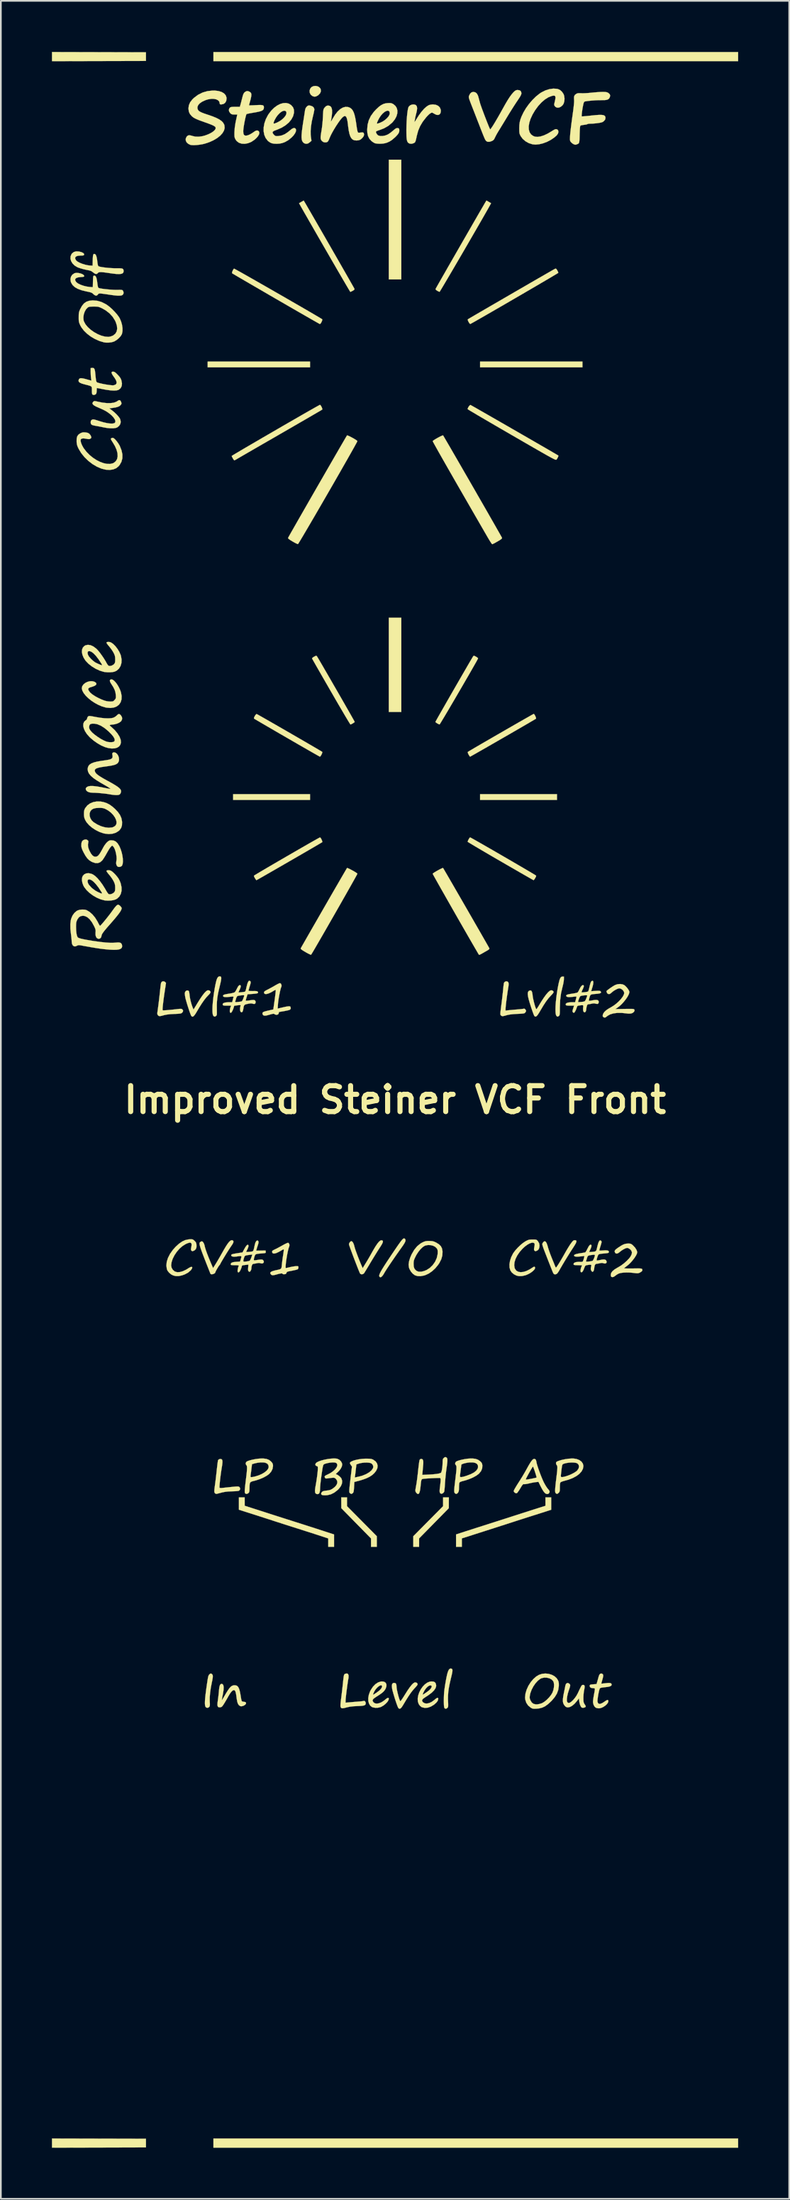
<source format=kicad_pcb>
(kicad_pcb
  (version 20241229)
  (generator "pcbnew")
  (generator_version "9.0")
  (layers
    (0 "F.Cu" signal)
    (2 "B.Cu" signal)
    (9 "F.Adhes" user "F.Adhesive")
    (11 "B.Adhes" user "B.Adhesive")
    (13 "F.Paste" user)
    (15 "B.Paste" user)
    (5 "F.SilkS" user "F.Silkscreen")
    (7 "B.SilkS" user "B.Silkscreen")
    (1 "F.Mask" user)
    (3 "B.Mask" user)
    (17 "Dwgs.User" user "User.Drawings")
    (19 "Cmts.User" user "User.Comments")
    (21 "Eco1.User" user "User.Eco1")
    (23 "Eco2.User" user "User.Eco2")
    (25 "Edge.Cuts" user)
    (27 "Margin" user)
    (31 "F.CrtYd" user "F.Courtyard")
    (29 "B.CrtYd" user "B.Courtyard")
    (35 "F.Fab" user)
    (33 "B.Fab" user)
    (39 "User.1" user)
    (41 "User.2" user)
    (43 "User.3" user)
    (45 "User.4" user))
  (footprint "Improved Steiner VCF Front"
    (layer "F.Cu")
    (at 20.156 61.53)
    (property "Reference" "Improved Steiner VCF Front" (at 0 0 0) (layer "F.SilkS") (effects (font (size 1.524 1.524) (thickness 0.3))))
    (attr through_hole)
    (fp_poly (pts (xy -4.995 -43.011) (xy -11.007 -43.011) (xy -11.007 -43.349) (xy -4.995 -43.349) (xy -4.995 -43.011)) (stroke (width 0.01) (type solid)) (fill yes) (layer "F.SilkS"))
    (fp_poly (pts (xy -4.995 -17.611) (xy -9.511 -17.611) (xy -9.511 -17.949) (xy -4.995 -17.949) (xy -4.995 -17.611)) (stroke (width 0.01) (type solid)) (fill yes) (layer "F.SilkS"))
    (fp_poly (pts (xy 0.367 -48.175) (xy -0.367 -48.175) (xy -0.367 -55.203) (xy 0.367 -55.203) (xy 0.367 -48.175)) (stroke (width 0.01) (type solid)) (fill yes) (layer "F.SilkS"))
    (fp_poly (pts (xy 0.367 -22.775) (xy -0.367 -22.775) (xy -0.367 -28.307) (xy 0.367 -28.307) (xy 0.367 -22.775)) (stroke (width 0.01) (type solid)) (fill yes) (layer "F.SilkS"))
    (fp_poly (pts (xy 9.511 -17.611) (xy 4.995 -17.611) (xy 4.995 -17.949) (xy 9.511 -17.949) (xy 9.511 -17.611)) (stroke (width 0.01) (type solid)) (fill yes) (layer "F.SilkS"))
    (fp_poly (pts (xy 11.007 -43.011) (xy 4.995 -43.011) (xy 4.995 -43.349) (xy 11.007 -43.349) (xy 11.007 -43.011)) (stroke (width 0.01) (type solid)) (fill yes) (layer "F.SilkS"))
    (fp_poly (pts (xy 20.151 -60.988) (xy -10.668 -60.988) (xy -10.668 -61.524) (xy 20.151 -61.524) (xy 20.151 -60.988)) (stroke (width 0.01) (type solid)) (fill yes) (layer "F.SilkS"))
    (fp_poly (pts (xy 20.151 61.524) (xy -10.668 61.524) (xy -10.668 60.988) (xy 20.151 60.988) (xy 20.151 61.524)) (stroke (width 0.01) (type solid)) (fill yes) (layer "F.SilkS"))
    (fp_poly (pts (xy -17.392 -61.518) (xy -14.633 -61.51) (xy -14.633 -61.002) (xy -17.392 -60.995) (xy -20.151 -60.988) (xy -20.151 -61.525) (xy -17.392 -61.518)) (stroke (width 0.01) (type solid)) (fill yes) (layer "F.SilkS"))
    (fp_poly (pts (xy -17.392 60.995) (xy -14.633 61.002) (xy -14.633 61.51) (xy -17.392 61.518) (xy -20.151 61.525) (xy -20.151 60.988) (xy -17.392 60.995)) (stroke (width 0.01) (type solid)) (fill yes) (layer "F.SilkS"))
    (fp_poly (pts (xy -2.822 23.857) (xy -1.947 24.74) (xy -1.072 25.623) (xy -1.072 26.247) (xy -1.411 26.247) (xy -1.412 26) (xy -1.412 25.753) (xy -2.285 24.864) (xy -3.158 23.975) (xy -3.159 23.657) (xy -3.161 23.34) (xy -2.822 23.34) (xy -2.822 23.857)) (stroke (width 0.01) (type solid)) (fill yes) (layer "F.SilkS"))
    (fp_poly (pts (xy 3.159 23.657) (xy 3.158 23.975) (xy 2.285 24.864) (xy 1.412 25.753) (xy 1.412 26) (xy 1.411 26.247) (xy 1.072 26.247) (xy 1.072 25.623) (xy 1.947 24.74) (xy 2.822 23.857) (xy 2.822 23.34) (xy 3.161 23.34) (xy 3.159 23.657)) (stroke (width 0.01) (type solid)) (fill yes) (layer "F.SilkS"))
    (fp_poly (pts (xy -4.577 -59.521) (xy -4.473 -59.474) (xy -4.394 -59.395) (xy -4.364 -59.328) (xy -4.358 -59.212) (xy -4.406 -59.099) (xy -4.506 -58.995) (xy -4.525 -58.981) (xy -4.642 -58.917) (xy -4.751 -58.905) (xy -4.857 -58.942) (xy -4.956 -59.025) (xy -5.011 -59.135) (xy -5.02 -59.26) (xy -4.984 -59.375) (xy -4.91 -59.464) (xy -4.809 -59.517) (xy -4.693 -59.536) (xy -4.577 -59.521)) (stroke (width 0.01) (type solid)) (fill yes) (layer "F.SilkS"))
    (fp_poly (pts (xy 9.917 -7.07) (xy 9.907 -6.962) (xy 9.883 -6.826) (xy 9.851 -6.686) (xy 9.84 -6.646) (xy 9.751 -6.265) (xy 9.698 -5.855) (xy 9.68 -5.407) (xy 9.68 -5.395) (xy 9.68 -5.23) (xy 9.677 -5.112) (xy 9.671 -5.032) (xy 9.661 -4.98) (xy 9.645 -4.948) (xy 9.629 -4.929) (xy 9.565 -4.888) (xy 9.512 -4.898) (xy 9.47 -4.945) (xy 9.443 -5.018) (xy 9.428 -5.14) (xy 9.423 -5.303) (xy 9.428 -5.501) (xy 9.444 -5.727) (xy 9.469 -5.974) (xy 9.503 -6.236) (xy 9.546 -6.505) (xy 9.585 -6.717) (xy 9.626 -6.906) (xy 9.663 -7.046) (xy 9.702 -7.143) (xy 9.743 -7.203) (xy 9.792 -7.233) (xy 9.837 -7.239) (xy 9.92 -7.239) (xy 9.917 -7.07)) (stroke (width 0.01) (type solid)) (fill yes) (layer "F.SilkS"))
    (fp_poly (pts (xy -10.771 33.706) (xy -10.732 33.741) (xy -10.71 33.791) (xy -10.705 33.865) (xy -10.716 33.97) (xy -10.743 34.116) (xy -10.763 34.211) (xy -10.823 34.523) (xy -10.864 34.817) (xy -10.886 35.083) (xy -10.886 35.31) (xy -10.884 35.347) (xy -10.877 35.472) (xy -10.88 35.556) (xy -10.894 35.612) (xy -10.91 35.639) (xy -10.973 35.689) (xy -11.049 35.697) (xy -11.116 35.662) (xy -11.122 35.656) (xy -11.147 35.609) (xy -11.163 35.538) (xy -11.17 35.438) (xy -11.167 35.305) (xy -11.155 35.136) (xy -11.133 34.926) (xy -11.101 34.671) (xy -11.058 34.368) (xy -11.017 34.092) (xy -10.994 33.953) (xy -10.973 33.857) (xy -10.949 33.793) (xy -10.919 33.749) (xy -10.902 33.731) (xy -10.849 33.69) (xy -10.81 33.685) (xy -10.771 33.706)) (stroke (width 0.01) (type solid)) (fill yes) (layer "F.SilkS"))
    (fp_poly (pts (xy -10.231 -7.231) (xy -10.212 -7.189) (xy -10.209 -7.117) (xy -10.224 -7.008) (xy -10.256 -6.857) (xy -10.298 -6.68) (xy -10.362 -6.41) (xy -10.41 -6.179) (xy -10.442 -5.972) (xy -10.462 -5.775) (xy -10.47 -5.575) (xy -10.469 -5.39) (xy -10.467 -5.231) (xy -10.466 -5.118) (xy -10.467 -5.043) (xy -10.472 -4.995) (xy -10.482 -4.966) (xy -10.496 -4.945) (xy -10.515 -4.927) (xy -10.58 -4.886) (xy -10.64 -4.902) (xy -10.681 -4.945) (xy -10.708 -5.019) (xy -10.723 -5.141) (xy -10.727 -5.306) (xy -10.721 -5.507) (xy -10.703 -5.737) (xy -10.676 -5.99) (xy -10.64 -6.26) (xy -10.594 -6.541) (xy -10.568 -6.684) (xy -10.526 -6.884) (xy -10.487 -7.034) (xy -10.446 -7.139) (xy -10.403 -7.206) (xy -10.354 -7.24) (xy -10.324 -7.248) (xy -10.269 -7.248) (xy -10.231 -7.231)) (stroke (width 0.01) (type solid)) (fill yes) (layer "F.SilkS"))
    (fp_poly (pts (xy -4.994 -58.381) (xy -4.987 -58.38) (xy -4.865 -58.34) (xy -4.781 -58.272) (xy -4.743 -58.18) (xy -4.742 -58.154) (xy -4.749 -58.092) (xy -4.768 -57.991) (xy -4.796 -57.865) (xy -4.826 -57.743) (xy -4.892 -57.449) (xy -4.936 -57.163) (xy -4.958 -56.897) (xy -4.956 -56.662) (xy -4.943 -56.539) (xy -4.909 -56.317) (xy -5.008 -56.226) (xy -5.119 -56.153) (xy -5.23 -56.134) (xy -5.337 -56.169) (xy -5.376 -56.197) (xy -5.424 -56.25) (xy -5.46 -56.316) (xy -5.482 -56.403) (xy -5.493 -56.515) (xy -5.49 -56.658) (xy -5.475 -56.837) (xy -5.448 -57.058) (xy -5.409 -57.327) (xy -5.39 -57.446) (xy -5.362 -57.62) (xy -5.337 -57.785) (xy -5.315 -57.928) (xy -5.298 -58.037) (xy -5.291 -58.093) (xy -5.261 -58.212) (xy -5.202 -58.302) (xy -5.189 -58.315) (xy -5.128 -58.368) (xy -5.073 -58.387) (xy -4.994 -58.381)) (stroke (width 0.01) (type solid)) (fill yes) (layer "F.SilkS"))
    (fp_poly (pts (xy 3.281 33.392) (xy 3.326 33.404) (xy 3.356 33.428) (xy 3.371 33.471) (xy 3.371 33.541) (xy 3.355 33.644) (xy 3.324 33.787) (xy 3.28 33.97) (xy 3.211 34.267) (xy 3.161 34.524) (xy 3.128 34.755) (xy 3.112 34.973) (xy 3.109 35.191) (xy 3.114 35.314) (xy 3.12 35.458) (xy 3.121 35.556) (xy 3.117 35.621) (xy 3.105 35.662) (xy 3.085 35.692) (xy 3.075 35.702) (xy 3.004 35.751) (xy 2.942 35.745) (xy 2.903 35.711) (xy 2.887 35.675) (xy 2.876 35.608) (xy 2.869 35.504) (xy 2.866 35.355) (xy 2.866 35.252) (xy 2.868 35.078) (xy 2.874 34.92) (xy 2.885 34.766) (xy 2.904 34.604) (xy 2.93 34.422) (xy 2.966 34.209) (xy 3.01 33.965) (xy 3.055 33.752) (xy 3.1 33.592) (xy 3.148 33.481) (xy 3.2 33.415) (xy 3.258 33.391) (xy 3.281 33.392)) (stroke (width 0.01) (type solid)) (fill yes) (layer "F.SilkS"))
    (fp_poly (pts (xy 0.554 8.143) (xy 0.559 8.146) (xy 0.603 8.189) (xy 0.617 8.247) (xy 0.598 8.326) (xy 0.544 8.432) (xy 0.454 8.57) (xy 0.407 8.636) (xy 0.28 8.814) (xy 0.145 9.005) (xy 0.008 9.201) (xy -0.127 9.397) (xy -0.255 9.584) (xy -0.37 9.755) (xy -0.469 9.904) (xy -0.546 10.024) (xy -0.597 10.107) (xy -0.606 10.123) (xy -0.694 10.273) (xy -0.772 10.371) (xy -0.837 10.416) (xy -0.882 10.412) (xy -0.911 10.389) (xy -0.927 10.357) (xy -0.93 10.313) (xy -0.916 10.254) (xy -0.884 10.175) (xy -0.832 10.073) (xy -0.758 9.945) (xy -0.66 9.787) (xy -0.537 9.596) (xy -0.386 9.366) (xy -0.205 9.096) (xy -0.108 8.952) (xy 0.044 8.727) (xy 0.169 8.545) (xy 0.27 8.403) (xy 0.35 8.295) (xy 0.412 8.219) (xy 0.46 8.169) (xy 0.498 8.143) (xy 0.528 8.136) (xy 0.554 8.143)) (stroke (width 0.01) (type solid)) (fill yes) (layer "F.SilkS"))
    (fp_poly (pts (xy -10.894 -6.415) (xy -10.845 -6.36) (xy -10.837 -6.315) (xy -10.857 -6.27) (xy -10.909 -6.204) (xy -10.978 -6.133) (xy -11.09 -6.014) (xy -11.219 -5.85) (xy -11.361 -5.645) (xy -11.512 -5.406) (xy -11.611 -5.237) (xy -11.704 -5.081) (xy -11.779 -4.972) (xy -11.839 -4.907) (xy -11.89 -4.883) (xy -11.934 -4.895) (xy -11.967 -4.925) (xy -11.991 -4.971) (xy -12.026 -5.06) (xy -12.071 -5.183) (xy -12.12 -5.328) (xy -12.171 -5.485) (xy -12.22 -5.643) (xy -12.264 -5.792) (xy -12.3 -5.922) (xy -12.32 -6.009) (xy -12.339 -6.123) (xy -12.349 -6.225) (xy -12.347 -6.295) (xy -12.346 -6.298) (xy -12.306 -6.378) (xy -12.238 -6.422) (xy -12.163 -6.42) (xy -12.131 -6.404) (xy -12.108 -6.373) (xy -12.092 -6.316) (xy -12.078 -6.222) (xy -12.066 -6.11) (xy -12.042 -5.955) (xy -12.001 -5.775) (xy -11.95 -5.593) (xy -11.895 -5.436) (xy -11.886 -5.414) (xy -11.838 -5.301) (xy -11.585 -5.715) (xy -11.433 -5.955) (xy -11.301 -6.145) (xy -11.189 -6.286) (xy -11.096 -6.38) (xy -11.019 -6.427) (xy -10.982 -6.435) (xy -10.894 -6.415)) (stroke (width 0.01) (type solid)) (fill yes) (layer "F.SilkS"))
    (fp_poly (pts (xy 1.269 34.225) (xy 1.318 34.278) (xy 1.326 34.32) (xy 1.308 34.361) (xy 1.257 34.428) (xy 1.185 34.511) (xy 1.149 34.548) (xy 1.04 34.671) (xy 0.918 34.83) (xy 0.782 35.031) (xy 0.628 35.276) (xy 0.484 35.518) (xy 0.403 35.646) (xy 0.336 35.723) (xy 0.279 35.754) (xy 0.227 35.74) (xy 0.194 35.709) (xy 0.169 35.663) (xy 0.132 35.572) (xy 0.087 35.448) (xy 0.037 35.301) (xy -0.015 35.142) (xy -0.064 34.98) (xy -0.109 34.827) (xy -0.145 34.694) (xy -0.169 34.589) (xy -0.174 34.562) (xy -0.188 34.412) (xy -0.173 34.309) (xy -0.128 34.25) (xy -0.063 34.234) (xy 0.016 34.247) (xy 0.062 34.292) (xy 0.082 34.378) (xy 0.085 34.44) (xy 0.092 34.529) (xy 0.112 34.651) (xy 0.142 34.791) (xy 0.178 34.937) (xy 0.216 35.075) (xy 0.254 35.194) (xy 0.288 35.279) (xy 0.309 35.313) (xy 0.329 35.298) (xy 0.373 35.241) (xy 0.436 35.15) (xy 0.512 35.033) (xy 0.58 34.924) (xy 0.732 34.683) (xy 0.864 34.493) (xy 0.976 34.352) (xy 1.069 34.259) (xy 1.146 34.212) (xy 1.182 34.205) (xy 1.269 34.225)) (stroke (width 0.01) (type solid)) (fill yes) (layer "F.SilkS"))
    (fp_poly (pts (xy 9.256 -6.415) (xy 9.305 -6.362) (xy 9.313 -6.322) (xy 9.294 -6.282) (xy 9.244 -6.217) (xy 9.172 -6.139) (xy 9.157 -6.123) (xy 9.019 -5.973) (xy 8.877 -5.787) (xy 8.726 -5.559) (xy 8.566 -5.292) (xy 8.468 -5.125) (xy 8.39 -5.005) (xy 8.327 -4.929) (xy 8.277 -4.891) (xy 8.233 -4.888) (xy 8.193 -4.916) (xy 8.182 -4.928) (xy 8.161 -4.969) (xy 8.126 -5.054) (xy 8.082 -5.173) (xy 8.033 -5.316) (xy 7.995 -5.429) (xy 7.914 -5.683) (xy 7.854 -5.891) (xy 7.815 -6.056) (xy 7.797 -6.184) (xy 7.798 -6.28) (xy 7.818 -6.348) (xy 7.858 -6.394) (xy 7.889 -6.412) (xy 7.96 -6.428) (xy 8.013 -6.399) (xy 8.05 -6.323) (xy 8.074 -6.196) (xy 8.08 -6.131) (xy 8.093 -6.033) (xy 8.117 -5.909) (xy 8.149 -5.77) (xy 8.185 -5.631) (xy 8.223 -5.504) (xy 8.257 -5.402) (xy 8.286 -5.338) (xy 8.294 -5.327) (xy 8.316 -5.339) (xy 8.358 -5.391) (xy 8.411 -5.472) (xy 8.425 -5.496) (xy 8.594 -5.776) (xy 8.746 -6.007) (xy 8.88 -6.19) (xy 8.995 -6.322) (xy 9.091 -6.404) (xy 9.167 -6.434) (xy 9.172 -6.435) (xy 9.256 -6.415)) (stroke (width 0.01) (type solid)) (fill yes) (layer "F.SilkS"))
    (fp_poly (pts (xy -8.097 -22.638) (xy -8.022 -22.596) (xy -7.907 -22.532) (xy -7.758 -22.447) (xy -7.577 -22.344) (xy -7.371 -22.226) (xy -7.144 -22.096) (xy -6.899 -21.955) (xy -6.643 -21.808) (xy -6.379 -21.656) (xy -6.112 -21.502) (xy -5.846 -21.348) (xy -5.587 -21.198) (xy -5.338 -21.054) (xy -5.105 -20.918) (xy -4.891 -20.794) (xy -4.702 -20.684) (xy -4.542 -20.59) (xy -4.416 -20.515) (xy -4.327 -20.463) (xy -4.282 -20.434) (xy -4.277 -20.43) (xy -4.274 -20.393) (xy -4.295 -20.328) (xy -4.33 -20.255) (xy -4.37 -20.191) (xy -4.406 -20.155) (xy -4.416 -20.153) (xy -4.445 -20.167) (xy -4.518 -20.207) (xy -4.633 -20.272) (xy -4.785 -20.358) (xy -4.971 -20.464) (xy -5.187 -20.588) (xy -5.429 -20.727) (xy -5.694 -20.879) (xy -5.977 -21.043) (xy -6.275 -21.215) (xy -6.356 -21.262) (xy -6.657 -21.436) (xy -6.945 -21.603) (xy -7.214 -21.76) (xy -7.462 -21.904) (xy -7.684 -22.033) (xy -7.877 -22.146) (xy -8.038 -22.24) (xy -8.161 -22.313) (xy -8.245 -22.362) (xy -8.284 -22.386) (xy -8.286 -22.388) (xy -8.288 -22.425) (xy -8.264 -22.488) (xy -8.225 -22.558) (xy -8.18 -22.619) (xy -8.14 -22.652) (xy -8.128 -22.653) (xy -8.097 -22.638)) (stroke (width 0.01) (type solid)) (fill yes) (layer "F.SilkS"))
    (fp_poly (pts (xy -4.607 -26.065) (xy -4.585 -26.037) (xy -4.562 -26.001) (xy -4.514 -25.921) (xy -4.444 -25.803) (xy -4.355 -25.65) (xy -4.248 -25.467) (xy -4.128 -25.259) (xy -3.995 -25.031) (xy -3.854 -24.786) (xy -3.706 -24.53) (xy -3.554 -24.266) (xy -3.4 -24) (xy -3.248 -23.736) (xy -3.1 -23.478) (xy -2.959 -23.232) (xy -2.827 -23.001) (xy -2.706 -22.79) (xy -2.6 -22.604) (xy -2.511 -22.447) (xy -2.442 -22.324) (xy -2.395 -22.239) (xy -2.372 -22.196) (xy -2.371 -22.193) (xy -2.393 -22.166) (xy -2.448 -22.127) (xy -2.517 -22.085) (xy -2.581 -22.053) (xy -2.62 -22.042) (xy -2.638 -22.065) (xy -2.682 -22.135) (xy -2.75 -22.245) (xy -2.839 -22.394) (xy -2.948 -22.576) (xy -3.073 -22.79) (xy -3.214 -23.029) (xy -3.368 -23.292) (xy -3.532 -23.575) (xy -3.704 -23.873) (xy -3.758 -23.965) (xy -3.932 -24.268) (xy -4.099 -24.557) (xy -4.255 -24.828) (xy -4.398 -25.078) (xy -4.527 -25.302) (xy -4.639 -25.498) (xy -4.732 -25.661) (xy -4.803 -25.787) (xy -4.852 -25.874) (xy -4.875 -25.916) (xy -4.876 -25.92) (xy -4.858 -25.949) (xy -4.803 -25.992) (xy -4.754 -26.021) (xy -4.678 -26.061) (xy -4.634 -26.075) (xy -4.607 -26.065)) (stroke (width 0.01) (type solid)) (fill yes) (layer "F.SilkS"))
    (fp_poly (pts (xy -4.377 -15.386) (xy -4.339 -15.329) (xy -4.303 -15.256) (xy -4.278 -15.186) (xy -4.272 -15.139) (xy -4.276 -15.131) (xy -4.304 -15.114) (xy -4.376 -15.071) (xy -4.488 -15.005) (xy -4.635 -14.919) (xy -4.812 -14.815) (xy -5.016 -14.697) (xy -5.241 -14.566) (xy -5.483 -14.426) (xy -5.738 -14.278) (xy -6.001 -14.126) (xy -6.267 -13.972) (xy -6.533 -13.819) (xy -6.793 -13.669) (xy -7.043 -13.525) (xy -7.278 -13.39) (xy -7.494 -13.266) (xy -7.687 -13.155) (xy -7.852 -13.061) (xy -7.984 -12.986) (xy -8.079 -12.932) (xy -8.132 -12.903) (xy -8.143 -12.898) (xy -8.164 -12.919) (xy -8.203 -12.974) (xy -8.228 -13.013) (xy -8.269 -13.087) (xy -8.289 -13.145) (xy -8.288 -13.161) (xy -8.263 -13.18) (xy -8.192 -13.223) (xy -8.082 -13.29) (xy -7.937 -13.377) (xy -7.76 -13.481) (xy -7.558 -13.6) (xy -7.333 -13.732) (xy -7.091 -13.873) (xy -6.836 -14.022) (xy -6.573 -14.174) (xy -6.306 -14.329) (xy -6.039 -14.483) (xy -5.778 -14.634) (xy -5.527 -14.779) (xy -5.29 -14.915) (xy -5.072 -15.04) (xy -4.877 -15.151) (xy -4.71 -15.245) (xy -4.575 -15.321) (xy -4.477 -15.375) (xy -4.42 -15.404) (xy -4.408 -15.409) (xy -4.377 -15.386)) (stroke (width 0.01) (type solid)) (fill yes) (layer "F.SilkS"))
    (fp_poly (pts (xy 4.44 -15.396) (xy 4.514 -15.356) (xy 4.627 -15.293) (xy 4.775 -15.209) (xy 4.954 -15.108) (xy 5.159 -14.991) (xy 5.385 -14.861) (xy 5.629 -14.721) (xy 5.884 -14.574) (xy 6.148 -14.421) (xy 6.415 -14.266) (xy 6.681 -14.112) (xy 6.941 -13.961) (xy 7.191 -13.815) (xy 7.427 -13.677) (xy 7.643 -13.55) (xy 7.836 -13.437) (xy 8 -13.339) (xy 8.132 -13.26) (xy 8.226 -13.203) (xy 8.279 -13.169) (xy 8.288 -13.161) (xy 8.282 -13.122) (xy 8.253 -13.058) (xy 8.212 -12.988) (xy 8.171 -12.929) (xy 8.139 -12.9) (xy 8.135 -12.9) (xy 8.108 -12.914) (xy 8.035 -12.954) (xy 7.922 -13.019) (xy 7.771 -13.105) (xy 7.586 -13.211) (xy 7.371 -13.334) (xy 7.129 -13.474) (xy 6.865 -13.626) (xy 6.582 -13.789) (xy 6.284 -13.962) (xy 6.195 -14.013) (xy 5.893 -14.188) (xy 5.606 -14.355) (xy 5.337 -14.513) (xy 5.089 -14.658) (xy 4.867 -14.789) (xy 4.674 -14.903) (xy 4.514 -14.999) (xy 4.391 -15.073) (xy 4.308 -15.125) (xy 4.269 -15.151) (xy 4.267 -15.153) (xy 4.274 -15.194) (xy 4.302 -15.259) (xy 4.341 -15.33) (xy 4.381 -15.386) (xy 4.41 -15.409) (xy 4.41 -15.409) (xy 4.44 -15.396)) (stroke (width 0.01) (type solid)) (fill yes) (layer "F.SilkS"))
    (fp_poly (pts (xy 8.177 -22.639) (xy 8.214 -22.582) (xy 8.25 -22.509) (xy 8.276 -22.439) (xy 8.284 -22.391) (xy 8.281 -22.382) (xy 8.252 -22.364) (xy 8.179 -22.32) (xy 8.066 -22.254) (xy 7.918 -22.167) (xy 7.74 -22.063) (xy 7.535 -21.944) (xy 7.309 -21.813) (xy 7.067 -21.673) (xy 6.811 -21.525) (xy 6.548 -21.373) (xy 6.281 -21.22) (xy 6.015 -21.067) (xy 5.755 -20.917) (xy 5.505 -20.773) (xy 5.27 -20.638) (xy 5.054 -20.515) (xy 4.861 -20.405) (xy 4.697 -20.311) (xy 4.565 -20.237) (xy 4.471 -20.184) (xy 4.418 -20.155) (xy 4.408 -20.151) (xy 4.384 -20.173) (xy 4.345 -20.231) (xy 4.318 -20.277) (xy 4.277 -20.367) (xy 4.271 -20.422) (xy 4.277 -20.43) (xy 4.306 -20.449) (xy 4.379 -20.493) (xy 4.492 -20.56) (xy 4.639 -20.647) (xy 4.818 -20.751) (xy 5.022 -20.87) (xy 5.248 -21.001) (xy 5.491 -21.142) (xy 5.747 -21.289) (xy 6.01 -21.442) (xy 6.277 -21.595) (xy 6.543 -21.749) (xy 6.803 -21.898) (xy 7.053 -22.042) (xy 7.288 -22.177) (xy 7.504 -22.3) (xy 7.697 -22.41) (xy 7.861 -22.503) (xy 7.992 -22.578) (xy 8.086 -22.63) (xy 8.138 -22.658) (xy 8.148 -22.662) (xy 8.177 -22.639)) (stroke (width 0.01) (type solid)) (fill yes) (layer "F.SilkS"))
    (fp_poly (pts (xy -8.833 23.587) (xy -8.833 23.834) (xy -8.318 23.998) (xy -8.126 24.059) (xy -7.925 24.124) (xy -7.73 24.186) (xy -7.56 24.241) (xy -7.465 24.272) (xy -7.36 24.306) (xy -7.21 24.354) (xy -7.023 24.414) (xy -6.808 24.483) (xy -6.572 24.558) (xy -6.324 24.637) (xy -6.072 24.717) (xy -6.054 24.723) (xy -5.8 24.804) (xy -5.547 24.884) (xy -5.304 24.962) (xy -5.079 25.034) (xy -4.882 25.097) (xy -4.721 25.149) (xy -4.604 25.187) (xy -4.6 25.188) (xy -4.425 25.245) (xy -4.233 25.307) (xy -4.049 25.367) (xy -3.902 25.415) (xy -3.584 25.518) (xy -3.584 26.247) (xy -3.923 26.247) (xy -3.923 25.753) (xy -4.283 25.634) (xy -4.392 25.598) (xy -4.547 25.548) (xy -4.739 25.486) (xy -4.958 25.415) (xy -5.198 25.339) (xy -5.448 25.259) (xy -5.701 25.178) (xy -5.715 25.174) (xy -5.97 25.093) (xy -6.224 25.012) (xy -6.469 24.934) (xy -6.696 24.861) (xy -6.896 24.797) (xy -7.06 24.744) (xy -7.18 24.705) (xy -7.183 24.704) (xy -7.563 24.581) (xy -7.906 24.47) (xy -8.231 24.366) (xy -8.554 24.263) (xy -8.714 24.212) (xy -9.172 24.066) (xy -9.172 23.34) (xy -8.834 23.34) (xy -8.833 23.587)) (stroke (width 0.01) (type solid)) (fill yes) (layer "F.SilkS"))
    (fp_poly (pts (xy 4.684 -26.058) (xy 4.754 -26.021) (xy 4.826 -25.976) (xy 4.869 -25.937) (xy 4.876 -25.92) (xy 4.859 -25.885) (xy 4.817 -25.806) (xy 4.752 -25.689) (xy 4.666 -25.537) (xy 4.562 -25.356) (xy 4.444 -25.149) (xy 4.313 -24.921) (xy 4.171 -24.677) (xy 4.023 -24.421) (xy 3.87 -24.158) (xy 3.714 -23.891) (xy 3.56 -23.626) (xy 3.408 -23.367) (xy 3.262 -23.119) (xy 3.125 -22.885) (xy 2.998 -22.671) (xy 2.885 -22.481) (xy 2.788 -22.32) (xy 2.71 -22.191) (xy 2.654 -22.1) (xy 2.622 -22.051) (xy 2.615 -22.043) (xy 2.572 -22.057) (xy 2.503 -22.091) (xy 2.477 -22.106) (xy 2.412 -22.149) (xy 2.375 -22.183) (xy 2.371 -22.191) (xy 2.385 -22.218) (xy 2.424 -22.29) (xy 2.486 -22.401) (xy 2.569 -22.548) (xy 2.67 -22.725) (xy 2.786 -22.928) (xy 2.915 -23.153) (xy 3.053 -23.395) (xy 3.199 -23.649) (xy 3.35 -23.912) (xy 3.503 -24.178) (xy 3.656 -24.443) (xy 3.805 -24.702) (xy 3.949 -24.951) (xy 4.085 -25.185) (xy 4.21 -25.401) (xy 4.321 -25.592) (xy 4.416 -25.755) (xy 4.493 -25.885) (xy 4.548 -25.978) (xy 4.579 -26.029) (xy 4.584 -26.036) (xy 4.61 -26.067) (xy 4.638 -26.075) (xy 4.684 -26.058)) (stroke (width 0.01) (type solid)) (fill yes) (layer "F.SilkS"))
    (fp_poly (pts (xy 9.172 24.069) (xy 8.996 24.126) (xy 8.921 24.15) (xy 8.801 24.188) (xy 8.647 24.237) (xy 8.467 24.295) (xy 8.271 24.357) (xy 8.1 24.411) (xy 7.885 24.479) (xy 7.668 24.549) (xy 7.461 24.615) (xy 7.274 24.675) (xy 7.121 24.724) (xy 7.041 24.75) (xy 6.89 24.799) (xy 6.693 24.863) (xy 6.456 24.939) (xy 6.187 25.025) (xy 5.894 25.12) (xy 5.584 25.219) (xy 5.263 25.322) (xy 4.94 25.425) (xy 4.622 25.527) (xy 4.565 25.545) (xy 3.923 25.75) (xy 3.923 26.247) (xy 3.584 26.247) (xy 3.584 25.518) (xy 3.845 25.433) (xy 3.952 25.398) (xy 4.103 25.349) (xy 4.291 25.289) (xy 4.507 25.22) (xy 4.742 25.144) (xy 4.988 25.066) (xy 5.236 24.987) (xy 5.477 24.91) (xy 5.703 24.838) (xy 5.898 24.775) (xy 6.075 24.719) (xy 6.274 24.655) (xy 6.468 24.593) (xy 6.59 24.554) (xy 6.738 24.506) (xy 6.92 24.447) (xy 7.127 24.381) (xy 7.35 24.309) (xy 7.581 24.235) (xy 7.811 24.162) (xy 8.03 24.091) (xy 8.231 24.027) (xy 8.404 23.972) (xy 8.541 23.929) (xy 8.629 23.901) (xy 8.834 23.837) (xy 8.834 23.34) (xy 9.172 23.34) (xy 9.172 24.069)) (stroke (width 0.01) (type solid)) (fill yes) (layer "F.SilkS"))
    (fp_poly (pts (xy -13.543 -6.945) (xy -13.512 -6.921) (xy -13.455 -6.864) (xy -13.528 -6.388) (xy -13.566 -6.136) (xy -13.597 -5.905) (xy -13.623 -5.7) (xy -13.642 -5.528) (xy -13.654 -5.393) (xy -13.657 -5.302) (xy -13.652 -5.261) (xy -13.651 -5.26) (xy -13.615 -5.255) (xy -13.53 -5.257) (xy -13.401 -5.265) (xy -13.235 -5.28) (xy -13.037 -5.3) (xy -12.815 -5.325) (xy -12.756 -5.332) (xy -12.643 -5.344) (xy -12.57 -5.344) (xy -12.524 -5.333) (xy -12.495 -5.313) (xy -12.451 -5.246) (xy -12.463 -5.174) (xy -12.509 -5.116) (xy -12.541 -5.093) (xy -12.582 -5.075) (xy -12.644 -5.063) (xy -12.735 -5.055) (xy -12.867 -5.048) (xy -12.968 -5.044) (xy -13.202 -5.031) (xy -13.391 -5.009) (xy -13.547 -4.978) (xy -13.575 -4.971) (xy -13.704 -4.936) (xy -13.791 -4.918) (xy -13.848 -4.917) (xy -13.888 -4.931) (xy -13.922 -4.961) (xy -13.927 -4.966) (xy -13.96 -5.02) (xy -13.965 -5.092) (xy -13.96 -5.143) (xy -13.931 -5.343) (xy -13.9 -5.577) (xy -13.869 -5.827) (xy -13.84 -6.073) (xy -13.815 -6.297) (xy -13.799 -6.449) (xy -13.784 -6.592) (xy -13.769 -6.72) (xy -13.754 -6.818) (xy -13.742 -6.875) (xy -13.741 -6.878) (xy -13.693 -6.94) (xy -13.62 -6.963) (xy -13.543 -6.945)) (stroke (width 0.01) (type solid)) (fill yes) (layer "F.SilkS"))
    (fp_poly (pts (xy -9.433 -48.795) (xy -9.361 -48.757) (xy -9.249 -48.695) (xy -9.099 -48.612) (xy -8.916 -48.509) (xy -8.704 -48.389) (xy -8.467 -48.254) (xy -8.207 -48.106) (xy -7.93 -47.948) (xy -7.64 -47.782) (xy -7.339 -47.61) (xy -7.033 -47.434) (xy -6.724 -47.257) (xy -6.417 -47.081) (xy -6.116 -46.907) (xy -5.825 -46.739) (xy -5.547 -46.579) (xy -5.287 -46.428) (xy -5.047 -46.289) (xy -4.833 -46.164) (xy -4.649 -46.056) (xy -4.497 -45.967) (xy -4.382 -45.898) (xy -4.308 -45.853) (xy -4.278 -45.833) (xy -4.274 -45.794) (xy -4.295 -45.728) (xy -4.329 -45.654) (xy -4.37 -45.59) (xy -4.406 -45.556) (xy -4.416 -45.553) (xy -4.444 -45.568) (xy -4.518 -45.608) (xy -4.633 -45.674) (xy -4.788 -45.762) (xy -4.979 -45.871) (xy -5.202 -45.999) (xy -5.455 -46.144) (xy -5.734 -46.304) (xy -6.035 -46.478) (xy -6.356 -46.663) (xy -6.694 -46.859) (xy -6.996 -47.033) (xy -7.345 -47.235) (xy -7.68 -47.43) (xy -7.999 -47.615) (xy -8.298 -47.789) (xy -8.573 -47.949) (xy -8.822 -48.094) (xy -9.041 -48.222) (xy -9.226 -48.33) (xy -9.376 -48.418) (xy -9.485 -48.483) (xy -9.552 -48.523) (xy -9.573 -48.537) (xy -9.576 -48.574) (xy -9.558 -48.64) (xy -9.525 -48.714) (xy -9.488 -48.777) (xy -9.459 -48.807) (xy -9.433 -48.795)) (stroke (width 0.01) (type solid)) (fill yes) (layer "F.SilkS"))
    (fp_poly (pts (xy -5.311 -52.712) (xy -5.273 -52.648) (xy -5.211 -52.543) (xy -5.128 -52.399) (xy -5.025 -52.222) (xy -4.905 -52.014) (xy -4.77 -51.781) (xy -4.622 -51.525) (xy -4.464 -51.251) (xy -4.298 -50.963) (xy -4.126 -50.665) (xy -3.951 -50.36) (xy -3.774 -50.053) (xy -3.599 -49.747) (xy -3.426 -49.447) (xy -3.259 -49.156) (xy -3.1 -48.878) (xy -2.951 -48.618) (xy -2.814 -48.379) (xy -2.692 -48.165) (xy -2.587 -47.98) (xy -2.501 -47.829) (xy -2.436 -47.714) (xy -2.395 -47.64) (xy -2.379 -47.611) (xy -2.379 -47.611) (xy -2.397 -47.569) (xy -2.463 -47.52) (xy -2.489 -47.505) (xy -2.563 -47.468) (xy -2.615 -47.445) (xy -2.628 -47.441) (xy -2.644 -47.465) (xy -2.686 -47.535) (xy -2.753 -47.647) (xy -2.843 -47.799) (xy -2.953 -47.987) (xy -3.082 -48.208) (xy -3.228 -48.458) (xy -3.39 -48.736) (xy -3.564 -49.037) (xy -3.751 -49.358) (xy -3.946 -49.697) (xy -4.146 -50.042) (xy -4.349 -50.394) (xy -4.544 -50.732) (xy -4.729 -51.053) (xy -4.901 -51.354) (xy -5.061 -51.631) (xy -5.204 -51.882) (xy -5.331 -52.102) (xy -5.438 -52.29) (xy -5.524 -52.442) (xy -5.587 -52.554) (xy -5.626 -52.623) (xy -5.638 -52.647) (xy -5.611 -52.663) (xy -5.551 -52.698) (xy -5.499 -52.728) (xy -5.367 -52.804) (xy -5.311 -52.712)) (stroke (width 0.01) (type solid)) (fill yes) (layer "F.SilkS"))
    (fp_poly (pts (xy 5.499 -52.73) (xy 5.574 -52.687) (xy 5.625 -52.657) (xy 5.638 -52.648) (xy 5.627 -52.622) (xy 5.589 -52.552) (xy 5.527 -52.441) (xy 5.444 -52.292) (xy 5.34 -52.111) (xy 5.22 -51.9) (xy 5.084 -51.663) (xy 4.935 -51.405) (xy 4.776 -51.129) (xy 4.608 -50.839) (xy 4.434 -50.539) (xy 4.257 -50.233) (xy 4.078 -49.924) (xy 3.899 -49.617) (xy 3.723 -49.316) (xy 3.552 -49.023) (xy 3.389 -48.744) (xy 3.235 -48.482) (xy 3.093 -48.241) (xy 2.965 -48.024) (xy 2.854 -47.836) (xy 2.761 -47.68) (xy 2.689 -47.561) (xy 2.64 -47.481) (xy 2.616 -47.446) (xy 2.614 -47.445) (xy 2.571 -47.46) (xy 2.502 -47.493) (xy 2.475 -47.508) (xy 2.406 -47.558) (xy 2.379 -47.603) (xy 2.379 -47.611) (xy 2.394 -47.639) (xy 2.435 -47.712) (xy 2.499 -47.826) (xy 2.585 -47.977) (xy 2.69 -48.161) (xy 2.812 -48.374) (xy 2.949 -48.613) (xy 3.097 -48.873) (xy 3.256 -49.15) (xy 3.423 -49.441) (xy 3.596 -49.741) (xy 3.771 -50.047) (xy 3.948 -50.354) (xy 4.124 -50.659) (xy 4.296 -50.958) (xy 4.462 -51.246) (xy 4.62 -51.521) (xy 4.768 -51.777) (xy 4.903 -52.011) (xy 5.024 -52.22) (xy 5.128 -52.398) (xy 5.212 -52.543) (xy 5.274 -52.65) (xy 5.312 -52.713) (xy 5.368 -52.806) (xy 5.499 -52.73)) (stroke (width 0.01) (type solid)) (fill yes) (layer "F.SilkS"))
    (fp_poly (pts (xy -4.378 -40.786) (xy -4.339 -40.729) (xy -4.303 -40.657) (xy -4.277 -40.587) (xy -4.272 -40.54) (xy -4.276 -40.532) (xy -4.304 -40.515) (xy -4.377 -40.471) (xy -4.493 -40.403) (xy -4.648 -40.313) (xy -4.839 -40.202) (xy -5.062 -40.072) (xy -5.314 -39.926) (xy -5.593 -39.765) (xy -5.894 -39.591) (xy -6.214 -39.406) (xy -6.551 -39.211) (xy -6.816 -39.059) (xy -7.163 -38.858) (xy -7.498 -38.665) (xy -7.816 -38.482) (xy -8.114 -38.31) (xy -8.389 -38.151) (xy -8.638 -38.007) (xy -8.857 -37.88) (xy -9.043 -37.773) (xy -9.192 -37.686) (xy -9.302 -37.622) (xy -9.369 -37.583) (xy -9.389 -37.571) (xy -9.427 -37.552) (xy -9.456 -37.56) (xy -9.491 -37.603) (xy -9.523 -37.656) (xy -9.565 -37.732) (xy -9.591 -37.789) (xy -9.595 -37.806) (xy -9.572 -37.823) (xy -9.503 -37.866) (xy -9.393 -37.932) (xy -9.245 -38.02) (xy -9.064 -38.127) (xy -8.854 -38.251) (xy -8.618 -38.389) (xy -8.36 -38.539) (xy -8.084 -38.7) (xy -7.795 -38.869) (xy -7.495 -39.043) (xy -7.189 -39.22) (xy -6.881 -39.399) (xy -6.574 -39.577) (xy -6.272 -39.751) (xy -5.98 -39.919) (xy -5.701 -40.08) (xy -5.44 -40.23) (xy -5.199 -40.368) (xy -4.983 -40.491) (xy -4.795 -40.598) (xy -4.641 -40.685) (xy -4.522 -40.751) (xy -4.445 -40.793) (xy -4.411 -40.809) (xy -4.41 -40.809) (xy -4.378 -40.786)) (stroke (width 0.01) (type solid)) (fill yes) (layer "F.SilkS"))
    (fp_poly (pts (xy -0.732 8.266) (xy -0.711 8.309) (xy -0.725 8.379) (xy -0.774 8.481) (xy -0.859 8.62) (xy -0.885 8.659) (xy -0.954 8.764) (xy -1.044 8.907) (xy -1.149 9.076) (xy -1.262 9.259) (xy -1.375 9.446) (xy -1.422 9.525) (xy -1.523 9.693) (xy -1.616 9.848) (xy -1.697 9.982) (xy -1.762 10.088) (xy -1.805 10.158) (xy -1.82 10.181) (xy -1.88 10.229) (xy -1.955 10.245) (xy -2.023 10.229) (xy -2.056 10.195) (xy -2.083 10.139) (xy -2.124 10.04) (xy -2.177 9.909) (xy -2.239 9.751) (xy -2.307 9.576) (xy -2.379 9.39) (xy -2.45 9.203) (xy -2.518 9.021) (xy -2.58 8.853) (xy -2.634 8.707) (xy -2.675 8.59) (xy -2.701 8.511) (xy -2.709 8.478) (xy -2.691 8.413) (xy -2.647 8.348) (xy -2.595 8.305) (xy -2.568 8.297) (xy -2.512 8.324) (xy -2.458 8.401) (xy -2.411 8.521) (xy -2.389 8.605) (xy -2.361 8.708) (xy -2.313 8.853) (xy -2.249 9.029) (xy -2.174 9.227) (xy -2.091 9.437) (xy -2.004 9.649) (xy -1.956 9.761) (xy -1.903 9.883) (xy -1.731 9.605) (xy -1.641 9.456) (xy -1.539 9.284) (xy -1.442 9.115) (xy -1.396 9.031) (xy -1.258 8.788) (xy -1.14 8.593) (xy -1.039 8.445) (xy -0.953 8.339) (xy -0.88 8.274) (xy -0.817 8.246) (xy -0.786 8.246) (xy -0.732 8.266)) (stroke (width 0.01) (type solid)) (fill yes) (layer "F.SilkS"))
    (fp_poly (pts (xy 9.457 -48.802) (xy 9.492 -48.763) (xy 9.526 -48.709) (xy 9.567 -48.635) (xy 9.587 -48.576) (xy 9.586 -48.559) (xy 9.561 -48.541) (xy 9.491 -48.498) (xy 9.379 -48.431) (xy 9.231 -48.343) (xy 9.049 -48.235) (xy 8.838 -48.111) (xy 8.601 -47.972) (xy 8.342 -47.82) (xy 8.066 -47.659) (xy 7.776 -47.49) (xy 7.476 -47.315) (xy 7.17 -47.137) (xy 6.862 -46.958) (xy 6.556 -46.78) (xy 6.256 -46.606) (xy 5.965 -46.438) (xy 5.687 -46.278) (xy 5.427 -46.128) (xy 5.188 -45.99) (xy 4.974 -45.868) (xy 4.789 -45.762) (xy 4.638 -45.676) (xy 4.523 -45.612) (xy 4.448 -45.571) (xy 4.419 -45.557) (xy 4.389 -45.575) (xy 4.347 -45.63) (xy 4.319 -45.676) (xy 4.277 -45.768) (xy 4.272 -45.823) (xy 4.277 -45.831) (xy 4.304 -45.848) (xy 4.375 -45.891) (xy 4.488 -45.957) (xy 4.638 -46.045) (xy 4.821 -46.152) (xy 5.033 -46.275) (xy 5.271 -46.413) (xy 5.53 -46.564) (xy 5.806 -46.724) (xy 6.096 -46.892) (xy 6.395 -47.066) (xy 6.7 -47.242) (xy 7.006 -47.42) (xy 7.311 -47.596) (xy 7.609 -47.768) (xy 7.896 -47.935) (xy 8.17 -48.093) (xy 8.426 -48.241) (xy 8.66 -48.375) (xy 8.868 -48.495) (xy 9.046 -48.597) (xy 9.19 -48.68) (xy 9.297 -48.741) (xy 9.362 -48.777) (xy 9.376 -48.785) (xy 9.424 -48.806) (xy 9.457 -48.802)) (stroke (width 0.01) (type solid)) (fill yes) (layer "F.SilkS"))
    (fp_poly (pts (xy -2.764 33.713) (xy -2.731 33.789) (xy -2.731 33.906) (xy -2.738 33.956) (xy -2.758 34.068) (xy -2.78 34.214) (xy -2.805 34.383) (xy -2.829 34.565) (xy -2.853 34.747) (xy -2.874 34.919) (xy -2.89 35.07) (xy -2.902 35.188) (xy -2.907 35.263) (xy -2.907 35.268) (xy -2.907 35.399) (xy -2.702 35.379) (xy -2.585 35.368) (xy -2.435 35.355) (xy -2.274 35.342) (xy -2.177 35.334) (xy -2.048 35.323) (xy -1.942 35.312) (xy -1.869 35.302) (xy -1.842 35.295) (xy -1.804 35.289) (xy -1.762 35.32) (xy -1.73 35.373) (xy -1.722 35.416) (xy -1.727 35.475) (xy -1.75 35.519) (xy -1.796 35.55) (xy -1.874 35.571) (xy -1.991 35.585) (xy -2.155 35.594) (xy -2.215 35.596) (xy -2.45 35.609) (xy -2.64 35.631) (xy -2.796 35.662) (xy -2.822 35.669) (xy -2.963 35.706) (xy -3.061 35.724) (xy -3.125 35.723) (xy -3.166 35.702) (xy -3.193 35.662) (xy -3.194 35.66) (xy -3.205 35.619) (xy -3.208 35.555) (xy -3.203 35.459) (xy -3.189 35.324) (xy -3.166 35.143) (xy -3.164 35.131) (xy -3.139 34.93) (xy -3.112 34.705) (xy -3.086 34.481) (xy -3.064 34.282) (xy -3.061 34.248) (xy -3.042 34.065) (xy -3.026 33.931) (xy -3.012 33.837) (xy -2.997 33.775) (xy -2.979 33.737) (xy -2.957 33.714) (xy -2.927 33.7) (xy -2.919 33.697) (xy -2.827 33.681) (xy -2.764 33.713)) (stroke (width 0.01) (type solid)) (fill yes) (layer "F.SilkS"))
    (fp_poly (pts (xy 2.82 -13.614) (xy 2.838 -13.586) (xy 2.881 -13.513) (xy 2.947 -13.4) (xy 3.035 -13.25) (xy 3.141 -13.067) (xy 3.263 -12.856) (xy 3.4 -12.621) (xy 3.547 -12.365) (xy 3.704 -12.094) (xy 3.868 -11.81) (xy 4.036 -11.519) (xy 4.206 -11.224) (xy 4.376 -10.929) (xy 4.543 -10.639) (xy 4.705 -10.357) (xy 4.86 -10.088) (xy 5.005 -9.836) (xy 5.137 -9.605) (xy 5.255 -9.399) (xy 5.356 -9.222) (xy 5.438 -9.079) (xy 5.498 -8.972) (xy 5.534 -8.907) (xy 5.544 -8.888) (xy 5.531 -8.851) (xy 5.467 -8.799) (xy 5.397 -8.757) (xy 5.281 -8.692) (xy 5.158 -8.621) (xy 5.089 -8.581) (xy 5.009 -8.539) (xy 4.951 -8.516) (xy 4.929 -8.516) (xy 4.872 -8.611) (xy 4.794 -8.745) (xy 4.696 -8.913) (xy 4.581 -9.111) (xy 4.451 -9.336) (xy 4.308 -9.583) (xy 4.156 -9.848) (xy 3.995 -10.128) (xy 3.829 -10.417) (xy 3.659 -10.713) (xy 3.489 -11.011) (xy 3.32 -11.307) (xy 3.155 -11.597) (xy 2.996 -11.877) (xy 2.845 -12.143) (xy 2.704 -12.39) (xy 2.577 -12.615) (xy 2.465 -12.814) (xy 2.37 -12.983) (xy 2.295 -13.117) (xy 2.243 -13.213) (xy 2.215 -13.266) (xy 2.211 -13.276) (xy 2.24 -13.305) (xy 2.306 -13.351) (xy 2.397 -13.407) (xy 2.501 -13.467) (xy 2.607 -13.524) (xy 2.702 -13.572) (xy 2.776 -13.605) (xy 2.817 -13.615) (xy 2.82 -13.614)) (stroke (width 0.01) (type solid)) (fill yes) (layer "F.SilkS"))
    (fp_poly (pts (xy -2.79 -13.609) (xy -2.723 -13.582) (xy -2.631 -13.537) (xy -2.527 -13.482) (xy -2.421 -13.423) (xy -2.326 -13.366) (xy -2.253 -13.317) (xy -2.215 -13.284) (xy -2.212 -13.279) (xy -2.224 -13.252) (xy -2.262 -13.18) (xy -2.324 -13.067) (xy -2.407 -12.918) (xy -2.509 -12.736) (xy -2.628 -12.525) (xy -2.761 -12.29) (xy -2.905 -12.035) (xy -3.06 -11.764) (xy -3.221 -11.48) (xy -3.387 -11.189) (xy -3.556 -10.893) (xy -3.726 -10.597) (xy -3.893 -10.306) (xy -4.055 -10.023) (xy -4.211 -9.752) (xy -4.358 -9.498) (xy -4.493 -9.264) (xy -4.615 -9.054) (xy -4.72 -8.873) (xy -4.807 -8.725) (xy -4.874 -8.614) (xy -4.917 -8.544) (xy -4.934 -8.519) (xy -4.964 -8.525) (xy -5.033 -8.555) (xy -5.13 -8.604) (xy -5.246 -8.668) (xy -5.256 -8.674) (xy -5.398 -8.759) (xy -5.491 -8.822) (xy -5.538 -8.867) (xy -5.544 -8.888) (xy -5.528 -8.918) (xy -5.486 -8.993) (xy -5.421 -9.108) (xy -5.334 -9.259) (xy -5.229 -9.443) (xy -5.108 -9.655) (xy -4.972 -9.892) (xy -4.825 -10.148) (xy -4.668 -10.42) (xy -4.505 -10.704) (xy -4.337 -10.996) (xy -4.167 -11.291) (xy -3.997 -11.586) (xy -3.83 -11.876) (xy -3.668 -12.157) (xy -3.513 -12.425) (xy -3.367 -12.676) (xy -3.234 -12.906) (xy -3.115 -13.111) (xy -3.013 -13.287) (xy -2.93 -13.429) (xy -2.869 -13.533) (xy -2.832 -13.596) (xy -2.821 -13.613) (xy -2.79 -13.609)) (stroke (width 0.01) (type solid)) (fill yes) (layer "F.SilkS"))
    (fp_poly (pts (xy 4.431 -40.801) (xy 4.459 -40.786) (xy 4.532 -40.745) (xy 4.646 -40.681) (xy 4.798 -40.595) (xy 4.982 -40.489) (xy 5.196 -40.367) (xy 5.435 -40.23) (xy 5.695 -40.081) (xy 5.973 -39.921) (xy 6.265 -39.754) (xy 6.566 -39.581) (xy 6.873 -39.404) (xy 7.181 -39.227) (xy 7.488 -39.05) (xy 7.788 -38.877) (xy 8.078 -38.71) (xy 8.354 -38.55) (xy 8.613 -38.401) (xy 8.85 -38.264) (xy 9.061 -38.142) (xy 9.242 -38.036) (xy 9.39 -37.95) (xy 9.5 -37.886) (xy 9.569 -37.845) (xy 9.592 -37.83) (xy 9.591 -37.798) (xy 9.568 -37.736) (xy 9.531 -37.665) (xy 9.49 -37.603) (xy 9.489 -37.602) (xy 9.481 -37.593) (xy 9.47 -37.586) (xy 9.455 -37.584) (xy 9.433 -37.587) (xy 9.4 -37.598) (xy 9.354 -37.617) (xy 9.292 -37.647) (xy 9.212 -37.689) (xy 9.11 -37.744) (xy 8.983 -37.813) (xy 8.83 -37.9) (xy 8.646 -38.004) (xy 8.43 -38.128) (xy 8.178 -38.272) (xy 7.888 -38.439) (xy 7.557 -38.63) (xy 7.182 -38.847) (xy 6.858 -39.034) (xy 6.507 -39.238) (xy 6.17 -39.433) (xy 5.85 -39.619) (xy 5.55 -39.794) (xy 5.273 -39.955) (xy 5.024 -40.101) (xy 4.804 -40.23) (xy 4.618 -40.341) (xy 4.467 -40.43) (xy 4.357 -40.497) (xy 4.289 -40.539) (xy 4.266 -40.555) (xy 4.272 -40.602) (xy 4.303 -40.668) (xy 4.348 -40.735) (xy 4.394 -40.785) (xy 4.431 -40.801) (xy 4.431 -40.801)) (stroke (width 0.01) (type solid)) (fill yes) (layer "F.SilkS"))
    (fp_poly (pts (xy -10.21 21.093) (xy -10.191 21.102) (xy -10.157 21.138) (xy -10.14 21.2) (xy -10.14 21.295) (xy -10.154 21.432) (xy -10.171 21.541) (xy -10.202 21.734) (xy -10.231 21.933) (xy -10.257 22.128) (xy -10.279 22.312) (xy -10.296 22.477) (xy -10.308 22.614) (xy -10.313 22.715) (xy -10.311 22.771) (xy -10.308 22.78) (xy -10.264 22.791) (xy -10.172 22.79) (xy -10.044 22.777) (xy -9.909 22.762) (xy -9.744 22.744) (xy -9.576 22.727) (xy -9.498 22.719) (xy -9.361 22.707) (xy -9.268 22.702) (xy -9.209 22.705) (xy -9.171 22.716) (xy -9.143 22.736) (xy -9.136 22.742) (xy -9.099 22.813) (xy -9.108 22.886) (xy -9.158 22.944) (xy -9.196 22.961) (xy -9.253 22.969) (xy -9.353 22.978) (xy -9.48 22.984) (xy -9.61 22.988) (xy -9.809 22.997) (xy -9.979 23.016) (xy -10.143 23.048) (xy -10.224 23.069) (xy -10.352 23.103) (xy -10.436 23.125) (xy -10.487 23.136) (xy -10.518 23.136) (xy -10.538 23.128) (xy -10.559 23.111) (xy -10.569 23.104) (xy -10.594 23.079) (xy -10.61 23.045) (xy -10.617 22.991) (xy -10.614 22.91) (xy -10.602 22.793) (xy -10.58 22.631) (xy -10.573 22.576) (xy -10.554 22.435) (xy -10.531 22.255) (xy -10.508 22.055) (xy -10.485 21.852) (xy -10.472 21.728) (xy -10.453 21.56) (xy -10.435 21.409) (xy -10.419 21.285) (xy -10.406 21.198) (xy -10.398 21.158) (xy -10.354 21.112) (xy -10.283 21.088) (xy -10.21 21.093)) (stroke (width 0.01) (type solid)) (fill yes) (layer "F.SilkS"))
    (fp_poly (pts (xy 2.82 -39.014) (xy 2.839 -38.985) (xy 2.883 -38.911) (xy 2.951 -38.795) (xy 3.041 -38.641) (xy 3.151 -38.453) (xy 3.278 -38.234) (xy 3.42 -37.988) (xy 3.576 -37.719) (xy 3.743 -37.43) (xy 3.919 -37.125) (xy 4.102 -36.807) (xy 4.291 -36.481) (xy 4.482 -36.149) (xy 4.674 -35.816) (xy 4.864 -35.484) (xy 5.051 -35.159) (xy 5.233 -34.843) (xy 5.407 -34.54) (xy 5.571 -34.253) (xy 5.723 -33.987) (xy 5.862 -33.745) (xy 5.984 -33.53) (xy 6.089 -33.346) (xy 6.173 -33.198) (xy 6.235 -33.087) (xy 6.273 -33.019) (xy 6.284 -32.997) (xy 6.278 -32.968) (xy 6.242 -32.93) (xy 6.17 -32.878) (xy 6.055 -32.808) (xy 6.017 -32.786) (xy 5.904 -32.722) (xy 5.807 -32.67) (xy 5.737 -32.636) (xy 5.708 -32.625) (xy 5.684 -32.648) (xy 5.638 -32.712) (xy 5.575 -32.809) (xy 5.501 -32.93) (xy 5.452 -33.013) (xy 5.097 -33.627) (xy 4.758 -34.213) (xy 4.438 -34.768) (xy 4.135 -35.293) (xy 3.852 -35.784) (xy 3.588 -36.242) (xy 3.346 -36.665) (xy 3.124 -37.052) (xy 2.925 -37.401) (xy 2.749 -37.71) (xy 2.596 -37.979) (xy 2.468 -38.207) (xy 2.365 -38.392) (xy 2.287 -38.532) (xy 2.237 -38.626) (xy 2.213 -38.674) (xy 2.212 -38.68) (xy 2.242 -38.709) (xy 2.308 -38.755) (xy 2.399 -38.811) (xy 2.503 -38.871) (xy 2.609 -38.927) (xy 2.704 -38.975) (xy 2.778 -39.006) (xy 2.817 -39.016) (xy 2.82 -39.014)) (stroke (width 0.01) (type solid)) (fill yes) (layer "F.SilkS"))
    (fp_poly (pts (xy 6.577 -6.956) (xy 6.631 -6.928) (xy 6.663 -6.878) (xy 6.673 -6.798) (xy 6.663 -6.678) (xy 6.648 -6.583) (xy 6.623 -6.428) (xy 6.597 -6.251) (xy 6.57 -6.064) (xy 6.546 -5.877) (xy 6.524 -5.702) (xy 6.507 -5.549) (xy 6.495 -5.43) (xy 6.491 -5.355) (xy 6.491 -5.355) (xy 6.491 -5.241) (xy 6.668 -5.261) (xy 6.773 -5.271) (xy 6.912 -5.284) (xy 7.065 -5.298) (xy 7.154 -5.305) (xy 7.289 -5.317) (xy 7.409 -5.329) (xy 7.5 -5.341) (xy 7.54 -5.348) (xy 7.601 -5.352) (xy 7.646 -5.318) (xy 7.664 -5.293) (xy 7.695 -5.238) (xy 7.693 -5.198) (xy 7.658 -5.143) (xy 7.657 -5.142) (xy 7.633 -5.113) (xy 7.607 -5.091) (xy 7.568 -5.077) (xy 7.507 -5.067) (xy 7.414 -5.059) (xy 7.281 -5.052) (xy 7.18 -5.048) (xy 6.952 -5.034) (xy 6.77 -5.014) (xy 6.622 -4.987) (xy 6.555 -4.97) (xy 6.431 -4.935) (xy 6.348 -4.917) (xy 6.293 -4.916) (xy 6.255 -4.93) (xy 6.222 -4.958) (xy 6.206 -4.974) (xy 6.195 -4.991) (xy 6.188 -5.016) (xy 6.186 -5.056) (xy 6.189 -5.118) (xy 6.198 -5.209) (xy 6.214 -5.335) (xy 6.235 -5.505) (xy 6.261 -5.701) (xy 6.284 -5.888) (xy 6.308 -6.091) (xy 6.33 -6.286) (xy 6.347 -6.452) (xy 6.349 -6.477) (xy 6.363 -6.613) (xy 6.376 -6.732) (xy 6.388 -6.821) (xy 6.396 -6.865) (xy 6.439 -6.926) (xy 6.512 -6.959) (xy 6.577 -6.956)) (stroke (width 0.01) (type solid)) (fill yes) (layer "F.SilkS"))
    (fp_poly (pts (xy -11.907 8.191) (xy -11.856 8.213) (xy -11.801 8.257) (xy -11.782 8.275) (xy -11.713 8.348) (xy -11.679 8.419) (xy -11.664 8.511) (xy -11.665 8.655) (xy -11.701 8.76) (xy -11.775 8.834) (xy -11.811 8.853) (xy -11.878 8.882) (xy -11.918 8.884) (xy -11.952 8.86) (xy -11.957 8.855) (xy -11.981 8.823) (xy -11.989 8.781) (xy -11.982 8.713) (xy -11.967 8.638) (xy -11.949 8.512) (xy -11.962 8.429) (xy -12.008 8.387) (xy -12.089 8.387) (xy -12.208 8.426) (xy -12.306 8.472) (xy -12.491 8.588) (xy -12.666 8.743) (xy -12.825 8.927) (xy -12.96 9.129) (xy -13.064 9.337) (xy -13.13 9.543) (xy -13.152 9.724) (xy -13.125 9.861) (xy -13.051 9.984) (xy -12.939 10.077) (xy -12.925 10.084) (xy -12.798 10.12) (xy -12.643 10.112) (xy -12.467 10.063) (xy -12.276 9.974) (xy -12.121 9.877) (xy -12.018 9.82) (xy -11.947 9.806) (xy -11.913 9.83) (xy -11.92 9.887) (xy -11.972 9.973) (xy -11.998 10.005) (xy -12.147 10.136) (xy -12.343 10.244) (xy -12.506 10.304) (xy -12.706 10.348) (xy -12.886 10.346) (xy -13.035 10.309) (xy -13.159 10.245) (xy -13.273 10.149) (xy -13.361 10.037) (xy -13.404 9.943) (xy -13.433 9.733) (xy -13.411 9.511) (xy -13.338 9.279) (xy -13.218 9.044) (xy -13.051 8.809) (xy -12.881 8.62) (xy -12.687 8.444) (xy -12.503 8.317) (xy -12.322 8.235) (xy -12.134 8.194) (xy -12.077 8.189) (xy -11.974 8.185) (xy -11.907 8.191)) (stroke (width 0.01) (type solid)) (fill yes) (layer "F.SilkS"))
    (fp_poly (pts (xy 2.258 34.159) (xy 2.336 34.196) (xy 2.388 34.265) (xy 2.397 34.286) (xy 2.418 34.407) (xy 2.383 34.535) (xy 2.293 34.671) (xy 2.149 34.814) (xy 1.951 34.962) (xy 1.849 35.028) (xy 1.717 35.114) (xy 1.632 35.182) (xy 1.591 35.24) (xy 1.589 35.293) (xy 1.623 35.349) (xy 1.648 35.376) (xy 1.743 35.433) (xy 1.864 35.448) (xy 2.001 35.421) (xy 2.147 35.354) (xy 2.293 35.25) (xy 2.323 35.223) (xy 2.419 35.146) (xy 2.488 35.112) (xy 2.529 35.123) (xy 2.54 35.166) (xy 2.512 35.276) (xy 2.428 35.391) (xy 2.29 35.513) (xy 2.283 35.518) (xy 2.1 35.628) (xy 1.919 35.69) (xy 1.746 35.703) (xy 1.588 35.667) (xy 1.552 35.65) (xy 1.461 35.577) (xy 1.388 35.473) (xy 1.338 35.323) (xy 1.33 35.153) (xy 1.36 34.973) (xy 1.377 34.923) (xy 1.623 34.923) (xy 1.641 34.921) (xy 1.688 34.894) (xy 1.77 34.84) (xy 1.834 34.796) (xy 1.991 34.679) (xy 2.095 34.574) (xy 2.146 34.482) (xy 2.151 34.459) (xy 2.146 34.405) (xy 2.105 34.383) (xy 2.084 34.38) (xy 2.003 34.397) (xy 1.912 34.458) (xy 1.818 34.554) (xy 1.731 34.677) (xy 1.658 34.817) (xy 1.639 34.863) (xy 1.624 34.903) (xy 1.623 34.923) (xy 1.377 34.923) (xy 1.421 34.791) (xy 1.51 34.616) (xy 1.622 34.457) (xy 1.751 34.322) (xy 1.892 34.221) (xy 2.04 34.161) (xy 2.14 34.149) (xy 2.258 34.159)) (stroke (width 0.01) (type solid)) (fill yes) (layer "F.SilkS"))
    (fp_poly (pts (xy -17.285 -17.515) (xy -17.118 -17.483) (xy -16.936 -17.422) (xy -16.768 -17.335) (xy -16.6 -17.214) (xy -16.447 -17.078) (xy -16.276 -16.897) (xy -16.155 -16.723) (xy -16.077 -16.546) (xy -16.039 -16.356) (xy -16.035 -16.297) (xy -16.042 -16.117) (xy -16.087 -15.971) (xy -16.174 -15.847) (xy -16.247 -15.78) (xy -16.407 -15.683) (xy -16.6 -15.625) (xy -16.816 -15.607) (xy -17.046 -15.632) (xy -17.131 -15.651) (xy -17.361 -15.73) (xy -17.586 -15.842) (xy -17.794 -15.978) (xy -17.975 -16.131) (xy -18.118 -16.294) (xy -18.195 -16.421) (xy -18.24 -16.524) (xy -18.264 -16.619) (xy -18.273 -16.733) (xy -18.274 -16.792) (xy -18.273 -16.824) (xy -17.941 -16.824) (xy -17.941 -16.684) (xy -17.9 -16.542) (xy -17.82 -16.41) (xy -17.713 -16.307) (xy -17.493 -16.169) (xy -17.265 -16.066) (xy -17.037 -16.001) (xy -16.821 -15.976) (xy -16.625 -15.994) (xy -16.593 -16.002) (xy -16.503 -16.042) (xy -16.425 -16.101) (xy -16.423 -16.103) (xy -16.369 -16.199) (xy -16.36 -16.316) (xy -16.39 -16.448) (xy -16.457 -16.587) (xy -16.555 -16.727) (xy -16.681 -16.859) (xy -16.83 -16.976) (xy -16.982 -17.065) (xy -17.075 -17.106) (xy -17.16 -17.13) (xy -17.258 -17.142) (xy -17.384 -17.144) (xy -17.574 -17.133) (xy -17.719 -17.097) (xy -17.826 -17.034) (xy -17.896 -16.95) (xy -17.941 -16.824) (xy -18.273 -16.824) (xy -18.271 -16.913) (xy -18.257 -17.001) (xy -18.229 -17.077) (xy -18.196 -17.137) (xy -18.074 -17.29) (xy -17.915 -17.406) (xy -17.726 -17.484) (xy -17.513 -17.521) (xy -17.285 -17.515)) (stroke (width 0.01) (type solid)) (fill yes) (layer "F.SilkS"))
    (fp_poly (pts (xy -0.636 34.17) (xy -0.552 34.229) (xy -0.507 34.319) (xy -0.506 34.433) (xy -0.55 34.565) (xy -0.574 34.61) (xy -0.626 34.687) (xy -0.692 34.76) (xy -0.781 34.835) (xy -0.901 34.921) (xy -1.061 35.024) (xy -1.084 35.039) (xy -1.207 35.121) (xy -1.283 35.186) (xy -1.317 35.244) (xy -1.313 35.3) (xy -1.274 35.365) (xy -1.269 35.371) (xy -1.188 35.432) (xy -1.078 35.452) (xy -0.947 35.432) (xy -0.805 35.376) (xy -0.659 35.283) (xy -0.588 35.225) (xy -0.487 35.145) (xy -0.417 35.112) (xy -0.377 35.125) (xy -0.367 35.169) (xy -0.391 35.258) (xy -0.457 35.359) (xy -0.554 35.461) (xy -0.671 35.556) (xy -0.799 35.632) (xy -0.87 35.662) (xy -1.009 35.693) (xy -1.159 35.697) (xy -1.295 35.674) (xy -1.355 35.652) (xy -1.46 35.569) (xy -1.532 35.449) (xy -1.571 35.299) (xy -1.574 35.127) (xy -1.543 34.942) (xy -1.53 34.906) (xy -1.293 34.906) (xy -1.288 34.927) (xy -1.251 34.914) (xy -1.177 34.867) (xy -1.069 34.795) (xy -0.927 34.687) (xy -0.826 34.583) (xy -0.771 34.49) (xy -0.762 34.443) (xy -0.778 34.388) (xy -0.823 34.372) (xy -0.887 34.39) (xy -0.964 34.437) (xy -1.047 34.508) (xy -1.127 34.597) (xy -1.197 34.7) (xy -1.227 34.757) (xy -1.271 34.85) (xy -1.293 34.906) (xy -1.53 34.906) (xy -1.476 34.752) (xy -1.425 34.65) (xy -1.296 34.457) (xy -1.151 34.308) (xy -0.994 34.206) (xy -0.831 34.154) (xy -0.758 34.149) (xy -0.636 34.17)) (stroke (width 0.01) (type solid)) (fill yes) (layer "F.SilkS"))
    (fp_poly (pts (xy -16.593 -24.672) (xy -16.505 -24.61) (xy -16.41 -24.51) (xy -16.316 -24.383) (xy -16.229 -24.236) (xy -16.154 -24.076) (xy -16.103 -23.934) (xy -16.061 -23.713) (xy -16.067 -23.516) (xy -16.119 -23.346) (xy -16.213 -23.207) (xy -16.346 -23.103) (xy -16.514 -23.036) (xy -16.714 -23.01) (xy -16.942 -23.028) (xy -17.016 -23.043) (xy -17.228 -23.106) (xy -17.441 -23.198) (xy -17.648 -23.312) (xy -17.844 -23.442) (xy -18.02 -23.585) (xy -18.171 -23.733) (xy -18.289 -23.882) (xy -18.367 -24.025) (xy -18.4 -24.158) (xy -18.4 -24.172) (xy -18.375 -24.287) (xy -18.304 -24.391) (xy -18.199 -24.478) (xy -18.072 -24.542) (xy -17.932 -24.579) (xy -17.791 -24.583) (xy -17.659 -24.549) (xy -17.641 -24.54) (xy -17.564 -24.483) (xy -17.541 -24.423) (xy -17.57 -24.364) (xy -17.65 -24.309) (xy -17.779 -24.26) (xy -17.793 -24.256) (xy -17.918 -24.218) (xy -17.992 -24.18) (xy -18.023 -24.136) (xy -18.016 -24.078) (xy -17.99 -24.022) (xy -17.909 -23.916) (xy -17.777 -23.803) (xy -17.601 -23.689) (xy -17.427 -23.596) (xy -17.235 -23.507) (xy -17.076 -23.445) (xy -16.936 -23.408) (xy -16.803 -23.391) (xy -16.739 -23.388) (xy -16.638 -23.389) (xy -16.574 -23.399) (xy -16.528 -23.426) (xy -16.478 -23.476) (xy -16.474 -23.48) (xy -16.431 -23.533) (xy -16.407 -23.58) (xy -16.398 -23.64) (xy -16.401 -23.732) (xy -16.403 -23.774) (xy -16.425 -23.927) (xy -16.471 -24.075) (xy -16.549 -24.233) (xy -16.663 -24.413) (xy -16.67 -24.422) (xy -16.736 -24.536) (xy -16.756 -24.618) (xy -16.731 -24.669) (xy -16.669 -24.69) (xy -16.593 -24.672)) (stroke (width 0.01) (type solid)) (fill yes) (layer "F.SilkS"))
    (fp_poly (pts (xy -9.522 8.258) (xy -9.495 8.309) (xy -9.495 8.355) (xy -9.517 8.416) (xy -9.568 8.503) (xy -9.632 8.598) (xy -9.696 8.692) (xy -9.773 8.811) (xy -9.859 8.946) (xy -9.948 9.09) (xy -10.036 9.234) (xy -10.117 9.369) (xy -10.186 9.486) (xy -10.238 9.578) (xy -10.268 9.636) (xy -10.273 9.651) (xy -10.294 9.684) (xy -10.297 9.685) (xy -10.323 9.714) (xy -10.368 9.778) (xy -10.421 9.863) (xy -10.475 9.955) (xy -10.52 10.039) (xy -10.549 10.1) (xy -10.555 10.121) (xy -10.578 10.17) (xy -10.636 10.21) (xy -10.71 10.236) (xy -10.782 10.243) (xy -10.834 10.226) (xy -10.845 10.209) (xy -10.984 9.858) (xy -11.103 9.556) (xy -11.203 9.299) (xy -11.287 9.082) (xy -11.354 8.903) (xy -11.406 8.757) (xy -11.444 8.641) (xy -11.469 8.55) (xy -11.482 8.481) (xy -11.485 8.431) (xy -11.478 8.394) (xy -11.463 8.368) (xy -11.441 8.348) (xy -11.412 8.331) (xy -11.398 8.323) (xy -11.349 8.306) (xy -11.309 8.324) (xy -11.272 8.362) (xy -11.227 8.438) (xy -11.194 8.534) (xy -11.189 8.557) (xy -11.163 8.67) (xy -11.114 8.826) (xy -11.046 9.017) (xy -10.96 9.237) (xy -10.861 9.477) (xy -10.837 9.536) (xy -10.689 9.878) (xy -10.542 9.643) (xy -10.474 9.532) (xy -10.388 9.387) (xy -10.294 9.225) (xy -10.202 9.063) (xy -10.175 9.015) (xy -10.045 8.786) (xy -9.936 8.604) (xy -9.844 8.464) (xy -9.767 8.362) (xy -9.701 8.294) (xy -9.643 8.255) (xy -9.59 8.241) (xy -9.583 8.241) (xy -9.522 8.258)) (stroke (width 0.01) (type solid)) (fill yes) (layer "F.SilkS"))
    (fp_poly (pts (xy -2.789 -39.011) (xy -2.721 -38.983) (xy -2.63 -38.939) (xy -2.525 -38.884) (xy -2.419 -38.825) (xy -2.325 -38.768) (xy -2.253 -38.719) (xy -2.215 -38.685) (xy -2.213 -38.681) (xy -2.225 -38.652) (xy -2.263 -38.578) (xy -2.326 -38.463) (xy -2.41 -38.31) (xy -2.516 -38.122) (xy -2.639 -37.904) (xy -2.778 -37.658) (xy -2.931 -37.39) (xy -3.096 -37.101) (xy -3.27 -36.796) (xy -3.452 -36.479) (xy -3.64 -36.152) (xy -3.831 -35.821) (xy -4.024 -35.487) (xy -4.216 -35.155) (xy -4.405 -34.829) (xy -4.589 -34.512) (xy -4.766 -34.207) (xy -4.935 -33.919) (xy -5.092 -33.65) (xy -5.236 -33.406) (xy -5.364 -33.188) (xy -5.475 -33.001) (xy -5.567 -32.848) (xy -5.637 -32.733) (xy -5.684 -32.66) (xy -5.705 -32.632) (xy -5.705 -32.632) (xy -5.744 -32.643) (xy -5.819 -32.677) (xy -5.92 -32.73) (xy -6.02 -32.787) (xy -6.147 -32.864) (xy -6.23 -32.921) (xy -6.274 -32.962) (xy -6.285 -32.993) (xy -6.284 -32.997) (xy -6.269 -33.026) (xy -6.227 -33.101) (xy -6.162 -33.217) (xy -6.075 -33.371) (xy -5.967 -33.559) (xy -5.842 -33.778) (xy -5.702 -34.024) (xy -5.547 -34.294) (xy -5.381 -34.583) (xy -5.206 -34.888) (xy -5.024 -35.206) (xy -4.836 -35.533) (xy -4.645 -35.865) (xy -4.453 -36.198) (xy -4.262 -36.529) (xy -4.075 -36.854) (xy -3.892 -37.171) (xy -3.717 -37.474) (xy -3.552 -37.76) (xy -3.398 -38.026) (xy -3.258 -38.268) (xy -3.133 -38.483) (xy -3.026 -38.666) (xy -2.94 -38.815) (xy -2.875 -38.924) (xy -2.834 -38.992) (xy -2.82 -39.014) (xy -2.789 -39.011)) (stroke (width 0.01) (type solid)) (fill yes) (layer "F.SilkS"))
    (fp_poly (pts (xy 1.19 -58.427) (xy 1.242 -58.392) (xy 1.283 -58.322) (xy 1.296 -58.22) (xy 1.281 -58.08) (xy 1.245 -57.926) (xy 1.214 -57.805) (xy 1.187 -57.685) (xy 1.172 -57.602) (xy 1.157 -57.51) (xy 1.143 -57.435) (xy 1.139 -57.418) (xy 1.145 -57.416) (xy 1.175 -57.455) (xy 1.222 -57.528) (xy 1.258 -57.587) (xy 1.406 -57.82) (xy 1.557 -58.023) (xy 1.706 -58.192) (xy 1.847 -58.32) (xy 1.975 -58.401) (xy 1.99 -58.408) (xy 2.078 -58.432) (xy 2.187 -58.447) (xy 2.231 -58.448) (xy 2.397 -58.427) (xy 2.531 -58.367) (xy 2.628 -58.273) (xy 2.681 -58.15) (xy 2.691 -58.064) (xy 2.671 -57.944) (xy 2.615 -57.865) (xy 2.531 -57.829) (xy 2.426 -57.839) (xy 2.308 -57.898) (xy 2.236 -57.941) (xy 2.179 -57.966) (xy 2.166 -57.968) (xy 2.104 -57.946) (xy 2.017 -57.884) (xy 1.915 -57.787) (xy 1.823 -57.686) (xy 1.623 -57.428) (xy 1.471 -57.172) (xy 1.357 -56.901) (xy 1.276 -56.601) (xy 1.272 -56.581) (xy 1.241 -56.434) (xy 1.216 -56.333) (xy 1.193 -56.267) (xy 1.168 -56.224) (xy 1.136 -56.196) (xy 1.099 -56.175) (xy 0.981 -56.138) (xy 0.867 -56.145) (xy 0.799 -56.176) (xy 0.755 -56.215) (xy 0.722 -56.268) (xy 0.698 -56.343) (xy 0.681 -56.445) (xy 0.671 -56.583) (xy 0.667 -56.764) (xy 0.666 -56.981) (xy 0.671 -57.23) (xy 0.681 -57.472) (xy 0.697 -57.699) (xy 0.716 -57.902) (xy 0.739 -58.075) (xy 0.765 -58.209) (xy 0.793 -58.297) (xy 0.802 -58.314) (xy 0.879 -58.39) (xy 0.981 -58.436) (xy 1.091 -58.449) (xy 1.19 -58.427)) (stroke (width 0.01) (type solid)) (fill yes) (layer "F.SilkS"))
    (fp_poly (pts (xy 9.024 33.704) (xy 9.205 33.759) (xy 9.366 33.845) (xy 9.494 33.96) (xy 9.574 34.087) (xy 9.605 34.17) (xy 9.619 34.257) (xy 9.621 34.368) (xy 9.618 34.435) (xy 9.585 34.651) (xy 9.51 34.857) (xy 9.389 35.058) (xy 9.218 35.263) (xy 9.16 35.322) (xy 8.982 35.486) (xy 8.817 35.605) (xy 8.653 35.684) (xy 8.478 35.731) (xy 8.32 35.748) (xy 8.2 35.753) (xy 8.118 35.75) (xy 8.057 35.735) (xy 7.998 35.707) (xy 7.973 35.691) (xy 7.82 35.565) (xy 7.712 35.407) (xy 7.65 35.221) (xy 7.641 35.121) (xy 7.908 35.121) (xy 7.925 35.189) (xy 7.952 35.256) (xy 8.03 35.384) (xy 8.13 35.463) (xy 8.26 35.495) (xy 8.354 35.495) (xy 8.476 35.474) (xy 8.604 35.436) (xy 8.65 35.417) (xy 8.777 35.339) (xy 8.914 35.226) (xy 9.047 35.09) (xy 9.161 34.948) (xy 9.242 34.813) (xy 9.243 34.812) (xy 9.298 34.661) (xy 9.331 34.5) (xy 9.34 34.346) (xy 9.323 34.213) (xy 9.29 34.132) (xy 9.198 34.035) (xy 9.069 33.966) (xy 8.92 33.929) (xy 8.763 33.925) (xy 8.613 33.957) (xy 8.535 33.993) (xy 8.391 34.104) (xy 8.251 34.257) (xy 8.125 34.439) (xy 8.021 34.637) (xy 7.948 34.837) (xy 7.925 34.939) (xy 7.909 35.046) (xy 7.908 35.121) (xy 7.641 35.121) (xy 7.638 35.08) (xy 7.662 34.86) (xy 7.73 34.631) (xy 7.834 34.405) (xy 7.969 34.193) (xy 8.126 34.006) (xy 8.3 33.854) (xy 8.456 33.762) (xy 8.639 33.703) (xy 8.832 33.684) (xy 9.024 33.704)) (stroke (width 0.01) (type solid)) (fill yes) (layer "F.SilkS"))
    (fp_poly (pts (xy 10.618 8.249) (xy 10.652 8.277) (xy 10.653 8.33) (xy 10.622 8.413) (xy 10.556 8.53) (xy 10.471 8.664) (xy 10.357 8.838) (xy 10.229 9.041) (xy 10.095 9.257) (xy 9.962 9.475) (xy 9.839 9.681) (xy 9.734 9.861) (xy 9.684 9.948) (xy 9.61 10.077) (xy 9.551 10.163) (xy 9.502 10.214) (xy 9.453 10.239) (xy 9.401 10.245) (xy 9.357 10.24) (xy 9.325 10.22) (xy 9.293 10.173) (xy 9.254 10.088) (xy 9.235 10.04) (xy 9.201 9.956) (xy 9.151 9.829) (xy 9.088 9.67) (xy 9.017 9.489) (xy 8.941 9.295) (xy 8.889 9.161) (xy 8.808 8.954) (xy 8.747 8.794) (xy 8.703 8.672) (xy 8.673 8.583) (xy 8.656 8.52) (xy 8.651 8.476) (xy 8.654 8.445) (xy 8.664 8.42) (xy 8.666 8.416) (xy 8.729 8.331) (xy 8.79 8.302) (xy 8.847 8.329) (xy 8.902 8.412) (xy 8.952 8.551) (xy 8.971 8.621) (xy 9.004 8.734) (xy 9.053 8.881) (xy 9.113 9.048) (xy 9.178 9.216) (xy 9.202 9.276) (xy 9.263 9.425) (xy 9.318 9.56) (xy 9.363 9.672) (xy 9.394 9.749) (xy 9.403 9.772) (xy 9.43 9.827) (xy 9.452 9.85) (xy 9.478 9.826) (xy 9.526 9.76) (xy 9.593 9.658) (xy 9.675 9.526) (xy 9.767 9.372) (xy 9.866 9.203) (xy 9.967 9.024) (xy 9.987 8.989) (xy 10.072 8.839) (xy 10.163 8.688) (xy 10.248 8.552) (xy 10.319 8.447) (xy 10.33 8.431) (xy 10.404 8.335) (xy 10.459 8.277) (xy 10.504 8.249) (xy 10.551 8.241) (xy 10.553 8.241) (xy 10.618 8.249)) (stroke (width 0.01) (type solid)) (fill yes) (layer "F.SilkS"))
    (fp_poly (pts (xy 2.136 8.291) (xy 2.232 8.306) (xy 2.324 8.338) (xy 2.42 8.384) (xy 2.578 8.482) (xy 2.688 8.59) (xy 2.755 8.719) (xy 2.786 8.88) (xy 2.789 8.917) (xy 2.777 9.139) (xy 2.715 9.359) (xy 2.6 9.584) (xy 2.538 9.677) (xy 2.369 9.885) (xy 2.177 10.063) (xy 1.973 10.202) (xy 1.767 10.296) (xy 1.707 10.314) (xy 1.505 10.352) (xy 1.335 10.35) (xy 1.187 10.308) (xy 1.154 10.292) (xy 1.038 10.206) (xy 0.932 10.081) (xy 0.849 9.935) (xy 0.815 9.84) (xy 0.797 9.682) (xy 0.803 9.633) (xy 1.088 9.633) (xy 1.098 9.788) (xy 1.133 9.902) (xy 1.201 9.991) (xy 1.283 10.053) (xy 1.394 10.092) (xy 1.536 10.092) (xy 1.699 10.054) (xy 1.851 9.992) (xy 2.046 9.867) (xy 2.215 9.701) (xy 2.353 9.504) (xy 2.45 9.289) (xy 2.5 9.066) (xy 2.504 9.02) (xy 2.507 8.903) (xy 2.499 8.822) (xy 2.476 8.76) (xy 2.46 8.732) (xy 2.37 8.638) (xy 2.243 8.57) (xy 2.094 8.531) (xy 1.938 8.524) (xy 1.79 8.551) (xy 1.725 8.578) (xy 1.608 8.659) (xy 1.483 8.782) (xy 1.361 8.936) (xy 1.251 9.109) (xy 1.208 9.191) (xy 1.15 9.313) (xy 1.114 9.405) (xy 1.096 9.487) (xy 1.089 9.579) (xy 1.088 9.633) (xy 0.803 9.633) (xy 0.82 9.492) (xy 0.884 9.278) (xy 0.975 9.067) (xy 1.127 8.805) (xy 1.3 8.595) (xy 1.496 8.436) (xy 1.604 8.375) (xy 1.711 8.326) (xy 1.799 8.299) (xy 1.893 8.287) (xy 2.011 8.286) (xy 2.136 8.291)) (stroke (width 0.01) (type solid)) (fill yes) (layer "F.SilkS"))
    (fp_poly (pts (xy 8.193 8.2) (xy 8.265 8.207) (xy 8.313 8.224) (xy 8.354 8.257) (xy 8.383 8.289) (xy 8.461 8.416) (xy 8.487 8.559) (xy 8.468 8.689) (xy 8.433 8.778) (xy 8.377 8.833) (xy 8.338 8.854) (xy 8.271 8.883) (xy 8.232 8.884) (xy 8.198 8.859) (xy 8.194 8.855) (xy 8.17 8.823) (xy 8.162 8.78) (xy 8.169 8.71) (xy 8.182 8.636) (xy 8.2 8.53) (xy 8.2 8.464) (xy 8.185 8.425) (xy 8.183 8.422) (xy 8.118 8.386) (xy 8.024 8.39) (xy 7.907 8.43) (xy 7.775 8.504) (xy 7.633 8.608) (xy 7.493 8.736) (xy 7.32 8.931) (xy 7.181 9.133) (xy 7.08 9.335) (xy 7.018 9.529) (xy 6.999 9.71) (xy 7.024 9.87) (xy 7.044 9.921) (xy 7.123 10.028) (xy 7.235 10.094) (xy 7.375 10.119) (xy 7.539 10.104) (xy 7.72 10.048) (xy 7.913 9.952) (xy 8.026 9.88) (xy 8.115 9.822) (xy 8.171 9.798) (xy 8.204 9.805) (xy 8.225 9.841) (xy 8.22 9.903) (xy 8.172 9.979) (xy 8.088 10.061) (xy 7.978 10.144) (xy 7.85 10.22) (xy 7.713 10.281) (xy 7.654 10.302) (xy 7.449 10.348) (xy 7.27 10.349) (xy 7.133 10.317) (xy 6.982 10.241) (xy 6.856 10.134) (xy 6.771 10.009) (xy 6.771 10.008) (xy 6.726 9.846) (xy 6.72 9.657) (xy 6.753 9.452) (xy 6.821 9.241) (xy 6.924 9.035) (xy 6.96 8.978) (xy 7.067 8.836) (xy 7.203 8.685) (xy 7.354 8.539) (xy 7.506 8.411) (xy 7.646 8.315) (xy 7.676 8.298) (xy 7.779 8.246) (xy 7.863 8.216) (xy 7.951 8.203) (xy 8.069 8.199) (xy 8.081 8.199) (xy 8.193 8.2)) (stroke (width 0.01) (type solid)) (fill yes) (layer "F.SilkS"))
    (fp_poly (pts (xy -1.551 21.071) (xy -1.449 21.078) (xy -1.374 21.092) (xy -1.311 21.116) (xy -1.28 21.131) (xy -1.144 21.229) (xy -1.058 21.347) (xy -1.024 21.482) (xy -1.04 21.627) (xy -1.109 21.777) (xy -1.216 21.915) (xy -1.336 22.025) (xy -1.478 22.121) (xy -1.649 22.207) (xy -1.858 22.287) (xy -2.111 22.364) (xy -2.275 22.407) (xy -2.39 22.437) (xy -2.408 22.74) (xy -2.418 22.879) (xy -2.429 22.972) (xy -2.443 23.032) (xy -2.464 23.071) (xy -2.486 23.093) (xy -2.543 23.133) (xy -2.586 23.136) (xy -2.64 23.102) (xy -2.66 23.085) (xy -2.675 23.062) (xy -2.685 23.028) (xy -2.688 22.975) (xy -2.686 22.898) (xy -2.678 22.791) (xy -2.663 22.647) (xy -2.642 22.461) (xy -2.614 22.226) (xy -2.61 22.189) (xy -2.608 22.175) (xy -2.366 22.175) (xy -2.192 22.138) (xy -2.074 22.11) (xy -1.957 22.078) (xy -1.896 22.058) (xy -1.681 21.967) (xy -1.507 21.863) (xy -1.377 21.749) (xy -1.298 21.63) (xy -1.285 21.595) (xy -1.283 21.499) (xy -1.325 21.408) (xy -1.402 21.34) (xy -1.421 21.331) (xy -1.518 21.308) (xy -1.652 21.298) (xy -1.804 21.301) (xy -1.955 21.317) (xy -2.088 21.345) (xy -2.116 21.354) (xy -2.271 21.407) (xy -2.305 21.703) (xy -2.321 21.836) (xy -2.335 21.958) (xy -2.347 22.05) (xy -2.352 22.087) (xy -2.366 22.175) (xy -2.608 22.175) (xy -2.531 21.532) (xy -2.592 21.449) (xy -2.633 21.382) (xy -2.653 21.328) (xy -2.653 21.324) (xy -2.626 21.275) (xy -2.552 21.227) (xy -2.438 21.181) (xy -2.294 21.141) (xy -2.128 21.107) (xy -1.95 21.083) (xy -1.766 21.07) (xy -1.693 21.069) (xy -1.551 21.071)) (stroke (width 0.01) (type solid)) (fill yes) (layer "F.SilkS"))
    (fp_poly (pts (xy 10.244 34.289) (xy 10.245 34.29) (xy 10.273 34.325) (xy 10.287 34.364) (xy 10.284 34.419) (xy 10.264 34.5) (xy 10.226 34.618) (xy 10.2 34.692) (xy 10.148 34.861) (xy 10.112 35.025) (xy 10.093 35.172) (xy 10.093 35.286) (xy 10.099 35.32) (xy 10.131 35.386) (xy 10.19 35.413) (xy 10.198 35.414) (xy 10.269 35.397) (xy 10.357 35.339) (xy 10.455 35.247) (xy 10.555 35.131) (xy 10.648 34.999) (xy 10.727 34.859) (xy 10.736 34.84) (xy 10.814 34.673) (xy 10.873 34.55) (xy 10.917 34.464) (xy 10.949 34.408) (xy 10.975 34.376) (xy 10.998 34.36) (xy 11.024 34.354) (xy 11.041 34.352) (xy 11.1 34.36) (xy 11.132 34.403) (xy 11.137 34.487) (xy 11.116 34.617) (xy 11.107 34.657) (xy 11.087 34.772) (xy 11.072 34.917) (xy 11.064 35.067) (xy 11.064 35.112) (xy 11.065 35.242) (xy 11.071 35.332) (xy 11.085 35.396) (xy 11.11 35.45) (xy 11.134 35.487) (xy 11.177 35.555) (xy 11.202 35.606) (xy 11.204 35.617) (xy 11.18 35.656) (xy 11.12 35.685) (xy 11.046 35.697) (xy 10.978 35.688) (xy 10.961 35.68) (xy 10.91 35.619) (xy 10.866 35.516) (xy 10.832 35.385) (xy 10.822 35.314) (xy 10.802 35.142) (xy 10.672 35.314) (xy 10.542 35.462) (xy 10.408 35.575) (xy 10.278 35.647) (xy 10.161 35.673) (xy 10.16 35.673) (xy 10.08 35.663) (xy 10.015 35.625) (xy 9.968 35.576) (xy 9.912 35.5) (xy 9.876 35.415) (xy 9.858 35.313) (xy 9.86 35.186) (xy 9.88 35.024) (xy 9.918 34.821) (xy 9.935 34.742) (xy 9.961 34.617) (xy 9.985 34.5) (xy 10.001 34.412) (xy 10.004 34.396) (xy 10.038 34.299) (xy 10.096 34.247) (xy 10.167 34.242) (xy 10.244 34.289)) (stroke (width 0.01) (type solid)) (fill yes) (layer "F.SilkS"))
    (fp_poly (pts (xy -16.127 -41.047) (xy -16.098 -40.99) (xy -16.072 -40.919) (xy -16.073 -40.871) (xy -16.1 -40.821) (xy -16.165 -40.752) (xy -16.262 -40.699) (xy -16.4 -40.659) (xy -16.55 -40.634) (xy -16.786 -40.602) (xy -16.627 -40.485) (xy -16.497 -40.379) (xy -16.371 -40.26) (xy -16.262 -40.14) (xy -16.181 -40.033) (xy -16.16 -39.997) (xy -16.13 -39.908) (xy -16.115 -39.807) (xy -16.115 -39.796) (xy -16.141 -39.679) (xy -16.211 -39.572) (xy -16.312 -39.49) (xy -16.392 -39.456) (xy -16.535 -39.433) (xy -16.717 -39.432) (xy -16.925 -39.452) (xy -17.117 -39.486) (xy -17.258 -39.516) (xy -17.405 -39.544) (xy -17.531 -39.567) (xy -17.554 -39.571) (xy -17.696 -39.597) (xy -17.79 -39.626) (xy -17.846 -39.663) (xy -17.872 -39.714) (xy -17.879 -39.779) (xy -17.871 -39.86) (xy -17.839 -39.908) (xy -17.805 -39.932) (xy -17.772 -39.947) (xy -17.735 -39.953) (xy -17.684 -39.948) (xy -17.61 -39.93) (xy -17.502 -39.898) (xy -17.354 -39.85) (xy -17.128 -39.783) (xy -16.922 -39.737) (xy -16.744 -39.711) (xy -16.601 -39.708) (xy -16.5 -39.728) (xy -16.486 -39.735) (xy -16.435 -39.788) (xy -16.429 -39.865) (xy -16.463 -39.959) (xy -16.535 -40.066) (xy -16.639 -40.18) (xy -16.774 -40.296) (xy -16.933 -40.408) (xy -16.989 -40.442) (xy -17.083 -40.492) (xy -17.209 -40.553) (xy -17.346 -40.614) (xy -17.41 -40.641) (xy -17.58 -40.717) (xy -17.696 -40.786) (xy -17.76 -40.849) (xy -17.776 -40.911) (xy -17.745 -40.972) (xy -17.723 -40.993) (xy -17.691 -41.019) (xy -17.657 -41.03) (xy -17.605 -41.026) (xy -17.522 -41.009) (xy -17.464 -40.995) (xy -17.19 -40.94) (xy -16.939 -40.912) (xy -16.717 -40.91) (xy -16.529 -40.934) (xy -16.382 -40.985) (xy -16.325 -41.02) (xy -16.238 -41.076) (xy -16.175 -41.085) (xy -16.127 -41.047)) (stroke (width 0.01) (type solid)) (fill yes) (layer "F.SilkS"))
    (fp_poly (pts (xy 13.365 -6.781) (xy 13.464 -6.738) (xy 13.548 -6.667) (xy 13.634 -6.572) (xy 13.708 -6.471) (xy 13.755 -6.382) (xy 13.762 -6.361) (xy 13.758 -6.279) (xy 13.717 -6.169) (xy 13.646 -6.039) (xy 13.551 -5.9) (xy 13.438 -5.758) (xy 13.315 -5.623) (xy 13.186 -5.504) (xy 13.073 -5.418) (xy 12.94 -5.329) (xy 13.485 -5.339) (xy 13.674 -5.342) (xy 13.815 -5.342) (xy 13.915 -5.341) (xy 13.981 -5.336) (xy 14.022 -5.327) (xy 14.046 -5.314) (xy 14.059 -5.297) (xy 14.067 -5.231) (xy 14.03 -5.163) (xy 13.956 -5.105) (xy 13.89 -5.078) (xy 13.801 -5.062) (xy 13.693 -5.063) (xy 13.582 -5.077) (xy 13.306 -5.106) (xy 13.051 -5.105) (xy 12.824 -5.075) (xy 12.633 -5.018) (xy 12.483 -4.933) (xy 12.459 -4.914) (xy 12.382 -4.853) (xy 12.325 -4.83) (xy 12.27 -4.841) (xy 12.241 -4.856) (xy 12.199 -4.907) (xy 12.201 -4.985) (xy 12.236 -5.075) (xy 12.297 -5.164) (xy 12.394 -5.254) (xy 12.533 -5.349) (xy 12.692 -5.44) (xy 12.848 -5.537) (xy 13.002 -5.654) (xy 13.145 -5.784) (xy 13.27 -5.919) (xy 13.369 -6.05) (xy 13.436 -6.169) (xy 13.462 -6.268) (xy 13.462 -6.274) (xy 13.437 -6.363) (xy 13.373 -6.449) (xy 13.285 -6.515) (xy 13.19 -6.547) (xy 13.173 -6.548) (xy 13.094 -6.53) (xy 12.99 -6.484) (xy 12.877 -6.42) (xy 12.772 -6.346) (xy 12.69 -6.272) (xy 12.689 -6.27) (xy 12.616 -6.219) (xy 12.539 -6.211) (xy 12.474 -6.246) (xy 12.451 -6.281) (xy 12.426 -6.343) (xy 12.418 -6.379) (xy 12.44 -6.407) (xy 12.499 -6.458) (xy 12.583 -6.521) (xy 12.681 -6.59) (xy 12.782 -6.657) (xy 12.875 -6.713) (xy 12.94 -6.748) (xy 13.078 -6.791) (xy 13.226 -6.802) (xy 13.365 -6.781)) (stroke (width 0.01) (type solid)) (fill yes) (layer "F.SilkS"))
    (fp_poly (pts (xy -18.195 -39.191) (xy -18.194 -39.191) (xy -18.062 -39.168) (xy -17.968 -39.12) (xy -17.897 -39.036) (xy -17.876 -38.998) (xy -17.843 -38.921) (xy -17.845 -38.872) (xy -17.886 -38.831) (xy -17.9 -38.822) (xy -17.943 -38.801) (xy -17.994 -38.795) (xy -18.07 -38.804) (xy -18.145 -38.819) (xy -18.294 -38.84) (xy -18.397 -38.829) (xy -18.456 -38.787) (xy -18.465 -38.77) (xy -18.471 -38.69) (xy -18.445 -38.578) (xy -18.393 -38.447) (xy -18.317 -38.307) (xy -18.284 -38.255) (xy -18.128 -38.052) (xy -17.948 -37.868) (xy -17.75 -37.705) (xy -17.541 -37.568) (xy -17.328 -37.46) (xy -17.117 -37.383) (xy -16.916 -37.342) (xy -16.732 -37.34) (xy -16.571 -37.379) (xy -16.524 -37.402) (xy -16.404 -37.499) (xy -16.328 -37.627) (xy -16.294 -37.784) (xy -16.304 -37.965) (xy -16.357 -38.167) (xy -16.452 -38.385) (xy -16.572 -38.588) (xy -16.639 -38.693) (xy -16.679 -38.761) (xy -16.694 -38.804) (xy -16.689 -38.83) (xy -16.67 -38.848) (xy -16.604 -38.872) (xy -16.565 -38.87) (xy -16.504 -38.834) (xy -16.426 -38.761) (xy -16.341 -38.662) (xy -16.259 -38.548) (xy -16.189 -38.433) (xy -16.172 -38.401) (xy -16.068 -38.14) (xy -16.016 -37.896) (xy -16.018 -37.67) (xy -16.074 -37.462) (xy -16.182 -37.272) (xy -16.241 -37.202) (xy -16.38 -37.089) (xy -16.555 -37.017) (xy -16.76 -36.987) (xy -16.991 -37.001) (xy -16.991 -37.001) (xy -17.251 -37.065) (xy -17.515 -37.178) (xy -17.774 -37.332) (xy -18.02 -37.521) (xy -18.243 -37.738) (xy -18.436 -37.977) (xy -18.588 -38.23) (xy -18.593 -38.24) (xy -18.65 -38.364) (xy -18.683 -38.466) (xy -18.7 -38.573) (xy -18.706 -38.663) (xy -18.702 -38.83) (xy -18.671 -38.955) (xy -18.608 -39.05) (xy -18.509 -39.125) (xy -18.483 -39.139) (xy -18.393 -39.179) (xy -18.306 -39.195) (xy -18.195 -39.191)) (stroke (width 0.01) (type solid)) (fill yes) (layer "F.SilkS"))
    (fp_poly (pts (xy -18.118 -15.28) (xy -18.075 -15.256) (xy -18.024 -15.212) (xy -18.013 -15.161) (xy -18.02 -15.118) (xy -18.04 -14.98) (xy -18.031 -14.855) (xy -17.991 -14.721) (xy -17.952 -14.628) (xy -17.862 -14.461) (xy -17.772 -14.347) (xy -17.681 -14.287) (xy -17.62 -14.275) (xy -17.554 -14.279) (xy -17.494 -14.301) (xy -17.435 -14.346) (xy -17.372 -14.42) (xy -17.301 -14.529) (xy -17.216 -14.679) (xy -17.131 -14.838) (xy -17.062 -14.95) (xy -16.98 -15.059) (xy -16.916 -15.127) (xy -16.837 -15.194) (xy -16.773 -15.228) (xy -16.7 -15.239) (xy -16.664 -15.24) (xy -16.524 -15.223) (xy -16.406 -15.167) (xy -16.303 -15.068) (xy -16.208 -14.919) (xy -16.189 -14.883) (xy -16.116 -14.712) (xy -16.058 -14.528) (xy -16.016 -14.342) (xy -15.992 -14.162) (xy -15.986 -13.999) (xy -15.999 -13.863) (xy -16.033 -13.762) (xy -16.066 -13.722) (xy -16.151 -13.68) (xy -16.243 -13.676) (xy -16.302 -13.7) (xy -16.358 -13.772) (xy -16.384 -13.878) (xy -16.375 -14.002) (xy -16.369 -14.027) (xy -16.355 -14.139) (xy -16.361 -14.28) (xy -16.384 -14.435) (xy -16.42 -14.589) (xy -16.466 -14.726) (xy -16.519 -14.831) (xy -16.553 -14.873) (xy -16.616 -14.933) (xy -16.688 -14.868) (xy -16.729 -14.818) (xy -16.789 -14.731) (xy -16.859 -14.617) (xy -16.931 -14.49) (xy -16.937 -14.48) (xy -17.012 -14.346) (xy -17.089 -14.221) (xy -17.157 -14.118) (xy -17.208 -14.051) (xy -17.208 -14.051) (xy -17.328 -13.95) (xy -17.459 -13.901) (xy -17.607 -13.904) (xy -17.773 -13.958) (xy -17.847 -13.994) (xy -17.97 -14.075) (xy -18.081 -14.185) (xy -18.186 -14.332) (xy -18.294 -14.525) (xy -18.304 -14.544) (xy -18.367 -14.676) (xy -18.405 -14.776) (xy -18.424 -14.862) (xy -18.429 -14.945) (xy -18.419 -15.085) (xy -18.387 -15.181) (xy -18.326 -15.243) (xy -18.256 -15.273) (xy -18.177 -15.29) (xy -18.118 -15.28)) (stroke (width 0.01) (type solid)) (fill yes) (layer "F.SilkS"))
    (fp_poly (pts (xy -6.237 -58.493) (xy -6.099 -58.405) (xy -6.096 -58.402) (xy -5.993 -58.28) (xy -5.94 -58.141) (xy -5.935 -57.977) (xy -5.937 -57.959) (xy -5.988 -57.759) (xy -6.091 -57.566) (xy -6.24 -57.386) (xy -6.432 -57.224) (xy -6.66 -57.083) (xy -6.921 -56.968) (xy -6.999 -56.941) (xy -7.118 -56.894) (xy -7.182 -56.844) (xy -7.195 -56.786) (xy -7.156 -56.715) (xy -7.112 -56.666) (xy -7.061 -56.619) (xy -7.016 -56.594) (xy -6.957 -56.586) (xy -6.865 -56.591) (xy -6.842 -56.593) (xy -6.652 -56.628) (xy -6.47 -56.705) (xy -6.287 -56.828) (xy -6.19 -56.909) (xy -6.07 -57.006) (xy -5.976 -57.057) (xy -5.901 -57.063) (xy -5.848 -57.031) (xy -5.814 -56.961) (xy -5.825 -56.865) (xy -5.876 -56.751) (xy -5.964 -56.627) (xy -6.072 -56.513) (xy -6.269 -56.351) (xy -6.47 -56.237) (xy -6.63 -56.179) (xy -6.782 -56.148) (xy -6.951 -56.137) (xy -7.115 -56.144) (xy -7.25 -56.171) (xy -7.264 -56.176) (xy -7.351 -56.22) (xy -7.444 -56.286) (xy -7.481 -56.319) (xy -7.602 -56.476) (xy -7.681 -56.663) (xy -7.72 -56.874) (xy -7.717 -57.103) (xy -7.674 -57.342) (xy -7.671 -57.349) (xy -7.138 -57.349) (xy -7.117 -57.324) (xy -7.058 -57.333) (xy -6.956 -57.374) (xy -6.895 -57.402) (xy -6.743 -57.487) (xy -6.611 -57.587) (xy -6.503 -57.694) (xy -6.425 -57.801) (xy -6.382 -57.903) (xy -6.38 -57.99) (xy -6.412 -58.047) (xy -6.482 -58.081) (xy -6.571 -58.07) (xy -6.673 -58.02) (xy -6.781 -57.935) (xy -6.888 -57.823) (xy -6.988 -57.688) (xy -7.073 -57.534) (xy -7.083 -57.513) (xy -7.125 -57.411) (xy -7.138 -57.349) (xy -7.671 -57.349) (xy -7.59 -57.584) (xy -7.466 -57.822) (xy -7.432 -57.875) (xy -7.276 -58.08) (xy -7.106 -58.25) (xy -6.927 -58.383) (xy -6.745 -58.476) (xy -6.566 -58.526) (xy -6.395 -58.533) (xy -6.237 -58.493)) (stroke (width 0.01) (type solid)) (fill yes) (layer "F.SilkS"))
    (fp_poly (pts (xy -10.126 34.312) (xy -10.085 34.378) (xy -10.068 34.49) (xy -10.075 34.649) (xy -10.106 34.858) (xy -10.128 34.967) (xy -10.151 35.083) (xy -10.167 35.175) (xy -10.175 35.232) (xy -10.174 35.245) (xy -10.157 35.226) (xy -10.119 35.169) (xy -10.067 35.083) (xy -10.038 35.033) (xy -9.919 34.83) (xy -9.82 34.673) (xy -9.736 34.555) (xy -9.662 34.472) (xy -9.594 34.418) (xy -9.525 34.387) (xy -9.451 34.375) (xy -9.421 34.375) (xy -9.335 34.385) (xy -9.265 34.421) (xy -9.207 34.488) (xy -9.159 34.59) (xy -9.117 34.735) (xy -9.08 34.927) (xy -9.057 35.067) (xy -9.04 35.171) (xy -9.021 35.256) (xy -9.005 35.303) (xy -9.004 35.304) (xy -8.962 35.33) (xy -8.89 35.344) (xy -8.872 35.345) (xy -8.791 35.362) (xy -8.754 35.402) (xy -8.757 35.455) (xy -8.799 35.512) (xy -8.877 35.564) (xy -8.95 35.593) (xy -9.03 35.61) (xy -9.088 35.6) (xy -9.131 35.576) (xy -9.19 35.523) (xy -9.235 35.447) (xy -9.27 35.337) (xy -9.298 35.185) (xy -9.311 35.091) (xy -9.334 34.919) (xy -9.359 34.797) (xy -9.386 34.717) (xy -9.42 34.673) (xy -9.461 34.657) (xy -9.468 34.657) (xy -9.535 34.68) (xy -9.611 34.75) (xy -9.7 34.869) (xy -9.803 35.041) (xy -9.821 35.075) (xy -9.895 35.205) (xy -9.975 35.342) (xy -10.047 35.461) (xy -10.061 35.483) (xy -10.123 35.575) (xy -10.17 35.629) (xy -10.214 35.656) (xy -10.27 35.667) (xy -10.28 35.668) (xy -10.354 35.667) (xy -10.395 35.644) (xy -10.417 35.606) (xy -10.431 35.557) (xy -10.433 35.486) (xy -10.425 35.38) (xy -10.405 35.23) (xy -10.405 35.23) (xy -10.383 35.069) (xy -10.363 34.894) (xy -10.348 34.734) (xy -10.343 34.671) (xy -10.324 34.501) (xy -10.294 34.384) (xy -10.252 34.315) (xy -10.196 34.29) (xy -10.191 34.29) (xy -10.126 34.312)) (stroke (width 0.01) (type solid)) (fill yes) (layer "F.SilkS"))
    (fp_poly (pts (xy -6.704 -6.818) (xy -6.672 -6.752) (xy -6.666 -6.677) (xy -6.681 -6.634) (xy -6.705 -6.575) (xy -6.734 -6.472) (xy -6.765 -6.337) (xy -6.796 -6.181) (xy -6.826 -6.017) (xy -6.851 -5.857) (xy -6.87 -5.712) (xy -6.878 -5.623) (xy -6.895 -5.359) (xy -6.813 -5.378) (xy -6.738 -5.395) (xy -6.637 -5.419) (xy -6.576 -5.433) (xy -6.403 -5.471) (xy -6.279 -5.49) (xy -6.197 -5.491) (xy -6.152 -5.475) (xy -6.142 -5.46) (xy -6.125 -5.37) (xy -6.157 -5.308) (xy -6.202 -5.281) (xy -6.256 -5.265) (xy -6.349 -5.244) (xy -6.464 -5.22) (xy -6.586 -5.198) (xy -6.697 -5.179) (xy -6.78 -5.167) (xy -6.809 -5.165) (xy -6.825 -5.141) (xy -6.83 -5.097) (xy -6.853 -5.037) (xy -6.912 -5.001) (xy -6.987 -4.994) (xy -7.063 -5.02) (xy -7.082 -5.034) (xy -7.111 -5.052) (xy -7.154 -5.055) (xy -7.222 -5.043) (xy -7.328 -5.014) (xy -7.352 -5.007) (xy -7.491 -4.968) (xy -7.59 -4.947) (xy -7.66 -4.944) (xy -7.713 -4.956) (xy -7.74 -4.969) (xy -7.779 -5.018) (xy -7.789 -5.066) (xy -7.784 -5.107) (xy -7.763 -5.139) (xy -7.716 -5.167) (xy -7.637 -5.194) (xy -7.516 -5.225) (xy -7.421 -5.247) (xy -7.151 -5.308) (xy -7.071 -5.873) (xy -7.048 -6.045) (xy -7.029 -6.197) (xy -7.016 -6.321) (xy -7.008 -6.409) (xy -7.008 -6.451) (xy -7.008 -6.453) (xy -7.04 -6.45) (xy -7.099 -6.422) (xy -7.118 -6.41) (xy -7.284 -6.313) (xy -7.428 -6.248) (xy -7.547 -6.214) (xy -7.634 -6.215) (xy -7.684 -6.25) (xy -7.69 -6.265) (xy -7.699 -6.309) (xy -7.687 -6.346) (xy -7.647 -6.384) (xy -7.57 -6.43) (xy -7.47 -6.481) (xy -7.348 -6.545) (xy -7.204 -6.624) (xy -7.066 -6.703) (xy -7.034 -6.722) (xy -6.928 -6.782) (xy -6.837 -6.827) (xy -6.772 -6.851) (xy -6.753 -6.853) (xy -6.704 -6.818)) (stroke (width 0.01) (type solid)) (fill yes) (layer "F.SilkS"))
    (fp_poly (pts (xy 9.509 -59.365) (xy 9.576 -59.349) (xy 9.698 -59.29) (xy 9.808 -59.19) (xy 9.894 -59.064) (xy 9.934 -58.958) (xy 9.955 -58.791) (xy 9.943 -58.629) (xy 9.899 -58.488) (xy 9.846 -58.406) (xy 9.74 -58.313) (xy 9.629 -58.263) (xy 9.522 -58.258) (xy 9.43 -58.298) (xy 9.39 -58.34) (xy 9.361 -58.384) (xy 9.348 -58.424) (xy 9.352 -58.478) (xy 9.371 -58.563) (xy 9.38 -58.6) (xy 9.414 -58.756) (xy 9.425 -58.865) (xy 9.408 -58.932) (xy 9.363 -58.963) (xy 9.285 -58.963) (xy 9.21 -58.947) (xy 9.009 -58.869) (xy 8.805 -58.741) (xy 8.603 -58.568) (xy 8.409 -58.356) (xy 8.228 -58.11) (xy 8.077 -57.856) (xy 7.961 -57.607) (xy 7.886 -57.376) (xy 7.851 -57.165) (xy 7.857 -56.977) (xy 7.902 -56.818) (xy 7.986 -56.69) (xy 8.109 -56.598) (xy 8.217 -56.556) (xy 8.368 -56.542) (xy 8.548 -56.568) (xy 8.751 -56.634) (xy 8.972 -56.738) (xy 9.185 -56.865) (xy 9.301 -56.937) (xy 9.383 -56.98) (xy 9.441 -56.997) (xy 9.481 -56.994) (xy 9.552 -56.963) (xy 9.586 -56.907) (xy 9.595 -56.822) (xy 9.568 -56.729) (xy 9.488 -56.624) (xy 9.356 -56.508) (xy 9.173 -56.382) (xy 9.17 -56.381) (xy 8.942 -56.259) (xy 8.705 -56.168) (xy 8.471 -56.111) (xy 8.252 -56.09) (xy 8.073 -56.107) (xy 7.856 -56.176) (xy 7.659 -56.287) (xy 7.495 -56.43) (xy 7.379 -56.59) (xy 7.342 -56.66) (xy 7.318 -56.722) (xy 7.304 -56.79) (xy 7.297 -56.88) (xy 7.296 -57.006) (xy 7.295 -57.051) (xy 7.302 -57.243) (xy 7.324 -57.412) (xy 7.367 -57.576) (xy 7.434 -57.751) (xy 7.531 -57.953) (xy 7.545 -57.982) (xy 7.69 -58.228) (xy 7.867 -58.473) (xy 8.065 -58.704) (xy 8.274 -58.911) (xy 8.484 -59.08) (xy 8.595 -59.153) (xy 8.829 -59.271) (xy 9.066 -59.346) (xy 9.296 -59.378) (xy 9.509 -59.365)) (stroke (width 0.01) (type solid)) (fill yes) (layer "F.SilkS"))
    (fp_poly (pts (xy -18.567 -49.812) (xy -18.567 -49.812) (xy -18.42 -49.774) (xy -18.319 -49.726) (xy -18.269 -49.671) (xy -18.265 -49.636) (xy -18.275 -49.604) (xy -18.301 -49.586) (xy -18.355 -49.577) (xy -18.451 -49.574) (xy -18.476 -49.574) (xy -18.628 -49.56) (xy -18.732 -49.525) (xy -18.787 -49.468) (xy -18.79 -49.393) (xy -18.742 -49.301) (xy -18.726 -49.282) (xy -18.646 -49.215) (xy -18.523 -49.149) (xy -18.371 -49.089) (xy -18.204 -49.038) (xy -18.036 -49.002) (xy -17.907 -48.988) (xy -17.766 -48.98) (xy -17.759 -49.262) (xy -17.754 -49.424) (xy -17.746 -49.537) (xy -17.733 -49.61) (xy -17.715 -49.651) (xy -17.689 -49.669) (xy -17.667 -49.671) (xy -17.613 -49.653) (xy -17.569 -49.597) (xy -17.534 -49.497) (xy -17.505 -49.349) (xy -17.493 -49.25) (xy -17.476 -49.118) (xy -17.461 -49.031) (xy -17.444 -48.979) (xy -17.422 -48.95) (xy -17.395 -48.936) (xy -17.307 -48.912) (xy -17.175 -48.889) (xy -17.014 -48.867) (xy -16.836 -48.849) (xy -16.654 -48.836) (xy -16.481 -48.828) (xy -16.358 -48.828) (xy -16.197 -48.829) (xy -16.084 -48.822) (xy -16.01 -48.803) (xy -15.968 -48.77) (xy -15.95 -48.718) (xy -15.946 -48.651) (xy -15.96 -48.582) (xy -16.005 -48.532) (xy -16.084 -48.501) (xy -16.203 -48.488) (xy -16.365 -48.493) (xy -16.574 -48.515) (xy -16.759 -48.541) (xy -16.97 -48.572) (xy -17.133 -48.593) (xy -17.255 -48.602) (xy -17.342 -48.601) (xy -17.402 -48.589) (xy -17.441 -48.567) (xy -17.458 -48.547) (xy -17.521 -48.495) (xy -17.601 -48.497) (xy -17.695 -48.552) (xy -17.73 -48.583) (xy -17.837 -48.66) (xy -17.941 -48.698) (xy -18.133 -48.736) (xy -18.321 -48.78) (xy -18.49 -48.828) (xy -18.626 -48.876) (xy -18.674 -48.897) (xy -18.829 -48.994) (xy -18.948 -49.115) (xy -19.029 -49.25) (xy -19.067 -49.391) (xy -19.06 -49.53) (xy -19.005 -49.66) (xy -18.977 -49.698) (xy -18.869 -49.783) (xy -18.732 -49.821) (xy -18.567 -49.812)) (stroke (width 0.01) (type solid)) (fill yes) (layer "F.SilkS"))
    (fp_poly (pts (xy -7.552 21.084) (xy -7.411 21.138) (xy -7.296 21.225) (xy -7.271 21.251) (xy -7.208 21.329) (xy -7.177 21.398) (xy -7.169 21.482) (xy -7.168 21.497) (xy -7.196 21.666) (xy -7.274 21.827) (xy -7.397 21.969) (xy -7.404 21.974) (xy -7.54 22.072) (xy -7.716 22.169) (xy -7.918 22.258) (xy -8.13 22.331) (xy -8.24 22.362) (xy -8.365 22.393) (xy -8.45 22.423) (xy -8.503 22.462) (xy -8.532 22.521) (xy -8.544 22.611) (xy -8.548 22.743) (xy -8.549 22.797) (xy -8.552 22.919) (xy -8.562 22.999) (xy -8.581 23.051) (xy -8.608 23.086) (xy -8.684 23.134) (xy -8.759 23.135) (xy -8.8 23.108) (xy -8.816 23.085) (xy -8.826 23.048) (xy -8.83 22.992) (xy -8.828 22.909) (xy -8.818 22.793) (xy -8.802 22.638) (xy -8.778 22.438) (xy -8.763 22.312) (xy -8.739 22.118) (xy -8.493 22.118) (xy -8.48 22.148) (xy -8.441 22.154) (xy -8.439 22.154) (xy -8.379 22.148) (xy -8.286 22.13) (xy -8.203 22.11) (xy -8 22.046) (xy -7.817 21.965) (xy -7.661 21.871) (xy -7.538 21.77) (xy -7.457 21.667) (xy -7.423 21.567) (xy -7.422 21.554) (xy -7.445 21.439) (xy -7.514 21.357) (xy -7.628 21.305) (xy -7.753 21.288) (xy -7.912 21.29) (xy -8.083 21.31) (xy -8.249 21.347) (xy -8.259 21.35) (xy -8.403 21.393) (xy -8.437 21.668) (xy -8.453 21.8) (xy -8.469 21.923) (xy -8.482 22.018) (xy -8.486 22.049) (xy -8.493 22.118) (xy -8.739 22.118) (xy -8.733 22.07) (xy -8.712 21.878) (xy -8.7 21.73) (xy -8.695 21.62) (xy -8.698 21.541) (xy -8.709 21.489) (xy -8.727 21.456) (xy -8.735 21.449) (xy -8.773 21.386) (xy -8.768 21.311) (xy -8.723 21.246) (xy -8.712 21.238) (xy -8.629 21.199) (xy -8.504 21.16) (xy -8.352 21.123) (xy -8.186 21.092) (xy -8.02 21.07) (xy -7.944 21.063) (xy -7.727 21.06) (xy -7.552 21.084)) (stroke (width 0.01) (type solid)) (fill yes) (layer "F.SilkS"))
    (fp_poly (pts (xy -17.498 -46.92) (xy -17.257 -46.852) (xy -17.015 -46.734) (xy -16.909 -46.668) (xy -16.768 -46.561) (xy -16.617 -46.426) (xy -16.467 -46.273) (xy -16.332 -46.118) (xy -16.224 -45.973) (xy -16.174 -45.89) (xy -16.094 -45.707) (xy -16.039 -45.511) (xy -16.01 -45.316) (xy -16.01 -45.135) (xy -16.04 -44.983) (xy -16.055 -44.944) (xy -16.126 -44.833) (xy -16.233 -44.717) (xy -16.36 -44.613) (xy -16.49 -44.535) (xy -16.503 -44.528) (xy -16.644 -44.486) (xy -16.812 -44.463) (xy -16.981 -44.463) (xy -17.089 -44.477) (xy -17.359 -44.556) (xy -17.623 -44.672) (xy -17.872 -44.818) (xy -18.096 -44.988) (xy -18.286 -45.175) (xy -18.434 -45.373) (xy -18.491 -45.478) (xy -18.534 -45.576) (xy -18.562 -45.655) (xy -18.577 -45.735) (xy -18.583 -45.836) (xy -18.583 -45.934) (xy -18.309 -45.934) (xy -18.295 -45.773) (xy -18.275 -45.706) (xy -18.185 -45.538) (xy -18.049 -45.373) (xy -17.877 -45.218) (xy -17.679 -45.077) (xy -17.466 -44.959) (xy -17.249 -44.87) (xy -17.037 -44.815) (xy -16.84 -44.8) (xy -16.81 -44.802) (xy -16.697 -44.826) (xy -16.582 -44.87) (xy -16.552 -44.886) (xy -16.429 -44.988) (xy -16.352 -45.119) (xy -16.322 -45.277) (xy -16.339 -45.458) (xy -16.404 -45.661) (xy -16.448 -45.757) (xy -16.59 -45.982) (xy -16.779 -46.186) (xy -17.004 -46.36) (xy -17.178 -46.459) (xy -17.294 -46.516) (xy -17.381 -46.551) (xy -17.459 -46.571) (xy -17.549 -46.579) (xy -17.67 -46.581) (xy -17.698 -46.581) (xy -17.832 -46.579) (xy -17.924 -46.572) (xy -17.987 -46.558) (xy -18.035 -46.535) (xy -18.053 -46.522) (xy -18.156 -46.415) (xy -18.235 -46.271) (xy -18.288 -46.105) (xy -18.309 -45.934) (xy -18.583 -45.934) (xy -18.583 -45.96) (xy -18.581 -46.097) (xy -18.574 -46.196) (xy -18.557 -46.276) (xy -18.527 -46.357) (xy -18.496 -46.427) (xy -18.39 -46.62) (xy -18.273 -46.763) (xy -18.138 -46.86) (xy -17.977 -46.917) (xy -17.781 -46.939) (xy -17.746 -46.94) (xy -17.498 -46.92)) (stroke (width 0.01) (type solid)) (fill yes) (layer "F.SilkS"))
    (fp_poly (pts (xy 12.16 33.696) (xy 12.204 33.728) (xy 12.226 33.773) (xy 12.226 33.842) (xy 12.204 33.946) (xy 12.178 34.041) (xy 12.148 34.147) (xy 12.126 34.228) (xy 12.116 34.274) (xy 12.116 34.279) (xy 12.144 34.278) (xy 12.216 34.271) (xy 12.317 34.26) (xy 12.37 34.253) (xy 12.518 34.239) (xy 12.619 34.241) (xy 12.682 34.26) (xy 12.715 34.299) (xy 12.723 34.325) (xy 12.709 34.386) (xy 12.643 34.433) (xy 12.528 34.464) (xy 12.483 34.471) (xy 12.318 34.489) (xy 12.2 34.504) (xy 12.121 34.517) (xy 12.072 34.53) (xy 12.044 34.545) (xy 12.028 34.563) (xy 12.025 34.569) (xy 12 34.636) (xy 11.973 34.742) (xy 11.946 34.874) (xy 11.922 35.014) (xy 11.903 35.148) (xy 11.892 35.26) (xy 11.892 35.336) (xy 11.893 35.344) (xy 11.926 35.429) (xy 11.984 35.469) (xy 12.071 35.463) (xy 12.186 35.412) (xy 12.333 35.316) (xy 12.351 35.302) (xy 12.44 35.247) (xy 12.499 35.238) (xy 12.527 35.275) (xy 12.531 35.312) (xy 12.506 35.397) (xy 12.438 35.488) (xy 12.341 35.576) (xy 12.226 35.651) (xy 12.106 35.705) (xy 11.993 35.728) (xy 11.98 35.729) (xy 11.887 35.72) (xy 11.806 35.697) (xy 11.797 35.693) (xy 11.721 35.628) (xy 11.663 35.524) (xy 11.631 35.4) (xy 11.628 35.342) (xy 11.633 35.263) (xy 11.648 35.147) (xy 11.669 35.013) (xy 11.684 34.933) (xy 11.713 34.779) (xy 11.731 34.673) (xy 11.737 34.604) (xy 11.728 34.566) (xy 11.705 34.549) (xy 11.665 34.544) (xy 11.633 34.544) (xy 11.522 34.529) (xy 11.454 34.484) (xy 11.433 34.415) (xy 11.434 34.401) (xy 11.444 34.365) (xy 11.468 34.342) (xy 11.521 34.329) (xy 11.614 34.32) (xy 11.64 34.318) (xy 11.836 34.304) (xy 11.885 34.135) (xy 11.918 34.02) (xy 11.949 33.906) (xy 11.965 33.846) (xy 12.007 33.745) (xy 12.067 33.69) (xy 12.136 33.686) (xy 12.16 33.696)) (stroke (width 0.01) (type solid)) (fill yes) (layer "F.SilkS"))
    (fp_poly (pts (xy 13.796 8.442) (xy 13.86 8.46) (xy 13.923 8.5) (xy 13.987 8.557) (xy 14.096 8.675) (xy 14.176 8.796) (xy 14.219 8.908) (xy 14.224 8.954) (xy 14.204 9.038) (xy 14.149 9.15) (xy 14.066 9.278) (xy 13.964 9.413) (xy 13.849 9.545) (xy 13.729 9.664) (xy 13.634 9.742) (xy 13.551 9.805) (xy 13.484 9.857) (xy 13.448 9.886) (xy 13.448 9.886) (xy 13.465 9.894) (xy 13.532 9.899) (xy 13.643 9.903) (xy 13.792 9.903) (xy 13.953 9.902) (xy 14.141 9.899) (xy 14.28 9.898) (xy 14.378 9.9) (xy 14.443 9.906) (xy 14.483 9.915) (xy 14.507 9.928) (xy 14.517 9.942) (xy 14.531 10.008) (xy 14.488 10.073) (xy 14.389 10.139) (xy 14.381 10.143) (xy 14.327 10.167) (xy 14.276 10.18) (xy 14.213 10.183) (xy 14.123 10.176) (xy 13.998 10.16) (xy 13.797 10.141) (xy 13.596 10.137) (xy 13.41 10.145) (xy 13.252 10.167) (xy 13.141 10.199) (xy 13.047 10.249) (xy 12.953 10.315) (xy 12.936 10.329) (xy 12.847 10.392) (xy 12.769 10.41) (xy 12.707 10.395) (xy 12.684 10.36) (xy 12.672 10.29) (xy 12.672 10.271) (xy 12.695 10.168) (xy 12.765 10.067) (xy 12.886 9.964) (xy 13.059 9.857) (xy 13.11 9.83) (xy 13.277 9.728) (xy 13.449 9.599) (xy 13.611 9.456) (xy 13.748 9.312) (xy 13.826 9.21) (xy 13.896 9.076) (xy 13.916 8.961) (xy 13.883 8.86) (xy 13.814 8.78) (xy 13.727 8.72) (xy 13.647 8.693) (xy 13.637 8.693) (xy 13.559 8.71) (xy 13.454 8.758) (xy 13.34 8.825) (xy 13.231 8.904) (xy 13.185 8.944) (xy 13.095 9.008) (xy 13.013 9.029) (xy 12.949 9.005) (xy 12.927 8.977) (xy 12.902 8.916) (xy 12.904 8.864) (xy 12.938 8.811) (xy 13.01 8.747) (xy 13.125 8.665) (xy 13.13 8.662) (xy 13.277 8.566) (xy 13.395 8.502) (xy 13.498 8.463) (xy 13.6 8.443) (xy 13.707 8.438) (xy 13.796 8.442)) (stroke (width 0.01) (type solid)) (fill yes) (layer "F.SilkS"))
    (fp_poly (pts (xy 4.731 21.081) (xy 4.871 21.131) (xy 4.991 21.213) (xy 4.998 21.219) (xy 5.069 21.289) (xy 5.107 21.352) (xy 5.125 21.434) (xy 5.129 21.469) (xy 5.118 21.638) (xy 5.053 21.797) (xy 4.935 21.942) (xy 4.901 21.973) (xy 4.763 22.072) (xy 4.584 22.17) (xy 4.381 22.259) (xy 4.17 22.332) (xy 4.066 22.361) (xy 3.931 22.397) (xy 3.843 22.429) (xy 3.794 22.459) (xy 3.779 22.481) (xy 3.769 22.534) (xy 3.76 22.626) (xy 3.756 22.739) (xy 3.756 22.764) (xy 3.752 22.889) (xy 3.741 22.973) (xy 3.719 23.031) (xy 3.695 23.068) (xy 3.631 23.129) (xy 3.571 23.136) (xy 3.516 23.098) (xy 3.496 23.073) (xy 3.483 23.037) (xy 3.476 22.985) (xy 3.476 22.91) (xy 3.483 22.804) (xy 3.497 22.662) (xy 3.518 22.476) (xy 3.542 22.281) (xy 3.563 22.105) (xy 3.811 22.105) (xy 3.825 22.14) (xy 3.874 22.153) (xy 3.96 22.142) (xy 4.09 22.108) (xy 4.211 22.069) (xy 4.449 21.978) (xy 4.633 21.882) (xy 4.764 21.779) (xy 4.845 21.669) (xy 4.873 21.581) (xy 4.869 21.466) (xy 4.816 21.379) (xy 4.718 21.319) (xy 4.576 21.288) (xy 4.394 21.288) (xy 4.374 21.29) (xy 4.24 21.307) (xy 4.114 21.333) (xy 4.006 21.363) (xy 3.929 21.395) (xy 3.895 21.425) (xy 3.894 21.429) (xy 3.89 21.47) (xy 3.88 21.553) (xy 3.865 21.666) (xy 3.852 21.759) (xy 3.835 21.887) (xy 3.822 21.997) (xy 3.813 22.076) (xy 3.811 22.105) (xy 3.563 22.105) (xy 3.57 22.047) (xy 3.591 21.863) (xy 3.604 21.721) (xy 3.609 21.617) (xy 3.607 21.543) (xy 3.598 21.494) (xy 3.583 21.462) (xy 3.57 21.449) (xy 3.532 21.386) (xy 3.537 21.311) (xy 3.582 21.246) (xy 3.593 21.238) (xy 3.674 21.2) (xy 3.797 21.161) (xy 3.947 21.124) (xy 4.11 21.093) (xy 4.271 21.07) (xy 4.349 21.063) (xy 4.56 21.059) (xy 4.731 21.081)) (stroke (width 0.01) (type solid)) (fill yes) (layer "F.SilkS"))
    (fp_poly (pts (xy -16.765 -13.477) (xy -16.687 -13.452) (xy -16.687 -13.452) (xy -16.609 -13.398) (xy -16.512 -13.311) (xy -16.409 -13.204) (xy -16.314 -13.09) (xy -16.254 -13.008) (xy -16.199 -12.911) (xy -16.145 -12.79) (xy -16.114 -12.704) (xy -16.067 -12.483) (xy -16.065 -12.279) (xy -16.108 -12.097) (xy -16.193 -11.943) (xy -16.319 -11.822) (xy -16.404 -11.772) (xy -16.529 -11.73) (xy -16.689 -11.705) (xy -16.863 -11.697) (xy -17.031 -11.708) (xy -17.07 -11.714) (xy -17.297 -11.775) (xy -17.526 -11.873) (xy -17.748 -12.002) (xy -17.951 -12.153) (xy -18.125 -12.32) (xy -18.259 -12.494) (xy -18.304 -12.573) (xy -18.365 -12.735) (xy -18.381 -12.827) (xy -18.063 -12.827) (xy -18.042 -12.736) (xy -17.99 -12.638) (xy -17.981 -12.625) (xy -17.816 -12.442) (xy -17.606 -12.285) (xy -17.455 -12.203) (xy -17.333 -12.147) (xy -17.256 -12.118) (xy -17.218 -12.117) (xy -17.216 -12.144) (xy -17.245 -12.2) (xy -17.261 -12.227) (xy -17.418 -12.465) (xy -17.565 -12.656) (xy -17.701 -12.801) (xy -17.823 -12.896) (xy -17.93 -12.942) (xy -18.01 -12.939) (xy -18.052 -12.899) (xy -18.063 -12.827) (xy -18.381 -12.827) (xy -18.393 -12.894) (xy -18.386 -13.037) (xy -18.346 -13.146) (xy -18.253 -13.245) (xy -18.131 -13.299) (xy -17.988 -13.308) (xy -17.83 -13.271) (xy -17.753 -13.237) (xy -17.626 -13.151) (xy -17.486 -13.019) (xy -17.339 -12.848) (xy -17.19 -12.645) (xy -17.046 -12.417) (xy -16.986 -12.312) (xy -16.927 -12.213) (xy -16.872 -12.133) (xy -16.83 -12.086) (xy -16.822 -12.08) (xy -16.747 -12.068) (xy -16.652 -12.089) (xy -16.558 -12.137) (xy -16.508 -12.18) (xy -16.471 -12.227) (xy -16.45 -12.28) (xy -16.442 -12.357) (xy -16.44 -12.455) (xy -16.445 -12.58) (xy -16.464 -12.678) (xy -16.503 -12.78) (xy -16.533 -12.841) (xy -16.597 -12.952) (xy -16.684 -13.079) (xy -16.777 -13.198) (xy -16.794 -13.218) (xy -16.868 -13.307) (xy -16.923 -13.382) (xy -16.952 -13.432) (xy -16.954 -13.444) (xy -16.918 -13.473) (xy -16.848 -13.484) (xy -16.765 -13.477)) (stroke (width 0.01) (type solid)) (fill yes) (layer "F.SilkS"))
    (fp_poly (pts (xy 10.487 21.06) (xy 10.673 21.091) (xy 10.829 21.154) (xy 10.951 21.244) (xy 11.031 21.358) (xy 11.063 21.489) (xy 11.063 21.504) (xy 11.036 21.663) (xy 10.956 21.816) (xy 10.827 21.96) (xy 10.653 22.091) (xy 10.438 22.206) (xy 10.186 22.303) (xy 10 22.355) (xy 9.885 22.387) (xy 9.79 22.42) (xy 9.728 22.45) (xy 9.716 22.46) (xy 9.696 22.515) (xy 9.684 22.619) (xy 9.68 22.754) (xy 9.679 22.876) (xy 9.673 22.957) (xy 9.658 23.01) (xy 9.633 23.049) (xy 9.611 23.073) (xy 9.548 23.127) (xy 9.5 23.137) (xy 9.45 23.106) (xy 9.439 23.094) (xy 9.421 23.069) (xy 9.409 23.03) (xy 9.403 22.973) (xy 9.404 22.89) (xy 9.411 22.776) (xy 9.426 22.625) (xy 9.447 22.43) (xy 9.477 22.187) (xy 9.481 22.154) (xy 9.487 22.102) (xy 9.737 22.102) (xy 9.751 22.139) (xy 9.799 22.153) (xy 9.884 22.143) (xy 10.014 22.11) (xy 10.065 22.095) (xy 10.226 22.038) (xy 10.386 21.967) (xy 10.53 21.89) (xy 10.645 21.814) (xy 10.711 21.753) (xy 10.783 21.638) (xy 10.806 21.526) (xy 10.781 21.426) (xy 10.708 21.346) (xy 10.704 21.343) (xy 10.625 21.314) (xy 10.507 21.298) (xy 10.364 21.294) (xy 10.212 21.303) (xy 10.067 21.325) (xy 9.985 21.345) (xy 9.921 21.364) (xy 9.875 21.381) (xy 9.843 21.406) (xy 9.821 21.449) (xy 9.805 21.517) (xy 9.789 21.62) (xy 9.771 21.768) (xy 9.766 21.813) (xy 9.752 21.929) (xy 9.742 22.028) (xy 9.737 22.092) (xy 9.737 22.102) (xy 9.487 22.102) (xy 9.506 21.942) (xy 9.524 21.779) (xy 9.533 21.658) (xy 9.535 21.571) (xy 9.53 21.512) (xy 9.518 21.474) (xy 9.498 21.45) (xy 9.497 21.449) (xy 9.465 21.396) (xy 9.454 21.335) (xy 9.46 21.288) (xy 9.487 21.254) (xy 9.546 21.222) (xy 9.612 21.197) (xy 9.785 21.144) (xy 9.988 21.101) (xy 10.198 21.071) (xy 10.392 21.059) (xy 10.487 21.06)) (stroke (width 0.01) (type solid)) (fill yes) (layer "F.SilkS"))
    (fp_poly (pts (xy -18.602 -48.551) (xy -18.487 -48.527) (xy -18.383 -48.49) (xy -18.304 -48.443) (xy -18.263 -48.392) (xy -18.26 -48.375) (xy -18.267 -48.348) (xy -18.295 -48.33) (xy -18.357 -48.32) (xy -18.463 -48.312) (xy -18.469 -48.312) (xy -18.625 -48.292) (xy -18.731 -48.253) (xy -18.787 -48.196) (xy -18.791 -48.124) (xy -18.742 -48.037) (xy -18.696 -47.989) (xy -18.597 -47.92) (xy -18.457 -47.855) (xy -18.291 -47.798) (xy -18.114 -47.755) (xy -17.943 -47.731) (xy -17.754 -47.716) (xy -17.746 -48.052) (xy -17.742 -48.194) (xy -17.737 -48.289) (xy -17.729 -48.348) (xy -17.715 -48.379) (xy -17.695 -48.392) (xy -17.676 -48.396) (xy -17.62 -48.387) (xy -17.575 -48.339) (xy -17.539 -48.248) (xy -17.509 -48.108) (xy -17.491 -47.979) (xy -17.474 -47.846) (xy -17.458 -47.759) (xy -17.441 -47.706) (xy -17.419 -47.678) (xy -17.397 -47.667) (xy -17.32 -47.646) (xy -17.199 -47.626) (xy -17.047 -47.606) (xy -16.877 -47.588) (xy -16.703 -47.573) (xy -16.536 -47.563) (xy -16.389 -47.558) (xy -16.317 -47.559) (xy -16.184 -47.562) (xy -16.095 -47.56) (xy -16.04 -47.553) (xy -16.007 -47.537) (xy -15.985 -47.514) (xy -15.949 -47.427) (xy -15.954 -47.338) (xy -15.999 -47.267) (xy -16.008 -47.26) (xy -16.072 -47.232) (xy -16.168 -47.219) (xy -16.301 -47.22) (xy -16.477 -47.236) (xy -16.702 -47.265) (xy -16.731 -47.27) (xy -16.94 -47.301) (xy -17.101 -47.324) (xy -17.221 -47.339) (xy -17.306 -47.347) (xy -17.363 -47.346) (xy -17.401 -47.338) (xy -17.425 -47.323) (xy -17.444 -47.3) (xy -17.452 -47.288) (xy -17.515 -47.228) (xy -17.592 -47.223) (xy -17.679 -47.273) (xy -17.72 -47.311) (xy -17.766 -47.354) (xy -17.816 -47.386) (xy -17.882 -47.412) (xy -17.977 -47.437) (xy -18.113 -47.465) (xy -18.128 -47.468) (xy -18.408 -47.536) (xy -18.635 -47.62) (xy -18.813 -47.721) (xy -18.943 -47.842) (xy -19.027 -47.982) (xy -19.05 -48.047) (xy -19.067 -48.196) (xy -19.036 -48.333) (xy -18.962 -48.446) (xy -18.85 -48.526) (xy -18.809 -48.543) (xy -18.714 -48.558) (xy -18.602 -48.551)) (stroke (width 0.01) (type solid)) (fill yes) (layer "F.SilkS"))
    (fp_poly (pts (xy -16.762 -26.881) (xy -16.682 -26.855) (xy -16.68 -26.854) (xy -16.555 -26.766) (xy -16.427 -26.638) (xy -16.306 -26.481) (xy -16.201 -26.31) (xy -16.124 -26.139) (xy -16.1 -26.065) (xy -16.064 -25.85) (xy -16.073 -25.65) (xy -16.126 -25.472) (xy -16.218 -25.322) (xy -16.348 -25.206) (xy -16.462 -25.148) (xy -16.578 -25.12) (xy -16.728 -25.106) (xy -16.893 -25.106) (xy -17.052 -25.121) (xy -17.11 -25.131) (xy -17.343 -25.201) (xy -17.58 -25.309) (xy -17.807 -25.448) (xy -18.01 -25.607) (xy -18.173 -25.778) (xy -18.188 -25.796) (xy -18.296 -25.966) (xy -18.365 -26.135) (xy -18.383 -26.233) (xy -18.063 -26.233) (xy -18.042 -26.142) (xy -17.991 -26.044) (xy -17.982 -26.032) (xy -17.876 -25.907) (xy -17.744 -25.784) (xy -17.624 -25.693) (xy -17.567 -25.662) (xy -17.482 -25.621) (xy -17.386 -25.579) (xy -17.297 -25.542) (xy -17.23 -25.519) (xy -17.208 -25.514) (xy -17.209 -25.534) (xy -17.235 -25.588) (xy -17.261 -25.633) (xy -17.418 -25.87) (xy -17.565 -26.062) (xy -17.701 -26.206) (xy -17.823 -26.302) (xy -17.93 -26.347) (xy -18.01 -26.344) (xy -18.052 -26.305) (xy -18.063 -26.233) (xy -18.383 -26.233) (xy -18.395 -26.295) (xy -18.385 -26.439) (xy -18.336 -26.561) (xy -18.247 -26.653) (xy -18.183 -26.689) (xy -18.04 -26.719) (xy -17.885 -26.696) (xy -17.723 -26.622) (xy -17.558 -26.499) (xy -17.502 -26.446) (xy -17.413 -26.346) (xy -17.308 -26.212) (xy -17.197 -26.057) (xy -17.09 -25.897) (xy -16.998 -25.746) (xy -16.946 -25.65) (xy -16.897 -25.568) (xy -16.848 -25.506) (xy -16.825 -25.487) (xy -16.747 -25.473) (xy -16.651 -25.494) (xy -16.556 -25.544) (xy -16.508 -25.586) (xy -16.471 -25.632) (xy -16.45 -25.686) (xy -16.441 -25.763) (xy -16.439 -25.862) (xy -16.444 -25.986) (xy -16.461 -26.082) (xy -16.499 -26.18) (xy -16.532 -26.248) (xy -16.597 -26.358) (xy -16.684 -26.485) (xy -16.777 -26.603) (xy -16.794 -26.624) (xy -16.868 -26.712) (xy -16.923 -26.787) (xy -16.952 -26.838) (xy -16.954 -26.85) (xy -16.918 -26.879) (xy -16.847 -26.889) (xy -16.762 -26.881)) (stroke (width 0.01) (type solid)) (fill yes) (layer "F.SilkS"))
    (fp_poly (pts (xy -6.225 8.44) (xy -6.202 8.517) (xy -6.213 8.604) (xy -6.223 8.627) (xy -6.25 8.699) (xy -6.279 8.807) (xy -6.309 8.943) (xy -6.339 9.096) (xy -6.367 9.257) (xy -6.391 9.418) (xy -6.411 9.568) (xy -6.424 9.698) (xy -6.43 9.799) (xy -6.427 9.862) (xy -6.416 9.878) (xy -6.38 9.871) (xy -6.302 9.855) (xy -6.199 9.831) (xy -6.158 9.821) (xy -6.031 9.794) (xy -5.907 9.775) (xy -5.81 9.765) (xy -5.796 9.765) (xy -5.718 9.767) (xy -5.683 9.78) (xy -5.675 9.816) (xy -5.678 9.857) (xy -5.688 9.912) (xy -5.715 9.945) (xy -5.774 9.969) (xy -5.828 9.983) (xy -5.933 10.007) (xy -6.062 10.034) (xy -6.165 10.054) (xy -6.27 10.075) (xy -6.332 10.096) (xy -6.364 10.122) (xy -6.378 10.16) (xy -6.401 10.209) (xy -6.45 10.233) (xy -6.499 10.239) (xy -6.569 10.238) (xy -6.603 10.222) (xy -6.604 10.218) (xy -6.627 10.193) (xy -6.699 10.192) (xy -6.819 10.215) (xy -6.929 10.245) (xy -7.064 10.281) (xy -7.158 10.297) (xy -7.222 10.294) (xy -7.268 10.271) (xy -7.291 10.249) (xy -7.33 10.188) (xy -7.322 10.135) (xy -7.267 10.088) (xy -7.161 10.046) (xy -7.001 10.006) (xy -6.984 10.002) (xy -6.849 9.974) (xy -6.759 9.948) (xy -6.705 9.916) (xy -6.675 9.867) (xy -6.66 9.793) (xy -6.65 9.689) (xy -6.637 9.567) (xy -6.618 9.413) (xy -6.595 9.248) (xy -6.576 9.131) (xy -6.556 9) (xy -6.542 8.89) (xy -6.535 8.812) (xy -6.536 8.779) (xy -6.536 8.779) (xy -6.567 8.782) (xy -6.623 8.81) (xy -6.627 8.812) (xy -6.821 8.924) (xy -6.977 8.996) (xy -7.095 9.026) (xy -7.174 9.015) (xy -7.215 8.963) (xy -7.22 8.939) (xy -7.22 8.894) (xy -7.199 8.86) (xy -7.148 8.826) (xy -7.065 8.785) (xy -6.971 8.74) (xy -6.847 8.675) (xy -6.711 8.601) (xy -6.61 8.544) (xy -6.493 8.48) (xy -6.391 8.43) (xy -6.315 8.399) (xy -6.278 8.393) (xy -6.225 8.44)) (stroke (width 0.01) (type solid)) (fill yes) (layer "F.SilkS"))
    (fp_poly (pts (xy -16.156 -22.631) (xy -16.103 -22.576) (xy -16.04 -22.466) (xy -16.032 -22.356) (xy -16.078 -22.252) (xy -16.118 -22.208) (xy -16.215 -22.142) (xy -16.346 -22.087) (xy -16.486 -22.049) (xy -16.579 -22.039) (xy -16.664 -22.031) (xy -16.727 -22.018) (xy -16.757 -22.005) (xy -16.759 -21.986) (xy -16.728 -21.95) (xy -16.659 -21.891) (xy -16.643 -21.876) (xy -16.462 -21.705) (xy -16.306 -21.516) (xy -16.188 -21.328) (xy -16.18 -21.311) (xy -16.116 -21.139) (xy -16.102 -20.987) (xy -16.134 -20.858) (xy -16.208 -20.755) (xy -16.32 -20.681) (xy -16.467 -20.638) (xy -16.644 -20.63) (xy -16.848 -20.658) (xy -17.037 -20.712) (xy -17.247 -20.802) (xy -17.47 -20.929) (xy -17.69 -21.082) (xy -17.891 -21.25) (xy -17.951 -21.308) (xy -18.099 -21.475) (xy -18.209 -21.643) (xy -18.282 -21.805) (xy -18.307 -21.914) (xy -17.972 -21.914) (xy -17.969 -21.831) (xy -17.94 -21.756) (xy -17.889 -21.677) (xy -17.789 -21.566) (xy -17.649 -21.445) (xy -17.482 -21.322) (xy -17.303 -21.206) (xy -17.123 -21.108) (xy -16.962 -21.038) (xy -16.859 -21.012) (xy -16.743 -21) (xy -16.631 -21.002) (xy -16.541 -21.019) (xy -16.498 -21.042) (xy -16.464 -21.112) (xy -16.48 -21.205) (xy -16.545 -21.323) (xy -16.66 -21.465) (xy -16.825 -21.631) (xy -16.836 -21.642) (xy -17.064 -21.832) (xy -17.283 -21.971) (xy -17.493 -22.057) (xy -17.655 -22.088) (xy -17.795 -22.089) (xy -17.889 -22.066) (xy -17.946 -22.014) (xy -17.97 -21.928) (xy -17.972 -21.914) (xy -18.307 -21.914) (xy -18.316 -21.956) (xy -18.31 -22.09) (xy -18.262 -22.201) (xy -18.172 -22.284) (xy -18.154 -22.293) (xy -18.101 -22.346) (xy -18.09 -22.391) (xy -18.07 -22.46) (xy -18.035 -22.506) (xy -18.011 -22.525) (xy -17.982 -22.536) (xy -17.94 -22.539) (xy -17.874 -22.532) (xy -17.775 -22.516) (xy -17.633 -22.489) (xy -17.576 -22.478) (xy -17.31 -22.434) (xy -17.065 -22.407) (xy -16.848 -22.4) (xy -16.669 -22.41) (xy -16.552 -22.435) (xy -16.46 -22.48) (xy -16.37 -22.547) (xy -16.349 -22.567) (xy -16.274 -22.636) (xy -16.214 -22.657) (xy -16.156 -22.631)) (stroke (width 0.01) (type solid)) (fill yes) (layer "F.SilkS"))
    (fp_poly (pts (xy -0.225 -58.521) (xy -0.154 -58.494) (xy -0.106 -58.468) (xy 0.02 -58.365) (xy 0.101 -58.235) (xy 0.138 -58.084) (xy 0.131 -57.919) (xy 0.081 -57.746) (xy -0.011 -57.572) (xy -0.147 -57.403) (xy -0.177 -57.372) (xy -0.398 -57.188) (xy -0.645 -57.047) (xy -0.867 -56.96) (xy -0.972 -56.924) (xy -1.057 -56.892) (xy -1.106 -56.869) (xy -1.112 -56.865) (xy -1.123 -56.822) (xy -1.101 -56.758) (xy -1.056 -56.69) (xy -0.998 -56.635) (xy -0.979 -56.623) (xy -0.871 -56.594) (xy -0.735 -56.593) (xy -0.586 -56.621) (xy -0.444 -56.674) (xy -0.436 -56.678) (xy -0.346 -56.732) (xy -0.237 -56.81) (xy -0.131 -56.896) (xy -0.117 -56.909) (xy -0.023 -56.99) (xy 0.045 -57.037) (xy 0.099 -57.058) (xy 0.151 -57.06) (xy 0.213 -57.046) (xy 0.24 -57.01) (xy 0.249 -56.956) (xy 0.247 -56.865) (xy 0.219 -56.778) (xy 0.158 -56.685) (xy 0.06 -56.577) (xy -0.003 -56.516) (xy -0.162 -56.378) (xy -0.309 -56.279) (xy -0.46 -56.209) (xy -0.579 -56.172) (xy -0.711 -56.149) (xy -0.865 -56.139) (xy -1.018 -56.143) (xy -1.147 -56.161) (xy -1.179 -56.169) (xy -1.253 -56.205) (xy -1.342 -56.265) (xy -1.396 -56.309) (xy -1.51 -56.437) (xy -1.586 -56.591) (xy -1.627 -56.78) (xy -1.637 -56.962) (xy -1.614 -57.25) (xy -1.594 -57.326) (xy -1.061 -57.326) (xy -1.047 -57.319) (xy -1.006 -57.329) (xy -0.932 -57.353) (xy -0.869 -57.376) (xy -0.725 -57.445) (xy -0.589 -57.537) (xy -0.47 -57.643) (xy -0.378 -57.753) (xy -0.323 -57.859) (xy -0.31 -57.924) (xy -0.327 -58.018) (xy -0.372 -58.07) (xy -0.44 -58.083) (xy -0.524 -58.06) (xy -0.62 -58.005) (xy -0.722 -57.919) (xy -0.823 -57.806) (xy -0.917 -57.668) (xy -0.955 -57.602) (xy -1.023 -57.465) (xy -1.058 -57.373) (xy -1.061 -57.326) (xy -1.594 -57.326) (xy -1.543 -57.518) (xy -1.423 -57.769) (xy -1.25 -58.009) (xy -1.116 -58.154) (xy -0.959 -58.301) (xy -0.82 -58.405) (xy -0.686 -58.474) (xy -0.546 -58.514) (xy -0.417 -58.528) (xy -0.305 -58.531) (xy -0.225 -58.521)) (stroke (width 0.01) (type solid)) (fill yes) (layer "F.SilkS"))
    (fp_poly (pts (xy 8.231 21.095) (xy 8.272 21.14) (xy 8.298 21.227) (xy 8.307 21.28) (xy 8.326 21.368) (xy 8.364 21.496) (xy 8.416 21.654) (xy 8.479 21.829) (xy 8.547 22.011) (xy 8.618 22.188) (xy 8.687 22.349) (xy 8.734 22.451) (xy 8.802 22.579) (xy 8.878 22.706) (xy 8.951 22.81) (xy 8.976 22.841) (xy 9.042 22.92) (xy 9.074 22.974) (xy 9.079 23.018) (xy 9.071 23.05) (xy 9.02 23.123) (xy 8.944 23.149) (xy 8.859 23.127) (xy 8.789 23.072) (xy 8.713 22.977) (xy 8.628 22.837) (xy 8.532 22.652) (xy 8.424 22.431) (xy 8.261 22.447) (xy 8.151 22.463) (xy 8.015 22.489) (xy 7.88 22.52) (xy 7.868 22.523) (xy 7.754 22.548) (xy 7.654 22.564) (xy 7.585 22.567) (xy 7.575 22.565) (xy 7.543 22.564) (xy 7.512 22.58) (xy 7.474 22.623) (xy 7.423 22.701) (xy 7.355 22.814) (xy 7.287 22.924) (xy 7.224 23.015) (xy 7.175 23.077) (xy 7.151 23.097) (xy 7.087 23.096) (xy 7.022 23.058) (xy 6.978 23.001) (xy 6.971 22.967) (xy 6.986 22.924) (xy 7.027 22.844) (xy 7.091 22.734) (xy 7.17 22.604) (xy 7.249 22.481) (xy 7.359 22.31) (xy 7.383 22.271) (xy 7.681 22.271) (xy 7.685 22.287) (xy 7.717 22.293) (xy 7.785 22.287) (xy 7.895 22.27) (xy 8.036 22.243) (xy 8.151 22.219) (xy 8.244 22.198) (xy 8.301 22.182) (xy 8.313 22.176) (xy 8.31 22.146) (xy 8.292 22.076) (xy 8.263 21.978) (xy 8.227 21.866) (xy 8.19 21.752) (xy 8.153 21.65) (xy 8.123 21.571) (xy 8.103 21.529) (xy 8.102 21.528) (xy 8.085 21.546) (xy 8.048 21.603) (xy 7.995 21.691) (xy 7.933 21.798) (xy 7.867 21.915) (xy 7.803 22.031) (xy 7.746 22.137) (xy 7.703 22.222) (xy 7.681 22.271) (xy 7.383 22.271) (xy 7.475 22.121) (xy 7.586 21.934) (xy 7.682 21.767) (xy 7.719 21.699) (xy 7.833 21.493) (xy 7.927 21.333) (xy 8.005 21.216) (xy 8.068 21.139) (xy 8.122 21.095) (xy 8.167 21.082) (xy 8.231 21.095)) (stroke (width 0.01) (type solid)) (fill yes) (layer "F.SilkS"))
    (fp_poly (pts (xy -17.727 -42.975) (xy -17.68 -42.948) (xy -17.648 -42.888) (xy -17.625 -42.789) (xy -17.608 -42.641) (xy -17.607 -42.636) (xy -17.591 -42.459) (xy -17.576 -42.329) (xy -17.562 -42.239) (xy -17.546 -42.18) (xy -17.525 -42.145) (xy -17.497 -42.124) (xy -17.461 -42.11) (xy -17.459 -42.11) (xy -17.345 -42.078) (xy -17.202 -42.045) (xy -17.046 -42.014) (xy -16.889 -41.988) (xy -16.744 -41.968) (xy -16.626 -41.956) (xy -16.546 -41.955) (xy -16.537 -41.956) (xy -16.427 -41.991) (xy -16.367 -42.053) (xy -16.356 -42.143) (xy -16.394 -42.26) (xy -16.482 -42.405) (xy -16.526 -42.464) (xy -16.588 -42.553) (xy -16.633 -42.634) (xy -16.651 -42.69) (xy -16.651 -42.691) (xy -16.642 -42.737) (xy -16.603 -42.755) (xy -16.561 -42.757) (xy -16.508 -42.749) (xy -16.453 -42.722) (xy -16.385 -42.666) (xy -16.294 -42.576) (xy -16.197 -42.471) (xy -16.134 -42.383) (xy -16.091 -42.295) (xy -16.072 -42.235) (xy -16.041 -42.06) (xy -16.058 -41.91) (xy -16.121 -41.787) (xy -16.229 -41.697) (xy -16.239 -41.691) (xy -16.347 -41.658) (xy -16.503 -41.647) (xy -16.704 -41.657) (xy -16.944 -41.689) (xy -17.124 -41.722) (xy -17.262 -41.75) (xy -17.379 -41.773) (xy -17.465 -41.789) (xy -17.509 -41.797) (xy -17.512 -41.797) (xy -17.52 -41.772) (xy -17.525 -41.706) (xy -17.526 -41.647) (xy -17.532 -41.553) (xy -17.549 -41.478) (xy -17.561 -41.453) (xy -17.631 -41.401) (xy -17.713 -41.389) (xy -17.759 -41.404) (xy -17.784 -41.429) (xy -17.8 -41.475) (xy -17.807 -41.555) (xy -17.808 -41.658) (xy -17.808 -41.751) (xy -17.812 -41.818) (xy -17.829 -41.865) (xy -17.866 -41.901) (xy -17.931 -41.93) (xy -18.033 -41.96) (xy -18.179 -41.997) (xy -18.23 -42.01) (xy -18.391 -42.056) (xy -18.501 -42.102) (xy -18.566 -42.152) (xy -18.592 -42.209) (xy -18.587 -42.261) (xy -18.562 -42.324) (xy -18.518 -42.361) (xy -18.448 -42.374) (xy -18.344 -42.363) (xy -18.199 -42.33) (xy -18.135 -42.312) (xy -17.836 -42.229) (xy -17.857 -42.373) (xy -17.868 -42.474) (xy -17.876 -42.605) (xy -17.879 -42.737) (xy -17.879 -42.743) (xy -17.879 -42.968) (xy -17.792 -42.977) (xy -17.727 -42.975)) (stroke (width 0.01) (type solid)) (fill yes) (layer "F.SilkS"))
    (fp_poly (pts (xy -3.844 -58.366) (xy -3.84 -58.364) (xy -3.771 -58.316) (xy -3.725 -58.235) (xy -3.701 -58.118) (xy -3.699 -57.96) (xy -3.719 -57.758) (xy -3.76 -57.509) (xy -3.769 -57.46) (xy -3.763 -57.451) (xy -3.737 -57.485) (xy -3.695 -57.556) (xy -3.668 -57.604) (xy -3.526 -57.839) (xy -3.377 -58.029) (xy -3.222 -58.171) (xy -3.066 -58.264) (xy -2.91 -58.306) (xy -2.757 -58.295) (xy -2.652 -58.255) (xy -2.568 -58.196) (xy -2.497 -58.112) (xy -2.436 -57.999) (xy -2.384 -57.85) (xy -2.338 -57.659) (xy -2.296 -57.421) (xy -2.272 -57.256) (xy -2.253 -57.118) (xy -2.232 -56.994) (xy -2.213 -56.899) (xy -2.2 -56.851) (xy -2.18 -56.809) (xy -2.152 -56.789) (xy -2.098 -56.787) (xy -2.019 -56.796) (xy -1.929 -56.805) (xy -1.877 -56.799) (xy -1.848 -56.777) (xy -1.836 -56.757) (xy -1.818 -56.667) (xy -1.854 -56.566) (xy -1.928 -56.473) (xy -2.021 -56.392) (xy -2.117 -56.348) (xy -2.238 -56.332) (xy -2.282 -56.332) (xy -2.394 -56.344) (xy -2.488 -56.385) (xy -2.565 -56.459) (xy -2.628 -56.571) (xy -2.68 -56.723) (xy -2.722 -56.922) (xy -2.757 -57.172) (xy -2.767 -57.26) (xy -2.794 -57.465) (xy -2.827 -57.616) (xy -2.868 -57.715) (xy -2.919 -57.763) (xy -2.981 -57.763) (xy -3.056 -57.716) (xy -3.123 -57.651) (xy -3.224 -57.53) (xy -3.338 -57.371) (xy -3.459 -57.189) (xy -3.578 -56.996) (xy -3.687 -56.806) (xy -3.777 -56.633) (xy -3.841 -56.489) (xy -3.843 -56.483) (xy -3.893 -56.359) (xy -3.94 -56.28) (xy -3.992 -56.237) (xy -4.059 -56.22) (xy -4.099 -56.219) (xy -4.194 -56.232) (xy -4.272 -56.282) (xy -4.292 -56.301) (xy -4.331 -56.346) (xy -4.357 -56.396) (xy -4.371 -56.459) (xy -4.371 -56.545) (xy -4.359 -56.662) (xy -4.335 -56.82) (xy -4.315 -56.935) (xy -4.292 -57.095) (xy -4.27 -57.288) (xy -4.251 -57.493) (xy -4.239 -57.686) (xy -4.237 -57.717) (xy -4.23 -57.885) (xy -4.222 -58.006) (xy -4.213 -58.092) (xy -4.201 -58.152) (xy -4.183 -58.197) (xy -4.158 -58.237) (xy -4.14 -58.26) (xy -4.049 -58.35) (xy -3.951 -58.385) (xy -3.844 -58.366)) (stroke (width 0.01) (type solid)) (fill yes) (layer "F.SilkS"))
    (fp_poly (pts (xy -16.411 -20.379) (xy -16.328 -20.309) (xy -16.262 -20.208) (xy -16.222 -20.09) (xy -16.213 -19.965) (xy -16.226 -19.891) (xy -16.258 -19.817) (xy -16.307 -19.758) (xy -16.382 -19.708) (xy -16.488 -19.667) (xy -16.633 -19.632) (xy -16.821 -19.6) (xy -17.02 -19.572) (xy -17.239 -19.541) (xy -17.405 -19.507) (xy -17.524 -19.469) (xy -17.599 -19.426) (xy -17.635 -19.375) (xy -17.639 -19.347) (xy -17.629 -19.279) (xy -17.596 -19.212) (xy -17.536 -19.142) (xy -17.443 -19.065) (xy -17.313 -18.977) (xy -17.142 -18.874) (xy -16.925 -18.753) (xy -16.877 -18.727) (xy -16.644 -18.599) (xy -16.459 -18.49) (xy -16.316 -18.398) (xy -16.213 -18.318) (xy -16.144 -18.248) (xy -16.106 -18.183) (xy -16.094 -18.12) (xy -16.1 -18.068) (xy -16.134 -17.978) (xy -16.189 -17.924) (xy -16.276 -17.9) (xy -16.38 -17.896) (xy -16.507 -17.904) (xy -16.65 -17.921) (xy -16.737 -17.936) (xy -16.884 -17.961) (xy -17.068 -17.984) (xy -17.271 -18.005) (xy -17.473 -18.022) (xy -17.656 -18.032) (xy -17.763 -18.034) (xy -17.927 -18.049) (xy -18.054 -18.093) (xy -18.136 -18.162) (xy -18.165 -18.225) (xy -18.168 -18.286) (xy -18.132 -18.341) (xy -18.107 -18.363) (xy -18.024 -18.407) (xy -17.898 -18.428) (xy -17.728 -18.426) (xy -17.512 -18.402) (xy -17.247 -18.356) (xy -17.19 -18.344) (xy -17.042 -18.314) (xy -16.913 -18.289) (xy -16.811 -18.271) (xy -16.749 -18.261) (xy -16.738 -18.26) (xy -16.723 -18.265) (xy -16.733 -18.282) (xy -16.773 -18.312) (xy -16.848 -18.36) (xy -16.96 -18.428) (xy -17.115 -18.517) (xy -17.271 -18.606) (xy -17.52 -18.757) (xy -17.719 -18.895) (xy -17.868 -19.025) (xy -17.973 -19.149) (xy -18.034 -19.272) (xy -18.057 -19.397) (xy -18.048 -19.498) (xy -18.012 -19.599) (xy -17.943 -19.684) (xy -17.836 -19.755) (xy -17.687 -19.814) (xy -17.491 -19.863) (xy -17.244 -19.905) (xy -17.201 -19.911) (xy -17.058 -19.931) (xy -16.925 -19.952) (xy -16.819 -19.971) (xy -16.758 -19.984) (xy -16.652 -20.03) (xy -16.597 -20.101) (xy -16.592 -20.195) (xy -16.597 -20.216) (xy -16.613 -20.317) (xy -16.589 -20.379) (xy -16.525 -20.404) (xy -16.505 -20.405) (xy -16.411 -20.379)) (stroke (width 0.01) (type solid)) (fill yes) (layer "F.SilkS"))
    (fp_poly (pts (xy 7.321 -59.277) (xy 7.392 -59.221) (xy 7.421 -59.128) (xy 7.422 -59.099) (xy 7.413 -59.047) (xy 7.383 -58.975) (xy 7.328 -58.878) (xy 7.243 -58.748) (xy 7.187 -58.664) (xy 7.102 -58.538) (xy 6.996 -58.375) (xy 6.878 -58.189) (xy 6.754 -57.992) (xy 6.633 -57.795) (xy 6.584 -57.714) (xy 6.474 -57.532) (xy 6.365 -57.352) (xy 6.263 -57.185) (xy 6.174 -57.039) (xy 6.104 -56.926) (xy 6.075 -56.88) (xy 6.003 -56.759) (xy 5.934 -56.635) (xy 5.881 -56.53) (xy 5.868 -56.502) (xy 5.82 -56.406) (xy 5.767 -56.346) (xy 5.692 -56.302) (xy 5.689 -56.3) (xy 5.549 -56.254) (xy 5.437 -56.254) (xy 5.354 -56.3) (xy 5.342 -56.314) (xy 5.321 -56.342) (xy 5.3 -56.374) (xy 5.277 -56.417) (xy 5.25 -56.477) (xy 5.215 -56.559) (xy 5.17 -56.669) (xy 5.113 -56.813) (xy 5.04 -56.998) (xy 4.951 -57.228) (xy 4.943 -57.249) (xy 4.858 -57.466) (xy 4.767 -57.7) (xy 4.676 -57.935) (xy 4.59 -58.154) (xy 4.517 -58.341) (xy 4.5 -58.383) (xy 4.433 -58.556) (xy 4.385 -58.684) (xy 4.353 -58.777) (xy 4.336 -58.842) (xy 4.331 -58.889) (xy 4.336 -58.926) (xy 4.346 -58.956) (xy 4.408 -59.077) (xy 4.477 -59.148) (xy 4.562 -59.179) (xy 4.604 -59.182) (xy 4.715 -59.16) (xy 4.801 -59.093) (xy 4.866 -58.977) (xy 4.892 -58.896) (xy 4.92 -58.792) (xy 4.955 -58.661) (xy 4.992 -58.53) (xy 4.994 -58.519) (xy 5.018 -58.443) (xy 5.058 -58.328) (xy 5.11 -58.183) (xy 5.172 -58.018) (xy 5.239 -57.839) (xy 5.309 -57.657) (xy 5.377 -57.481) (xy 5.442 -57.318) (xy 5.498 -57.178) (xy 5.544 -57.07) (xy 5.575 -57.002) (xy 5.583 -56.987) (xy 5.605 -56.998) (xy 5.651 -57.055) (xy 5.719 -57.154) (xy 5.807 -57.294) (xy 5.912 -57.469) (xy 6.033 -57.676) (xy 6.168 -57.912) (xy 6.314 -58.174) (xy 6.342 -58.225) (xy 6.49 -58.488) (xy 6.618 -58.704) (xy 6.732 -58.88) (xy 6.834 -59.021) (xy 6.928 -59.133) (xy 6.962 -59.169) (xy 7.039 -59.24) (xy 7.099 -59.278) (xy 7.161 -59.293) (xy 7.209 -59.295) (xy 7.321 -59.277)) (stroke (width 0.01) (type solid)) (fill yes) (layer "F.SilkS"))
    (fp_poly (pts (xy -10.586 -59.262) (xy -10.368 -59.235) (xy -10.187 -59.179) (xy -10.046 -59.096) (xy -9.95 -58.988) (xy -9.902 -58.859) (xy -9.897 -58.797) (xy -9.918 -58.653) (xy -9.981 -58.543) (xy -10.079 -58.474) (xy -10.21 -58.448) (xy -10.215 -58.448) (xy -10.276 -58.456) (xy -10.299 -58.487) (xy -10.301 -58.515) (xy -10.326 -58.615) (xy -10.396 -58.692) (xy -10.504 -58.746) (xy -10.642 -58.774) (xy -10.803 -58.775) (xy -10.979 -58.747) (xy -11.133 -58.7) (xy -11.322 -58.614) (xy -11.466 -58.517) (xy -11.562 -58.411) (xy -11.608 -58.299) (xy -11.601 -58.185) (xy -11.599 -58.18) (xy -11.572 -58.122) (xy -11.528 -58.07) (xy -11.46 -58.022) (xy -11.36 -57.973) (xy -11.222 -57.919) (xy -11.037 -57.856) (xy -10.997 -57.843) (xy -10.724 -57.749) (xy -10.503 -57.659) (xy -10.329 -57.569) (xy -10.197 -57.477) (xy -10.103 -57.381) (xy -10.042 -57.276) (xy -10.022 -57.215) (xy -10.009 -57.064) (xy -10.05 -56.911) (xy -10.139 -56.759) (xy -10.273 -56.612) (xy -10.449 -56.473) (xy -10.662 -56.346) (xy -10.91 -56.234) (xy -11.168 -56.147) (xy -11.313 -56.112) (xy -11.477 -56.085) (xy -11.644 -56.066) (xy -11.8 -56.057) (xy -11.931 -56.059) (xy -12.023 -56.074) (xy -12.024 -56.074) (xy -12.156 -56.139) (xy -12.248 -56.227) (xy -12.295 -56.331) (xy -12.296 -56.441) (xy -12.245 -56.549) (xy -12.219 -56.581) (xy -12.154 -56.627) (xy -12.073 -56.639) (xy -11.963 -56.616) (xy -11.906 -56.597) (xy -11.733 -56.558) (xy -11.531 -56.553) (xy -11.314 -56.583) (xy -11.162 -56.624) (xy -10.971 -56.695) (xy -10.808 -56.776) (xy -10.678 -56.861) (xy -10.587 -56.946) (xy -10.54 -57.028) (xy -10.54 -57.091) (xy -10.563 -57.13) (xy -10.611 -57.17) (xy -10.691 -57.215) (xy -10.807 -57.266) (xy -10.966 -57.327) (xy -11.156 -57.395) (xy -11.373 -57.472) (xy -11.544 -57.536) (xy -11.677 -57.592) (xy -11.78 -57.643) (xy -11.86 -57.693) (xy -11.925 -57.745) (xy -11.947 -57.765) (xy -12.053 -57.892) (xy -12.114 -58.028) (xy -12.135 -58.191) (xy -12.136 -58.22) (xy -12.112 -58.399) (xy -12.039 -58.569) (xy -11.914 -58.734) (xy -11.817 -58.83) (xy -11.574 -59.013) (xy -11.304 -59.147) (xy -11.013 -59.231) (xy -10.705 -59.263) (xy -10.586 -59.262)) (stroke (width 0.01) (type solid)) (fill yes) (layer "F.SilkS"))
    (fp_poly (pts (xy -8.553 -59.197) (xy -8.492 -59.155) (xy -8.454 -59.101) (xy -8.44 -59.025) (xy -8.449 -58.919) (xy -8.479 -58.774) (xy -8.509 -58.66) (xy -8.54 -58.549) (xy -8.564 -58.46) (xy -8.577 -58.406) (xy -8.58 -58.396) (xy -8.553 -58.393) (xy -8.48 -58.394) (xy -8.371 -58.397) (xy -8.236 -58.403) (xy -8.184 -58.406) (xy -8.009 -58.414) (xy -7.883 -58.414) (xy -7.797 -58.406) (xy -7.744 -58.386) (xy -7.716 -58.352) (xy -7.706 -58.302) (xy -7.705 -58.266) (xy -7.713 -58.197) (xy -7.74 -58.142) (xy -7.795 -58.096) (xy -7.882 -58.057) (xy -8.009 -58.022) (xy -8.182 -57.987) (xy -8.304 -57.967) (xy -8.447 -57.942) (xy -8.57 -57.919) (xy -8.664 -57.899) (xy -8.716 -57.886) (xy -8.722 -57.883) (xy -8.741 -57.848) (xy -8.765 -57.767) (xy -8.793 -57.653) (xy -8.823 -57.516) (xy -8.852 -57.367) (xy -8.878 -57.217) (xy -8.899 -57.078) (xy -8.913 -56.959) (xy -8.918 -56.877) (xy -8.909 -56.748) (xy -8.878 -56.665) (xy -8.821 -56.624) (xy -8.754 -56.614) (xy -8.651 -56.634) (xy -8.523 -56.688) (xy -8.385 -56.769) (xy -8.308 -56.824) (xy -8.197 -56.896) (xy -8.109 -56.921) (xy -8.038 -56.9) (xy -8.002 -56.869) (xy -7.97 -56.794) (xy -7.986 -56.699) (xy -8.047 -56.589) (xy -8.151 -56.468) (xy -8.259 -56.372) (xy -8.439 -56.252) (xy -8.629 -56.173) (xy -8.821 -56.136) (xy -9.004 -56.143) (xy -9.168 -56.196) (xy -9.175 -56.199) (xy -9.303 -56.298) (xy -9.37 -56.39) (xy -9.402 -56.452) (xy -9.422 -56.511) (xy -9.433 -56.582) (xy -9.436 -56.679) (xy -9.435 -56.811) (xy -9.418 -57.068) (xy -9.376 -57.348) (xy -9.349 -57.482) (xy -9.268 -57.856) (xy -9.434 -57.856) (xy -9.534 -57.859) (xy -9.6 -57.875) (xy -9.653 -57.91) (xy -9.682 -57.938) (xy -9.747 -58.033) (xy -9.764 -58.132) (xy -9.731 -58.223) (xy -9.708 -58.251) (xy -9.674 -58.278) (xy -9.627 -58.295) (xy -9.556 -58.304) (xy -9.446 -58.307) (xy -9.385 -58.307) (xy -9.117 -58.307) (xy -9.075 -58.455) (xy -9.048 -58.554) (xy -9.015 -58.683) (xy -8.98 -58.819) (xy -8.972 -58.851) (xy -8.937 -58.981) (xy -8.903 -59.07) (xy -8.866 -59.13) (xy -8.828 -59.168) (xy -8.737 -59.225) (xy -8.649 -59.233) (xy -8.553 -59.197)) (stroke (width 0.01) (type solid)) (fill yes) (layer "F.SilkS"))
    (fp_poly (pts (xy 3.005 20.992) (xy 3.039 21.015) (xy 3.062 21.052) (xy 3.074 21.111) (xy 3.075 21.199) (xy 3.065 21.322) (xy 3.044 21.488) (xy 3.021 21.651) (xy 2.998 21.823) (xy 2.975 22.028) (xy 2.954 22.243) (xy 2.938 22.443) (xy 2.935 22.479) (xy 2.925 22.637) (xy 2.914 22.78) (xy 2.903 22.895) (xy 2.895 22.971) (xy 2.892 22.994) (xy 2.856 23.059) (xy 2.794 23.109) (xy 2.726 23.13) (xy 2.698 23.125) (xy 2.654 23.099) (xy 2.628 23.055) (xy 2.617 22.984) (xy 2.622 22.876) (xy 2.639 22.723) (xy 2.64 22.717) (xy 2.663 22.528) (xy 2.676 22.388) (xy 2.678 22.291) (xy 2.669 22.232) (xy 2.649 22.206) (xy 2.646 22.204) (xy 2.606 22.201) (xy 2.522 22.202) (xy 2.405 22.205) (xy 2.266 22.211) (xy 2.117 22.218) (xy 1.97 22.227) (xy 1.835 22.236) (xy 1.726 22.244) (xy 1.653 22.253) (xy 1.646 22.254) (xy 1.605 22.263) (xy 1.574 22.281) (xy 1.552 22.315) (xy 1.535 22.375) (xy 1.521 22.469) (xy 1.506 22.606) (xy 1.496 22.708) (xy 1.473 22.899) (xy 1.442 23.035) (xy 1.403 23.117) (xy 1.355 23.146) (xy 1.298 23.124) (xy 1.241 23.065) (xy 1.198 22.987) (xy 1.195 22.899) (xy 1.197 22.888) (xy 1.21 22.813) (xy 1.229 22.703) (xy 1.251 22.581) (xy 1.255 22.558) (xy 1.271 22.455) (xy 1.291 22.31) (xy 1.313 22.136) (xy 1.336 21.947) (xy 1.355 21.768) (xy 1.375 21.593) (xy 1.394 21.433) (xy 1.412 21.299) (xy 1.428 21.201) (xy 1.439 21.148) (xy 1.44 21.145) (xy 1.488 21.092) (xy 1.537 21.082) (xy 1.601 21.098) (xy 1.641 21.149) (xy 1.659 21.241) (xy 1.657 21.38) (xy 1.653 21.419) (xy 1.641 21.56) (xy 1.627 21.714) (xy 1.617 21.827) (xy 1.6 22.022) (xy 1.979 22.004) (xy 2.228 21.989) (xy 2.428 21.968) (xy 2.576 21.942) (xy 2.67 21.913) (xy 2.7 21.893) (xy 2.726 21.841) (xy 2.75 21.745) (xy 2.771 21.619) (xy 2.786 21.476) (xy 2.793 21.329) (xy 2.794 21.292) (xy 2.796 21.182) (xy 2.806 21.112) (xy 2.829 21.065) (xy 2.864 21.026) (xy 2.92 20.983) (xy 2.967 20.978) (xy 3.005 20.992)) (stroke (width 0.01) (type solid)) (fill yes) (layer "F.SilkS"))
    (fp_poly (pts (xy -3.443 21.066) (xy -3.379 21.08) (xy -3.265 21.14) (xy -3.174 21.232) (xy -3.117 21.34) (xy -3.104 21.416) (xy -3.129 21.534) (xy -3.196 21.665) (xy -3.3 21.797) (xy -3.387 21.88) (xy -3.447 21.937) (xy -3.474 21.975) (xy -3.467 21.985) (xy -3.407 22.005) (xy -3.329 22.054) (xy -3.247 22.121) (xy -3.179 22.192) (xy -3.148 22.237) (xy -3.106 22.376) (xy -3.118 22.524) (xy -3.18 22.677) (xy -3.293 22.83) (xy -3.382 22.918) (xy -3.574 23.065) (xy -3.765 23.161) (xy -3.966 23.21) (xy -4.05 23.218) (xy -4.161 23.219) (xy -4.251 23.212) (xy -4.297 23.198) (xy -4.341 23.15) (xy -4.333 23.086) (xy -4.295 23.029) (xy -4.256 22.994) (xy -4.198 22.971) (xy -4.105 22.954) (xy -4.029 22.945) (xy -3.896 22.927) (xy -3.796 22.899) (xy -3.703 22.853) (xy -3.669 22.832) (xy -3.529 22.722) (xy -3.436 22.607) (xy -3.392 22.491) (xy -3.399 22.379) (xy -3.459 22.276) (xy -3.473 22.262) (xy -3.509 22.226) (xy -3.543 22.203) (xy -3.585 22.19) (xy -3.645 22.188) (xy -3.733 22.196) (xy -3.859 22.212) (xy -3.97 22.228) (xy -4.048 22.234) (xy -4.092 22.221) (xy -4.119 22.185) (xy -4.138 22.135) (xy -4.127 22.096) (xy -4.081 22.057) (xy -3.99 22.012) (xy -3.957 21.997) (xy -3.791 21.911) (xy -3.648 21.813) (xy -3.533 21.709) (xy -3.449 21.605) (xy -3.401 21.506) (xy -3.392 21.418) (xy -3.427 21.347) (xy -3.471 21.314) (xy -3.55 21.293) (xy -3.667 21.289) (xy -3.805 21.3) (xy -3.95 21.325) (xy -4.07 21.357) (xy -4.119 21.373) (xy -4.157 21.387) (xy -4.187 21.407) (xy -4.21 21.439) (xy -4.23 21.491) (xy -4.248 21.569) (xy -4.268 21.68) (xy -4.291 21.831) (xy -4.32 22.028) (xy -4.33 22.1) (xy -4.354 22.278) (xy -4.375 22.453) (xy -4.391 22.611) (xy -4.401 22.737) (xy -4.403 22.797) (xy -4.412 22.961) (xy -4.44 23.074) (xy -4.489 23.137) (xy -4.559 23.154) (xy -4.622 23.139) (xy -4.672 23.103) (xy -4.699 23.036) (xy -4.704 22.933) (xy -4.688 22.785) (xy -4.674 22.707) (xy -4.631 22.459) (xy -4.594 22.221) (xy -4.565 22.004) (xy -4.545 21.82) (xy -4.537 21.702) (xy -4.534 21.604) (xy -4.54 21.549) (xy -4.558 21.521) (xy -4.594 21.508) (xy -4.6 21.506) (xy -4.664 21.47) (xy -4.684 21.412) (xy -4.66 21.346) (xy -4.594 21.285) (xy -4.472 21.225) (xy -4.313 21.171) (xy -4.131 21.125) (xy -3.94 21.089) (xy -3.752 21.066) (xy -3.582 21.057) (xy -3.443 21.066)) (stroke (width 0.01) (type solid)) (fill yes) (layer "F.SilkS"))
    (fp_poly (pts (xy 12.315 -59.18) (xy 12.403 -59.172) (xy 12.467 -59.154) (xy 12.523 -59.125) (xy 12.534 -59.118) (xy 12.612 -59.044) (xy 12.637 -58.962) (xy 12.61 -58.862) (xy 12.602 -58.844) (xy 12.558 -58.781) (xy 12.498 -58.738) (xy 12.411 -58.712) (xy 12.288 -58.7) (xy 12.121 -58.699) (xy 11.945 -58.698) (xy 11.741 -58.688) (xy 11.532 -58.672) (xy 11.337 -58.652) (xy 11.185 -58.629) (xy 11.136 -58.616) (xy 11.104 -58.591) (xy 11.081 -58.541) (xy 11.058 -58.451) (xy 11.052 -58.424) (xy 11.029 -58.308) (xy 11.006 -58.178) (xy 10.987 -58.046) (xy 10.972 -57.924) (xy 10.963 -57.826) (xy 10.962 -57.762) (xy 10.965 -57.746) (xy 10.997 -57.745) (xy 11.075 -57.749) (xy 11.193 -57.759) (xy 11.34 -57.774) (xy 11.508 -57.792) (xy 11.537 -57.795) (xy 11.777 -57.82) (xy 11.967 -57.834) (xy 12.113 -57.835) (xy 12.219 -57.824) (xy 12.292 -57.797) (xy 12.336 -57.756) (xy 12.357 -57.699) (xy 12.361 -57.645) (xy 12.334 -57.546) (xy 12.254 -57.458) (xy 12.177 -57.41) (xy 12.11 -57.388) (xy 12.002 -57.366) (xy 11.868 -57.347) (xy 11.724 -57.331) (xy 11.583 -57.321) (xy 11.5 -57.319) (xy 11.405 -57.316) (xy 11.334 -57.306) (xy 11.305 -57.294) (xy 11.271 -57.279) (xy 11.197 -57.262) (xy 11.112 -57.251) (xy 11.012 -57.237) (xy 10.933 -57.221) (xy 10.895 -57.207) (xy 10.879 -57.183) (xy 10.867 -57.129) (xy 10.858 -57.038) (xy 10.851 -56.904) (xy 10.845 -56.736) (xy 10.84 -56.544) (xy 10.835 -56.4) (xy 10.827 -56.297) (xy 10.815 -56.226) (xy 10.798 -56.18) (xy 10.773 -56.151) (xy 10.739 -56.13) (xy 10.71 -56.118) (xy 10.636 -56.089) (xy 10.585 -56.082) (xy 10.531 -56.097) (xy 10.482 -56.118) (xy 10.403 -56.168) (xy 10.332 -56.235) (xy 10.331 -56.237) (xy 10.302 -56.276) (xy 10.284 -56.317) (xy 10.276 -56.371) (xy 10.275 -56.453) (xy 10.28 -56.574) (xy 10.283 -56.618) (xy 10.291 -56.727) (xy 10.307 -56.88) (xy 10.329 -57.068) (xy 10.355 -57.28) (xy 10.384 -57.504) (xy 10.415 -57.73) (xy 10.416 -57.733) (xy 10.454 -58.008) (xy 10.483 -58.232) (xy 10.503 -58.412) (xy 10.515 -58.552) (xy 10.519 -58.658) (xy 10.516 -58.727) (xy 10.511 -58.856) (xy 10.528 -58.947) (xy 10.571 -59.013) (xy 10.645 -59.068) (xy 10.705 -59.097) (xy 10.775 -59.11) (xy 10.874 -59.11) (xy 10.933 -59.106) (xy 11.038 -59.104) (xy 11.181 -59.109) (xy 11.345 -59.119) (xy 11.511 -59.134) (xy 11.535 -59.137) (xy 11.707 -59.154) (xy 11.885 -59.168) (xy 12.048 -59.178) (xy 12.178 -59.182) (xy 12.187 -59.182) (xy 12.315 -59.18)) (stroke (width 0.01) (type solid)) (fill yes) (layer "F.SilkS"))
    (fp_poly (pts (xy -16.21 -11.437) (xy -16.148 -11.387) (xy -16.092 -11.325) (xy -16.06 -11.269) (xy -16.058 -11.257) (xy -16.068 -11.2) (xy -16.098 -11.128) (xy -16.151 -11.038) (xy -16.23 -10.926) (xy -16.339 -10.787) (xy -16.479 -10.617) (xy -16.655 -10.414) (xy -16.766 -10.287) (xy -16.922 -10.109) (xy -17.041 -9.967) (xy -17.13 -9.854) (xy -17.19 -9.767) (xy -17.226 -9.699) (xy -17.242 -9.645) (xy -17.244 -9.624) (xy -17.266 -9.543) (xy -17.322 -9.48) (xy -17.395 -9.454) (xy -17.396 -9.454) (xy -17.49 -9.479) (xy -17.556 -9.549) (xy -17.592 -9.66) (xy -17.596 -9.807) (xy -17.593 -9.836) (xy -17.587 -9.917) (xy -17.593 -9.987) (xy -17.617 -10.063) (xy -17.663 -10.166) (xy -17.677 -10.196) (xy -17.803 -10.424) (xy -17.936 -10.6) (xy -18.076 -10.724) (xy -18.22 -10.793) (xy -18.331 -10.809) (xy -18.46 -10.789) (xy -18.563 -10.726) (xy -18.648 -10.614) (xy -18.666 -10.579) (xy -18.702 -10.5) (xy -18.724 -10.426) (xy -18.735 -10.338) (xy -18.739 -10.22) (xy -18.74 -10.158) (xy -18.733 -9.944) (xy -18.714 -9.767) (xy -18.684 -9.633) (xy -18.644 -9.547) (xy -18.633 -9.534) (xy -18.576 -9.503) (xy -18.465 -9.468) (xy -18.3 -9.43) (xy -18.085 -9.389) (xy -17.82 -9.344) (xy -17.625 -9.315) (xy -17.288 -9.269) (xy -17.001 -9.238) (xy -16.759 -9.222) (xy -16.558 -9.221) (xy -16.409 -9.232) (xy -16.259 -9.243) (xy -16.153 -9.229) (xy -16.085 -9.188) (xy -16.046 -9.117) (xy -16.042 -9.104) (xy -16.031 -9.009) (xy -16.052 -8.933) (xy -16.108 -8.876) (xy -16.202 -8.836) (xy -16.337 -8.814) (xy -16.518 -8.808) (xy -16.746 -8.817) (xy -17.025 -8.842) (xy -17.092 -8.849) (xy -17.319 -8.877) (xy -17.591 -8.918) (xy -17.899 -8.969) (xy -18.235 -9.029) (xy -18.423 -9.064) (xy -18.526 -9.081) (xy -18.594 -9.083) (xy -18.645 -9.07) (xy -18.682 -9.05) (xy -18.783 -9.009) (xy -18.864 -9.017) (xy -18.934 -9.076) (xy -18.935 -9.077) (xy -18.978 -9.162) (xy -18.994 -9.28) (xy -18.994 -9.296) (xy -18.999 -9.389) (xy -19.011 -9.516) (xy -19.027 -9.656) (xy -19.036 -9.723) (xy -19.071 -10.042) (xy -19.074 -10.315) (xy -19.048 -10.545) (xy -19.022 -10.645) (xy -18.947 -10.821) (xy -18.84 -10.971) (xy -18.711 -11.084) (xy -18.642 -11.123) (xy -18.526 -11.158) (xy -18.387 -11.174) (xy -18.25 -11.17) (xy -18.137 -11.146) (xy -18.127 -11.142) (xy -17.951 -11.04) (xy -17.779 -10.89) (xy -17.622 -10.701) (xy -17.485 -10.482) (xy -17.443 -10.4) (xy -17.397 -10.31) (xy -17.357 -10.245) (xy -17.331 -10.217) (xy -17.329 -10.216) (xy -17.301 -10.238) (xy -17.245 -10.297) (xy -17.167 -10.387) (xy -17.072 -10.5) (xy -16.967 -10.628) (xy -16.858 -10.766) (xy -16.75 -10.905) (xy -16.65 -11.039) (xy -16.576 -11.142) (xy -16.476 -11.278) (xy -16.398 -11.371) (xy -16.338 -11.428) (xy -16.287 -11.455) (xy -16.26 -11.458) (xy -16.21 -11.437)) (stroke (width 0.01) (type solid)) (fill yes) (layer "F.SilkS"))
    (fp_poly (pts (xy -8.063 8.265) (xy -8.056 8.271) (xy -8.026 8.309) (xy -8.018 8.364) (xy -8.034 8.447) (xy -8.067 8.554) (xy -8.1 8.654) (xy -8.127 8.743) (xy -8.138 8.782) (xy -8.156 8.858) (xy -7.881 8.853) (xy -7.606 8.848) (xy -7.597 8.923) (xy -7.595 8.96) (xy -7.607 8.984) (xy -7.644 8.998) (xy -7.717 9.008) (xy -7.809 9.016) (xy -7.965 9.028) (xy -8.074 9.04) (xy -8.146 9.055) (xy -8.192 9.077) (xy -8.22 9.109) (xy -8.24 9.156) (xy -8.253 9.192) (xy -8.279 9.281) (xy -8.295 9.356) (xy -8.297 9.379) (xy -8.291 9.412) (xy -8.262 9.423) (xy -8.196 9.417) (xy -8.177 9.414) (xy -8.023 9.391) (xy -7.914 9.378) (xy -7.841 9.376) (xy -7.792 9.385) (xy -7.76 9.404) (xy -7.752 9.411) (xy -7.709 9.481) (xy -7.713 9.546) (xy -7.755 9.593) (xy -7.825 9.611) (xy -7.905 9.595) (xy -7.983 9.575) (xy -8.075 9.584) (xy -8.112 9.592) (xy -8.206 9.612) (xy -8.287 9.623) (xy -8.307 9.624) (xy -8.368 9.65) (xy -8.412 9.723) (xy -8.436 9.833) (xy -8.438 9.893) (xy -8.455 9.98) (xy -8.492 10.05) (xy -8.533 10.093) (xy -8.567 10.095) (xy -8.594 10.075) (xy -8.621 10.042) (xy -8.633 9.99) (xy -8.632 9.905) (xy -8.628 9.854) (xy -8.614 9.674) (xy -8.786 9.693) (xy -8.896 9.707) (xy -8.961 9.721) (xy -8.993 9.74) (xy -9.003 9.769) (xy -9.003 9.78) (xy -9.014 9.826) (xy -9.042 9.904) (xy -9.072 9.976) (xy -9.125 10.074) (xy -9.176 10.126) (xy -9.219 10.128) (xy -9.248 10.087) (xy -9.251 10.031) (xy -9.24 9.943) (xy -9.217 9.844) (xy -9.187 9.758) (xy -9.182 9.734) (xy -9.198 9.719) (xy -9.244 9.712) (xy -9.332 9.709) (xy -9.409 9.708) (xy -9.527 9.707) (xy -9.599 9.702) (xy -9.637 9.691) (xy -9.651 9.671) (xy -9.652 9.655) (xy -9.636 9.597) (xy -9.583 9.555) (xy -9.487 9.528) (xy -9.343 9.512) (xy -9.332 9.511) (xy -9.105 9.497) (xy -9.096 9.466) (xy -8.915 9.466) (xy -8.896 9.496) (xy -8.844 9.501) (xy -8.756 9.493) (xy -8.659 9.479) (xy -8.58 9.462) (xy -8.547 9.451) (xy -8.514 9.413) (xy -8.475 9.338) (xy -8.442 9.255) (xy -8.384 9.083) (xy -8.531 9.101) (xy -8.663 9.118) (xy -8.751 9.134) (xy -8.805 9.155) (xy -8.837 9.188) (xy -8.859 9.24) (xy -8.875 9.292) (xy -8.906 9.401) (xy -8.915 9.466) (xy -9.096 9.466) (xy -9.057 9.335) (xy -9.034 9.256) (xy -9.026 9.205) (xy -9.042 9.179) (xy -9.09 9.172) (xy -9.177 9.18) (xy -9.309 9.199) (xy -9.449 9.21) (xy -9.552 9.199) (xy -9.611 9.167) (xy -9.624 9.132) (xy -9.619 9.103) (xy -9.598 9.08) (xy -9.553 9.061) (xy -9.475 9.042) (xy -9.355 9.021) (xy -9.262 9.006) (xy -8.961 8.958) (xy -8.858 8.764) (xy -8.777 8.626) (xy -8.71 8.54) (xy -8.656 8.507) (xy -8.632 8.512) (xy -8.609 8.557) (xy -8.619 8.638) (xy -8.659 8.744) (xy -8.678 8.783) (xy -8.718 8.86) (xy -8.743 8.914) (xy -8.749 8.93) (xy -8.724 8.934) (xy -8.659 8.933) (xy -8.572 8.926) (xy -8.48 8.916) (xy -8.398 8.904) (xy -8.39 8.902) (xy -8.358 8.89) (xy -8.332 8.862) (xy -8.309 8.809) (xy -8.285 8.723) (xy -8.257 8.594) (xy -8.241 8.514) (xy -8.206 8.393) (xy -8.162 8.306) (xy -8.113 8.262) (xy -8.063 8.265)) (stroke (width 0.01) (type solid)) (fill yes) (layer "F.SilkS"))
    (fp_poly (pts (xy 11.634 -6.973) (xy 11.648 -6.907) (xy 11.638 -6.799) (xy 11.603 -6.651) (xy 11.589 -6.607) (xy 11.52 -6.38) (xy 11.779 -6.397) (xy 11.907 -6.404) (xy 11.991 -6.403) (xy 12.042 -6.393) (xy 12.071 -6.374) (xy 12.073 -6.372) (xy 12.102 -6.32) (xy 12.088 -6.281) (xy 12.027 -6.252) (xy 11.916 -6.232) (xy 11.83 -6.224) (xy 11.684 -6.212) (xy 11.584 -6.2) (xy 11.519 -6.181) (xy 11.479 -6.152) (xy 11.452 -6.105) (xy 11.43 -6.036) (xy 11.421 -6.007) (xy 11.398 -5.915) (xy 11.385 -5.847) (xy 11.387 -5.819) (xy 11.421 -5.816) (xy 11.493 -5.823) (xy 11.567 -5.837) (xy 11.729 -5.864) (xy 11.845 -5.867) (xy 11.92 -5.845) (xy 11.958 -5.796) (xy 11.966 -5.741) (xy 11.947 -5.665) (xy 11.891 -5.631) (xy 11.803 -5.641) (xy 11.788 -5.646) (xy 11.702 -5.666) (xy 11.609 -5.659) (xy 11.562 -5.649) (xy 11.469 -5.629) (xy 11.387 -5.617) (xy 11.366 -5.616) (xy 11.317 -5.604) (xy 11.284 -5.56) (xy 11.265 -5.507) (xy 11.243 -5.415) (xy 11.233 -5.332) (xy 11.232 -5.322) (xy 11.219 -5.232) (xy 11.184 -5.165) (xy 11.137 -5.137) (xy 11.134 -5.136) (xy 11.082 -5.162) (xy 11.051 -5.233) (xy 11.043 -5.341) (xy 11.048 -5.408) (xy 11.057 -5.489) (xy 11.052 -5.536) (xy 11.023 -5.558) (xy 10.961 -5.559) (xy 10.854 -5.545) (xy 10.83 -5.542) (xy 10.75 -5.528) (xy 10.707 -5.501) (xy 10.681 -5.447) (xy 10.668 -5.404) (xy 10.633 -5.305) (xy 10.59 -5.214) (xy 10.546 -5.144) (xy 10.509 -5.109) (xy 10.503 -5.108) (xy 10.465 -5.128) (xy 10.442 -5.151) (xy 10.425 -5.186) (xy 10.427 -5.238) (xy 10.449 -5.322) (xy 10.462 -5.363) (xy 10.517 -5.532) (xy 10.281 -5.532) (xy 10.161 -5.534) (xy 10.086 -5.541) (xy 10.045 -5.555) (xy 10.027 -5.578) (xy 10.029 -5.639) (xy 10.081 -5.685) (xy 10.181 -5.716) (xy 10.325 -5.729) (xy 10.357 -5.729) (xy 10.575 -5.729) (xy 10.58 -5.745) (xy 10.753 -5.745) (xy 10.778 -5.739) (xy 10.843 -5.74) (xy 10.932 -5.747) (xy 11.029 -5.759) (xy 11.108 -5.773) (xy 11.155 -5.803) (xy 11.201 -5.878) (xy 11.228 -5.943) (xy 11.261 -6.032) (xy 11.283 -6.1) (xy 11.289 -6.128) (xy 11.264 -6.139) (xy 11.2 -6.141) (xy 11.114 -6.136) (xy 11.022 -6.125) (xy 10.941 -6.11) (xy 10.889 -6.092) (xy 10.86 -6.057) (xy 10.825 -5.985) (xy 10.79 -5.897) (xy 10.764 -5.811) (xy 10.753 -5.747) (xy 10.753 -5.745) (xy 10.58 -5.745) (xy 10.621 -5.89) (xy 10.644 -5.977) (xy 10.655 -6.04) (xy 10.655 -6.062) (xy 10.623 -6.065) (xy 10.549 -6.061) (xy 10.449 -6.051) (xy 10.422 -6.047) (xy 10.259 -6.034) (xy 10.145 -6.039) (xy 10.077 -6.065) (xy 10.052 -6.105) (xy 10.056 -6.138) (xy 10.088 -6.165) (xy 10.154 -6.189) (xy 10.262 -6.212) (xy 10.418 -6.236) (xy 10.428 -6.238) (xy 10.546 -6.257) (xy 10.644 -6.278) (xy 10.709 -6.298) (xy 10.722 -6.305) (xy 10.754 -6.345) (xy 10.798 -6.421) (xy 10.842 -6.511) (xy 10.906 -6.631) (xy 10.971 -6.708) (xy 11.03 -6.738) (xy 11.064 -6.731) (xy 11.087 -6.7) (xy 11.084 -6.646) (xy 11.053 -6.559) (xy 11.015 -6.478) (xy 10.977 -6.396) (xy 10.955 -6.335) (xy 10.952 -6.313) (xy 10.989 -6.308) (xy 11.062 -6.312) (xy 11.153 -6.322) (xy 11.243 -6.336) (xy 11.313 -6.352) (xy 11.343 -6.365) (xy 11.361 -6.403) (xy 11.385 -6.483) (xy 11.413 -6.591) (xy 11.428 -6.66) (xy 11.464 -6.802) (xy 11.499 -6.905) (xy 11.53 -6.96) (xy 11.535 -6.964) (xy 11.596 -6.993) (xy 11.634 -6.973)) (stroke (width 0.01) (type solid)) (fill yes) (layer "F.SilkS"))
    (fp_poly (pts (xy -8.497 -6.959) (xy -8.495 -6.957) (xy -8.481 -6.926) (xy -8.481 -6.875) (xy -8.499 -6.795) (xy -8.534 -6.678) (xy -8.567 -6.568) (xy -8.593 -6.477) (xy -8.606 -6.421) (xy -8.608 -6.411) (xy -8.58 -6.396) (xy -8.502 -6.388) (xy -8.376 -6.387) (xy -8.35 -6.387) (xy -8.224 -6.388) (xy -8.143 -6.383) (xy -8.094 -6.372) (xy -8.067 -6.351) (xy -8.062 -6.344) (xy -8.045 -6.303) (xy -8.06 -6.272) (xy -8.113 -6.25) (xy -8.209 -6.234) (xy -8.355 -6.221) (xy -8.375 -6.219) (xy -8.662 -6.201) (xy -8.723 -6.019) (xy -8.751 -5.926) (xy -8.767 -5.855) (xy -8.767 -5.823) (xy -8.767 -5.823) (xy -8.734 -5.819) (xy -8.659 -5.825) (xy -8.557 -5.838) (xy -8.522 -5.844) (xy -8.382 -5.862) (xy -8.287 -5.862) (xy -8.229 -5.84) (xy -8.199 -5.794) (xy -8.19 -5.752) (xy -8.2 -5.674) (xy -8.249 -5.632) (xy -8.327 -5.635) (xy -8.352 -5.644) (xy -8.412 -5.66) (xy -8.486 -5.662) (xy -8.591 -5.649) (xy -8.636 -5.64) (xy -8.754 -5.615) (xy -8.828 -5.583) (xy -8.872 -5.532) (xy -8.897 -5.449) (xy -8.912 -5.344) (xy -8.937 -5.229) (xy -8.973 -5.159) (xy -9.018 -5.138) (xy -9.068 -5.168) (xy -9.077 -5.179) (xy -9.099 -5.242) (xy -9.106 -5.338) (xy -9.096 -5.445) (xy -9.071 -5.541) (xy -9.074 -5.559) (xy -9.108 -5.565) (xy -9.182 -5.56) (xy -9.253 -5.551) (xy -9.449 -5.524) (xy -9.483 -5.404) (xy -9.517 -5.307) (xy -9.56 -5.216) (xy -9.603 -5.145) (xy -9.64 -5.11) (xy -9.647 -5.108) (xy -9.688 -5.126) (xy -9.69 -5.127) (xy -9.706 -5.175) (xy -9.707 -5.257) (xy -9.693 -5.351) (xy -9.668 -5.434) (xy -9.627 -5.532) (xy -9.866 -5.532) (xy -9.987 -5.533) (xy -10.063 -5.54) (xy -10.104 -5.555) (xy -10.123 -5.578) (xy -10.123 -5.578) (xy -10.122 -5.639) (xy -10.069 -5.685) (xy -9.969 -5.716) (xy -9.825 -5.729) (xy -9.791 -5.729) (xy -9.57 -5.729) (xy -9.563 -5.753) (xy -9.39 -5.753) (xy -9.369 -5.74) (xy -9.315 -5.739) (xy -9.223 -5.747) (xy -9.123 -5.76) (xy -9.041 -5.775) (xy -9.002 -5.787) (xy -8.974 -5.822) (xy -8.939 -5.892) (xy -8.904 -5.979) (xy -8.875 -6.064) (xy -8.862 -6.128) (xy -8.862 -6.135) (xy -8.887 -6.143) (xy -8.951 -6.143) (xy -9.036 -6.136) (xy -9.127 -6.124) (xy -9.207 -6.11) (xy -9.258 -6.094) (xy -9.259 -6.094) (xy -9.294 -6.054) (xy -9.328 -5.982) (xy -9.338 -5.949) (xy -9.363 -5.863) (xy -9.383 -5.794) (xy -9.388 -5.779) (xy -9.39 -5.753) (xy -9.563 -5.753) (xy -9.539 -5.849) (xy -9.516 -5.936) (xy -9.496 -6.007) (xy -9.492 -6.022) (xy -9.488 -6.048) (xy -9.503 -6.062) (xy -9.548 -6.064) (xy -9.634 -6.057) (xy -9.684 -6.052) (xy -9.853 -6.036) (xy -9.973 -6.034) (xy -10.05 -6.045) (xy -10.091 -6.07) (xy -10.104 -6.11) (xy -10.093 -6.142) (xy -10.055 -6.169) (xy -9.983 -6.192) (xy -9.868 -6.215) (xy -9.723 -6.238) (xy -9.597 -6.26) (xy -9.494 -6.286) (xy -9.427 -6.312) (xy -9.416 -6.319) (xy -9.378 -6.368) (xy -9.329 -6.45) (xy -9.286 -6.536) (xy -9.221 -6.657) (xy -9.159 -6.724) (xy -9.102 -6.737) (xy -9.085 -6.729) (xy -9.062 -6.691) (xy -9.07 -6.619) (xy -9.111 -6.509) (xy -9.13 -6.467) (xy -9.168 -6.385) (xy -9.193 -6.327) (xy -9.2 -6.308) (xy -9.175 -6.305) (xy -9.108 -6.309) (xy -9.014 -6.319) (xy -8.907 -6.333) (xy -8.873 -6.338) (xy -8.834 -6.346) (xy -8.805 -6.363) (xy -8.783 -6.399) (xy -8.762 -6.466) (xy -8.737 -6.573) (xy -8.723 -6.632) (xy -8.68 -6.803) (xy -8.636 -6.92) (xy -8.592 -6.983) (xy -8.546 -6.996) (xy -8.497 -6.959)) (stroke (width 0.01) (type solid)) (fill yes) (layer "F.SilkS"))
    (fp_poly (pts (xy 12.092 8.268) (xy 12.118 8.294) (xy 12.131 8.326) (xy 12.128 8.374) (xy 12.11 8.451) (xy 12.074 8.567) (xy 12.065 8.596) (xy 12.032 8.702) (xy 12.008 8.786) (xy 11.995 8.836) (xy 11.994 8.841) (xy 12.02 8.85) (xy 12.088 8.852) (xy 12.185 8.847) (xy 12.204 8.845) (xy 12.363 8.836) (xy 12.472 8.844) (xy 12.536 8.868) (xy 12.559 8.911) (xy 12.559 8.917) (xy 12.555 8.956) (xy 12.535 8.981) (xy 12.488 8.997) (xy 12.404 9.009) (xy 12.317 9.017) (xy 12.167 9.03) (xy 12.063 9.042) (xy 11.995 9.059) (xy 11.952 9.085) (xy 11.924 9.126) (xy 11.9 9.186) (xy 11.884 9.233) (xy 11.856 9.325) (xy 11.841 9.396) (xy 11.84 9.427) (xy 11.872 9.433) (xy 11.943 9.425) (xy 12.016 9.411) (xy 12.166 9.38) (xy 12.273 9.372) (xy 12.347 9.387) (xy 12.396 9.425) (xy 12.404 9.436) (xy 12.432 9.514) (xy 12.414 9.575) (xy 12.36 9.609) (xy 12.28 9.607) (xy 12.239 9.593) (xy 12.169 9.574) (xy 12.081 9.582) (xy 12.04 9.592) (xy 11.945 9.612) (xy 11.861 9.623) (xy 11.84 9.624) (xy 11.777 9.645) (xy 11.733 9.713) (xy 11.706 9.829) (xy 11.699 9.902) (xy 11.683 9.99) (xy 11.653 10.058) (xy 11.643 10.071) (xy 11.607 10.099) (xy 11.577 10.09) (xy 11.539 10.048) (xy 11.504 9.982) (xy 11.497 9.896) (xy 11.519 9.777) (xy 11.532 9.73) (xy 11.527 9.696) (xy 11.481 9.682) (xy 11.391 9.686) (xy 11.277 9.703) (xy 11.213 9.718) (xy 11.173 9.746) (xy 11.143 9.8) (xy 11.115 9.875) (xy 11.063 10.003) (xy 11.01 10.088) (xy 10.959 10.126) (xy 10.913 10.114) (xy 10.913 10.113) (xy 10.895 10.063) (xy 10.898 9.98) (xy 10.917 9.884) (xy 10.936 9.831) (xy 10.963 9.764) (xy 10.978 9.723) (xy 10.978 9.719) (xy 10.952 9.714) (xy 10.883 9.711) (xy 10.783 9.709) (xy 10.742 9.708) (xy 10.613 9.705) (xy 10.533 9.696) (xy 10.495 9.678) (xy 10.49 9.671) (xy 10.491 9.609) (xy 10.541 9.56) (xy 10.635 9.527) (xy 10.765 9.513) (xy 10.831 9.514) (xy 10.931 9.516) (xy 10.99 9.511) (xy 11.023 9.493) (xy 11.032 9.477) (xy 11.217 9.477) (xy 11.222 9.496) (xy 11.261 9.503) (xy 11.343 9.498) (xy 11.381 9.494) (xy 11.481 9.481) (xy 11.562 9.465) (xy 11.6 9.453) (xy 11.632 9.416) (xy 11.67 9.344) (xy 11.706 9.257) (xy 11.732 9.174) (xy 11.741 9.121) (xy 11.725 9.1) (xy 11.673 9.095) (xy 11.606 9.102) (xy 11.478 9.119) (xy 11.395 9.136) (xy 11.343 9.158) (xy 11.312 9.193) (xy 11.289 9.247) (xy 11.274 9.294) (xy 11.246 9.383) (xy 11.224 9.453) (xy 11.217 9.477) (xy 11.032 9.477) (xy 11.044 9.457) (xy 11.052 9.438) (xy 11.082 9.348) (xy 11.105 9.261) (xy 11.125 9.167) (xy 10.932 9.19) (xy 10.755 9.206) (xy 10.629 9.206) (xy 10.551 9.189) (xy 10.524 9.167) (xy 10.516 9.124) (xy 10.553 9.087) (xy 10.637 9.055) (xy 10.773 9.025) (xy 10.855 9.011) (xy 10.977 8.992) (xy 11.08 8.975) (xy 11.149 8.963) (xy 11.169 8.958) (xy 11.197 8.93) (xy 11.24 8.862) (xy 11.289 8.769) (xy 11.304 8.738) (xy 11.372 8.609) (xy 11.429 8.532) (xy 11.479 8.502) (xy 11.517 8.511) (xy 11.541 8.557) (xy 11.528 8.643) (xy 11.479 8.763) (xy 11.472 8.777) (xy 11.433 8.856) (xy 11.408 8.913) (xy 11.402 8.93) (xy 11.427 8.935) (xy 11.492 8.934) (xy 11.55 8.929) (xy 11.669 8.917) (xy 11.748 8.903) (xy 11.797 8.875) (xy 11.829 8.824) (xy 11.854 8.738) (xy 11.882 8.615) (xy 11.927 8.443) (xy 11.972 8.326) (xy 12.018 8.263) (xy 12.066 8.253) (xy 12.092 8.268)) (stroke (width 0.01) (type solid)) (fill yes) (layer "F.SilkS")))
  (gr_rect
    (start -3 -3)
    (end 43.311 126.059)
    (stroke (width 0.1) (type default))
    (fill no)
    (layer "Edge.Cuts")))
</source>
